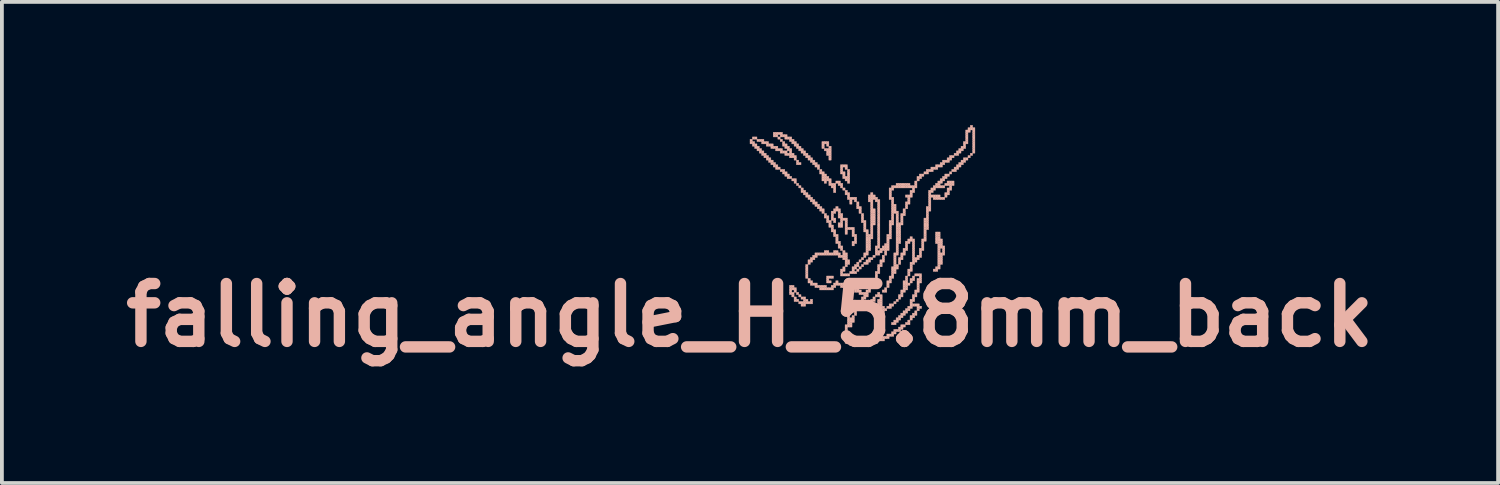
<source format=kicad_pcb>
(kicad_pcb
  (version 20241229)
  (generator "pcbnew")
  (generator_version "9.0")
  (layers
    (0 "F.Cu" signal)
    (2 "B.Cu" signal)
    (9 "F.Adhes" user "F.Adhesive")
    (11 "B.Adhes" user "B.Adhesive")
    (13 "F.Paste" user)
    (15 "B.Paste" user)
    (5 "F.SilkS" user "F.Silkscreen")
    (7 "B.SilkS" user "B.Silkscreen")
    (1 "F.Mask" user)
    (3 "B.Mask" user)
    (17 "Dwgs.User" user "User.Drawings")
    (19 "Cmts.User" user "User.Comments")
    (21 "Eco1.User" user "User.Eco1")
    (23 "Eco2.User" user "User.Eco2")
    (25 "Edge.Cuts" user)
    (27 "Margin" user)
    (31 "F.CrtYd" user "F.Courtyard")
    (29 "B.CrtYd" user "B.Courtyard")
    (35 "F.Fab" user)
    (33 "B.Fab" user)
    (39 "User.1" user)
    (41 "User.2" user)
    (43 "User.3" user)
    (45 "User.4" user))
  (footprint "falling_angle_H_5.8mm_back"
    (layer "F.Cu")
    (at 16.699 0.25)
    (property "Reference" "falling_angle_H_5.8mm_back" (at 0 5 0) (layer "B.SilkS") (effects (font (size 1.524 1.524) (thickness 0.3))))
    (attr through_hole)
    (fp_poly (pts (xy 0 0.366) (xy 0.061 0.366) (xy 0.061 0.427) (xy 0 0.427) (xy 0 0.366)) (stroke (width 0.01) (type solid)) (fill yes) (layer "B.SilkS"))
    (fp_poly (pts (xy 0 0.427) (xy 0.061 0.427) (xy 0.061 0.488) (xy 0 0.488) (xy 0 0.427)) (stroke (width 0.01) (type solid)) (fill yes) (layer "B.SilkS"))
    (fp_poly (pts (xy 0.061 0.305) (xy 0.122 0.305) (xy 0.122 0.366) (xy 0.061 0.366) (xy 0.061 0.305)) (stroke (width 0.01) (type solid)) (fill yes) (layer "B.SilkS"))
    (fp_poly (pts (xy 0.061 0.427) (xy 0.122 0.427) (xy 0.122 0.488) (xy 0.061 0.488) (xy 0.061 0.427)) (stroke (width 0.01) (type solid)) (fill yes) (layer "B.SilkS"))
    (fp_poly (pts (xy 0.061 0.488) (xy 0.122 0.488) (xy 0.122 0.549) (xy 0.061 0.549) (xy 0.061 0.488)) (stroke (width 0.01) (type solid)) (fill yes) (layer "B.SilkS"))
    (fp_poly (pts (xy 0.122 0.305) (xy 0.183 0.305) (xy 0.183 0.366) (xy 0.122 0.366) (xy 0.122 0.305)) (stroke (width 0.01) (type solid)) (fill yes) (layer "B.SilkS"))
    (fp_poly (pts (xy 0.122 0.488) (xy 0.183 0.488) (xy 0.183 0.549) (xy 0.122 0.549) (xy 0.122 0.488)) (stroke (width 0.01) (type solid)) (fill yes) (layer "B.SilkS"))
    (fp_poly (pts (xy 0.122 0.549) (xy 0.183 0.549) (xy 0.183 0.611) (xy 0.122 0.611) (xy 0.122 0.549)) (stroke (width 0.01) (type solid)) (fill yes) (layer "B.SilkS"))
    (fp_poly (pts (xy 0.183 0.366) (xy 0.244 0.366) (xy 0.244 0.427) (xy 0.183 0.427) (xy 0.183 0.366)) (stroke (width 0.01) (type solid)) (fill yes) (layer "B.SilkS"))
    (fp_poly (pts (xy 0.183 0.549) (xy 0.244 0.549) (xy 0.244 0.611) (xy 0.183 0.611) (xy 0.183 0.549)) (stroke (width 0.01) (type solid)) (fill yes) (layer "B.SilkS"))
    (fp_poly (pts (xy 0.183 0.611) (xy 0.244 0.611) (xy 0.244 0.672) (xy 0.183 0.672) (xy 0.183 0.611)) (stroke (width 0.01) (type solid)) (fill yes) (layer "B.SilkS"))
    (fp_poly (pts (xy 0.244 0.366) (xy 0.305 0.366) (xy 0.305 0.427) (xy 0.244 0.427) (xy 0.244 0.366)) (stroke (width 0.01) (type solid)) (fill yes) (layer "B.SilkS"))
    (fp_poly (pts (xy 0.244 0.611) (xy 0.305 0.611) (xy 0.305 0.672) (xy 0.244 0.672) (xy 0.244 0.611)) (stroke (width 0.01) (type solid)) (fill yes) (layer "B.SilkS"))
    (fp_poly (pts (xy 0.244 0.672) (xy 0.305 0.672) (xy 0.305 0.733) (xy 0.244 0.733) (xy 0.244 0.672)) (stroke (width 0.01) (type solid)) (fill yes) (layer "B.SilkS"))
    (fp_poly (pts (xy 0.305 0.366) (xy 0.366 0.366) (xy 0.366 0.427) (xy 0.305 0.427) (xy 0.305 0.366)) (stroke (width 0.01) (type solid)) (fill yes) (layer "B.SilkS"))
    (fp_poly (pts (xy 0.305 0.427) (xy 0.366 0.427) (xy 0.366 0.488) (xy 0.305 0.488) (xy 0.305 0.427)) (stroke (width 0.01) (type solid)) (fill yes) (layer "B.SilkS"))
    (fp_poly (pts (xy 0.305 0.672) (xy 0.366 0.672) (xy 0.366 0.733) (xy 0.305 0.733) (xy 0.305 0.672)) (stroke (width 0.01) (type solid)) (fill yes) (layer "B.SilkS"))
    (fp_poly (pts (xy 0.305 0.733) (xy 0.366 0.733) (xy 0.366 0.794) (xy 0.305 0.794) (xy 0.305 0.733)) (stroke (width 0.01) (type solid)) (fill yes) (layer "B.SilkS"))
    (fp_poly (pts (xy 0.366 0.427) (xy 0.427 0.427) (xy 0.427 0.488) (xy 0.366 0.488) (xy 0.366 0.427)) (stroke (width 0.01) (type solid)) (fill yes) (layer "B.SilkS"))
    (fp_poly (pts (xy 0.366 0.733) (xy 0.427 0.733) (xy 0.427 0.794) (xy 0.366 0.794) (xy 0.366 0.733)) (stroke (width 0.01) (type solid)) (fill yes) (layer "B.SilkS"))
    (fp_poly (pts (xy 0.366 0.794) (xy 0.427 0.794) (xy 0.427 0.855) (xy 0.366 0.855) (xy 0.366 0.794)) (stroke (width 0.01) (type solid)) (fill yes) (layer "B.SilkS"))
    (fp_poly (pts (xy 0.427 0.427) (xy 0.488 0.427) (xy 0.488 0.488) (xy 0.427 0.488) (xy 0.427 0.427)) (stroke (width 0.01) (type solid)) (fill yes) (layer "B.SilkS"))
    (fp_poly (pts (xy 0.427 0.488) (xy 0.488 0.488) (xy 0.488 0.549) (xy 0.427 0.549) (xy 0.427 0.488)) (stroke (width 0.01) (type solid)) (fill yes) (layer "B.SilkS"))
    (fp_poly (pts (xy 0.427 0.794) (xy 0.488 0.794) (xy 0.488 0.855) (xy 0.427 0.855) (xy 0.427 0.794)) (stroke (width 0.01) (type solid)) (fill yes) (layer "B.SilkS"))
    (fp_poly (pts (xy 0.427 0.855) (xy 0.488 0.855) (xy 0.488 0.916) (xy 0.427 0.916) (xy 0.427 0.855)) (stroke (width 0.01) (type solid)) (fill yes) (layer "B.SilkS"))
    (fp_poly (pts (xy 0.488 0.488) (xy 0.549 0.488) (xy 0.549 0.549) (xy 0.488 0.549) (xy 0.488 0.488)) (stroke (width 0.01) (type solid)) (fill yes) (layer "B.SilkS"))
    (fp_poly (pts (xy 0.488 0.855) (xy 0.549 0.855) (xy 0.549 0.916) (xy 0.488 0.916) (xy 0.488 0.855)) (stroke (width 0.01) (type solid)) (fill yes) (layer "B.SilkS"))
    (fp_poly (pts (xy 0.488 0.916) (xy 0.549 0.916) (xy 0.549 0.977) (xy 0.488 0.977) (xy 0.488 0.916)) (stroke (width 0.01) (type solid)) (fill yes) (layer "B.SilkS"))
    (fp_poly (pts (xy 0.549 0.488) (xy 0.611 0.488) (xy 0.611 0.549) (xy 0.549 0.549) (xy 0.549 0.488)) (stroke (width 0.01) (type solid)) (fill yes) (layer "B.SilkS"))
    (fp_poly (pts (xy 0.549 0.549) (xy 0.611 0.549) (xy 0.611 0.611) (xy 0.549 0.611) (xy 0.549 0.549)) (stroke (width 0.01) (type solid)) (fill yes) (layer "B.SilkS"))
    (fp_poly (pts (xy 0.549 0.916) (xy 0.611 0.916) (xy 0.611 0.977) (xy 0.549 0.977) (xy 0.549 0.916)) (stroke (width 0.01) (type solid)) (fill yes) (layer "B.SilkS"))
    (fp_poly (pts (xy 0.549 0.977) (xy 0.611 0.977) (xy 0.611 1.038) (xy 0.549 1.038) (xy 0.549 0.977)) (stroke (width 0.01) (type solid)) (fill yes) (layer "B.SilkS"))
    (fp_poly (pts (xy 0.611 0.183) (xy 0.672 0.183) (xy 0.672 0.244) (xy 0.611 0.244) (xy 0.611 0.183)) (stroke (width 0.01) (type solid)) (fill yes) (layer "B.SilkS"))
    (fp_poly (pts (xy 0.611 0.244) (xy 0.672 0.244) (xy 0.672 0.305) (xy 0.611 0.305) (xy 0.611 0.244)) (stroke (width 0.01) (type solid)) (fill yes) (layer "B.SilkS"))
    (fp_poly (pts (xy 0.611 0.549) (xy 0.672 0.549) (xy 0.672 0.611) (xy 0.611 0.611) (xy 0.611 0.549)) (stroke (width 0.01) (type solid)) (fill yes) (layer "B.SilkS"))
    (fp_poly (pts (xy 0.611 0.977) (xy 0.672 0.977) (xy 0.672 1.038) (xy 0.611 1.038) (xy 0.611 0.977)) (stroke (width 0.01) (type solid)) (fill yes) (layer "B.SilkS"))
    (fp_poly (pts (xy 0.611 1.038) (xy 0.672 1.038) (xy 0.672 1.099) (xy 0.611 1.099) (xy 0.611 1.038)) (stroke (width 0.01) (type solid)) (fill yes) (layer "B.SilkS"))
    (fp_poly (pts (xy 0.672 0.183) (xy 0.733 0.183) (xy 0.733 0.244) (xy 0.672 0.244) (xy 0.672 0.183)) (stroke (width 0.01) (type solid)) (fill yes) (layer "B.SilkS"))
    (fp_poly (pts (xy 0.672 0.244) (xy 0.733 0.244) (xy 0.733 0.305) (xy 0.672 0.305) (xy 0.672 0.244)) (stroke (width 0.01) (type solid)) (fill yes) (layer "B.SilkS"))
    (fp_poly (pts (xy 0.672 0.549) (xy 0.733 0.549) (xy 0.733 0.611) (xy 0.672 0.611) (xy 0.672 0.549)) (stroke (width 0.01) (type solid)) (fill yes) (layer "B.SilkS"))
    (fp_poly (pts (xy 0.672 0.611) (xy 0.733 0.611) (xy 0.733 0.672) (xy 0.672 0.672) (xy 0.672 0.611)) (stroke (width 0.01) (type solid)) (fill yes) (layer "B.SilkS"))
    (fp_poly (pts (xy 0.672 1.038) (xy 0.733 1.038) (xy 0.733 1.099) (xy 0.672 1.099) (xy 0.672 1.038)) (stroke (width 0.01) (type solid)) (fill yes) (layer "B.SilkS"))
    (fp_poly (pts (xy 0.672 1.099) (xy 0.733 1.099) (xy 0.733 1.16) (xy 0.672 1.16) (xy 0.672 1.099)) (stroke (width 0.01) (type solid)) (fill yes) (layer "B.SilkS"))
    (fp_poly (pts (xy 0.733 0.183) (xy 0.794 0.183) (xy 0.794 0.244) (xy 0.733 0.244) (xy 0.733 0.183)) (stroke (width 0.01) (type solid)) (fill yes) (layer "B.SilkS"))
    (fp_poly (pts (xy 0.733 0.305) (xy 0.794 0.305) (xy 0.794 0.366) (xy 0.733 0.366) (xy 0.733 0.305)) (stroke (width 0.01) (type solid)) (fill yes) (layer "B.SilkS"))
    (fp_poly (pts (xy 0.733 0.611) (xy 0.794 0.611) (xy 0.794 0.672) (xy 0.733 0.672) (xy 0.733 0.611)) (stroke (width 0.01) (type solid)) (fill yes) (layer "B.SilkS"))
    (fp_poly (pts (xy 0.733 1.099) (xy 0.794 1.099) (xy 0.794 1.16) (xy 0.733 1.16) (xy 0.733 1.099)) (stroke (width 0.01) (type solid)) (fill yes) (layer "B.SilkS"))
    (fp_poly (pts (xy 0.794 0.183) (xy 0.855 0.183) (xy 0.855 0.244) (xy 0.794 0.244) (xy 0.794 0.183)) (stroke (width 0.01) (type solid)) (fill yes) (layer "B.SilkS"))
    (fp_poly (pts (xy 0.794 0.244) (xy 0.855 0.244) (xy 0.855 0.305) (xy 0.794 0.305) (xy 0.794 0.244)) (stroke (width 0.01) (type solid)) (fill yes) (layer "B.SilkS"))
    (fp_poly (pts (xy 0.794 0.366) (xy 0.855 0.366) (xy 0.855 0.427) (xy 0.794 0.427) (xy 0.794 0.366)) (stroke (width 0.01) (type solid)) (fill yes) (layer "B.SilkS"))
    (fp_poly (pts (xy 0.794 0.611) (xy 0.855 0.611) (xy 0.855 0.672) (xy 0.794 0.672) (xy 0.794 0.611)) (stroke (width 0.01) (type solid)) (fill yes) (layer "B.SilkS"))
    (fp_poly (pts (xy 0.794 0.672) (xy 0.855 0.672) (xy 0.855 0.733) (xy 0.794 0.733) (xy 0.794 0.672)) (stroke (width 0.01) (type solid)) (fill yes) (layer "B.SilkS"))
    (fp_poly (pts (xy 0.794 1.16) (xy 0.855 1.16) (xy 0.855 1.221) (xy 0.794 1.221) (xy 0.794 1.16)) (stroke (width 0.01) (type solid)) (fill yes) (layer "B.SilkS"))
    (fp_poly (pts (xy 0.855 0.244) (xy 0.916 0.244) (xy 0.916 0.305) (xy 0.855 0.305) (xy 0.855 0.244)) (stroke (width 0.01) (type solid)) (fill yes) (layer "B.SilkS"))
    (fp_poly (pts (xy 0.855 0.427) (xy 0.916 0.427) (xy 0.916 0.488) (xy 0.855 0.488) (xy 0.855 0.427)) (stroke (width 0.01) (type solid)) (fill yes) (layer "B.SilkS"))
    (fp_poly (pts (xy 0.855 0.488) (xy 0.916 0.488) (xy 0.916 0.549) (xy 0.855 0.549) (xy 0.855 0.488)) (stroke (width 0.01) (type solid)) (fill yes) (layer "B.SilkS"))
    (fp_poly (pts (xy 0.855 0.672) (xy 0.916 0.672) (xy 0.916 0.733) (xy 0.855 0.733) (xy 0.855 0.672)) (stroke (width 0.01) (type solid)) (fill yes) (layer "B.SilkS"))
    (fp_poly (pts (xy 0.855 1.16) (xy 0.916 1.16) (xy 0.916 1.221) (xy 0.855 1.221) (xy 0.855 1.16)) (stroke (width 0.01) (type solid)) (fill yes) (layer "B.SilkS"))
    (fp_poly (pts (xy 0.855 1.221) (xy 0.916 1.221) (xy 0.916 1.282) (xy 0.855 1.282) (xy 0.855 1.221)) (stroke (width 0.01) (type solid)) (fill yes) (layer "B.SilkS"))
    (fp_poly (pts (xy 0.916 0.244) (xy 0.977 0.244) (xy 0.977 0.305) (xy 0.916 0.305) (xy 0.916 0.244)) (stroke (width 0.01) (type solid)) (fill yes) (layer "B.SilkS"))
    (fp_poly (pts (xy 0.916 0.305) (xy 0.977 0.305) (xy 0.977 0.366) (xy 0.916 0.366) (xy 0.916 0.305)) (stroke (width 0.01) (type solid)) (fill yes) (layer "B.SilkS"))
    (fp_poly (pts (xy 0.916 0.488) (xy 0.977 0.488) (xy 0.977 0.549) (xy 0.916 0.549) (xy 0.916 0.488)) (stroke (width 0.01) (type solid)) (fill yes) (layer "B.SilkS"))
    (fp_poly (pts (xy 0.916 0.549) (xy 0.977 0.549) (xy 0.977 0.611) (xy 0.916 0.611) (xy 0.916 0.549)) (stroke (width 0.01) (type solid)) (fill yes) (layer "B.SilkS"))
    (fp_poly (pts (xy 0.916 0.672) (xy 0.977 0.672) (xy 0.977 0.733) (xy 0.916 0.733) (xy 0.916 0.672)) (stroke (width 0.01) (type solid)) (fill yes) (layer "B.SilkS"))
    (fp_poly (pts (xy 0.916 0.733) (xy 0.977 0.733) (xy 0.977 0.794) (xy 0.916 0.794) (xy 0.916 0.733)) (stroke (width 0.01) (type solid)) (fill yes) (layer "B.SilkS"))
    (fp_poly (pts (xy 0.916 1.221) (xy 0.977 1.221) (xy 0.977 1.282) (xy 0.916 1.282) (xy 0.916 1.221)) (stroke (width 0.01) (type solid)) (fill yes) (layer "B.SilkS"))
    (fp_poly (pts (xy 0.916 1.282) (xy 0.977 1.282) (xy 0.977 1.343) (xy 0.916 1.343) (xy 0.916 1.282)) (stroke (width 0.01) (type solid)) (fill yes) (layer "B.SilkS"))
    (fp_poly (pts (xy 0.977 0.305) (xy 1.038 0.305) (xy 1.038 0.366) (xy 0.977 0.366) (xy 0.977 0.305)) (stroke (width 0.01) (type solid)) (fill yes) (layer "B.SilkS"))
    (fp_poly (pts (xy 0.977 0.549) (xy 1.038 0.549) (xy 1.038 0.611) (xy 0.977 0.611) (xy 0.977 0.549)) (stroke (width 0.01) (type solid)) (fill yes) (layer "B.SilkS"))
    (fp_poly (pts (xy 0.977 0.611) (xy 1.038 0.611) (xy 1.038 0.672) (xy 0.977 0.672) (xy 0.977 0.611)) (stroke (width 0.01) (type solid)) (fill yes) (layer "B.SilkS"))
    (fp_poly (pts (xy 0.977 0.733) (xy 1.038 0.733) (xy 1.038 0.794) (xy 0.977 0.794) (xy 0.977 0.733)) (stroke (width 0.01) (type solid)) (fill yes) (layer "B.SilkS"))
    (fp_poly (pts (xy 0.977 1.282) (xy 1.038 1.282) (xy 1.038 1.343) (xy 0.977 1.343) (xy 0.977 1.282)) (stroke (width 0.01) (type solid)) (fill yes) (layer "B.SilkS"))
    (fp_poly (pts (xy 0.977 1.343) (xy 1.038 1.343) (xy 1.038 1.404) (xy 0.977 1.404) (xy 0.977 1.343)) (stroke (width 0.01) (type solid)) (fill yes) (layer "B.SilkS"))
    (fp_poly (pts (xy 1.038 0.305) (xy 1.099 0.305) (xy 1.099 0.366) (xy 1.038 0.366) (xy 1.038 0.305)) (stroke (width 0.01) (type solid)) (fill yes) (layer "B.SilkS"))
    (fp_poly (pts (xy 1.038 0.366) (xy 1.099 0.366) (xy 1.099 0.427) (xy 1.038 0.427) (xy 1.038 0.366)) (stroke (width 0.01) (type solid)) (fill yes) (layer "B.SilkS"))
    (fp_poly (pts (xy 1.038 0.611) (xy 1.099 0.611) (xy 1.099 0.672) (xy 1.038 0.672) (xy 1.038 0.611)) (stroke (width 0.01) (type solid)) (fill yes) (layer "B.SilkS"))
    (fp_poly (pts (xy 1.038 0.672) (xy 1.099 0.672) (xy 1.099 0.733) (xy 1.038 0.733) (xy 1.038 0.672)) (stroke (width 0.01) (type solid)) (fill yes) (layer "B.SilkS"))
    (fp_poly (pts (xy 1.038 0.733) (xy 1.099 0.733) (xy 1.099 0.794) (xy 1.038 0.794) (xy 1.038 0.733)) (stroke (width 0.01) (type solid)) (fill yes) (layer "B.SilkS"))
    (fp_poly (pts (xy 1.038 0.794) (xy 1.099 0.794) (xy 1.099 0.855) (xy 1.038 0.855) (xy 1.038 0.794)) (stroke (width 0.01) (type solid)) (fill yes) (layer "B.SilkS"))
    (fp_poly (pts (xy 1.038 1.343) (xy 1.099 1.343) (xy 1.099 1.404) (xy 1.038 1.404) (xy 1.038 1.343)) (stroke (width 0.01) (type solid)) (fill yes) (layer "B.SilkS"))
    (fp_poly (pts (xy 1.038 4.213) (xy 1.099 4.213) (xy 1.099 4.274) (xy 1.038 4.274) (xy 1.038 4.213)) (stroke (width 0.01) (type solid)) (fill yes) (layer "B.SilkS"))
    (fp_poly (pts (xy 1.038 4.274) (xy 1.099 4.274) (xy 1.099 4.335) (xy 1.038 4.335) (xy 1.038 4.274)) (stroke (width 0.01) (type solid)) (fill yes) (layer "B.SilkS"))
    (fp_poly (pts (xy 1.038 4.335) (xy 1.099 4.335) (xy 1.099 4.396) (xy 1.038 4.396) (xy 1.038 4.335)) (stroke (width 0.01) (type solid)) (fill yes) (layer "B.SilkS"))
    (fp_poly (pts (xy 1.038 4.396) (xy 1.099 4.396) (xy 1.099 4.457) (xy 1.038 4.457) (xy 1.038 4.396)) (stroke (width 0.01) (type solid)) (fill yes) (layer "B.SilkS"))
    (fp_poly (pts (xy 1.099 0.366) (xy 1.16 0.366) (xy 1.16 0.427) (xy 1.099 0.427) (xy 1.099 0.366)) (stroke (width 0.01) (type solid)) (fill yes) (layer "B.SilkS"))
    (fp_poly (pts (xy 1.099 0.427) (xy 1.16 0.427) (xy 1.16 0.488) (xy 1.099 0.488) (xy 1.099 0.427)) (stroke (width 0.01) (type solid)) (fill yes) (layer "B.SilkS"))
    (fp_poly (pts (xy 1.099 0.733) (xy 1.16 0.733) (xy 1.16 0.794) (xy 1.099 0.794) (xy 1.099 0.733)) (stroke (width 0.01) (type solid)) (fill yes) (layer "B.SilkS"))
    (fp_poly (pts (xy 1.099 0.794) (xy 1.16 0.794) (xy 1.16 0.855) (xy 1.099 0.855) (xy 1.099 0.794)) (stroke (width 0.01) (type solid)) (fill yes) (layer "B.SilkS"))
    (fp_poly (pts (xy 1.099 1.404) (xy 1.16 1.404) (xy 1.16 1.465) (xy 1.099 1.465) (xy 1.099 1.404)) (stroke (width 0.01) (type solid)) (fill yes) (layer "B.SilkS"))
    (fp_poly (pts (xy 1.099 4.213) (xy 1.16 4.213) (xy 1.16 4.274) (xy 1.099 4.274) (xy 1.099 4.213)) (stroke (width 0.01) (type solid)) (fill yes) (layer "B.SilkS"))
    (fp_poly (pts (xy 1.099 4.274) (xy 1.16 4.274) (xy 1.16 4.335) (xy 1.099 4.335) (xy 1.099 4.274)) (stroke (width 0.01) (type solid)) (fill yes) (layer "B.SilkS"))
    (fp_poly (pts (xy 1.099 4.396) (xy 1.16 4.396) (xy 1.16 4.457) (xy 1.099 4.457) (xy 1.099 4.396)) (stroke (width 0.01) (type solid)) (fill yes) (layer "B.SilkS"))
    (fp_poly (pts (xy 1.099 4.457) (xy 1.16 4.457) (xy 1.16 4.518) (xy 1.099 4.518) (xy 1.099 4.457)) (stroke (width 0.01) (type solid)) (fill yes) (layer "B.SilkS"))
    (fp_poly (pts (xy 1.16 0.427) (xy 1.221 0.427) (xy 1.221 0.488) (xy 1.16 0.488) (xy 1.16 0.427)) (stroke (width 0.01) (type solid)) (fill yes) (layer "B.SilkS"))
    (fp_poly (pts (xy 1.16 0.488) (xy 1.221 0.488) (xy 1.221 0.549) (xy 1.16 0.549) (xy 1.16 0.488)) (stroke (width 0.01) (type solid)) (fill yes) (layer "B.SilkS"))
    (fp_poly (pts (xy 1.16 0.794) (xy 1.221 0.794) (xy 1.221 0.855) (xy 1.16 0.855) (xy 1.16 0.794)) (stroke (width 0.01) (type solid)) (fill yes) (layer "B.SilkS"))
    (fp_poly (pts (xy 1.16 0.855) (xy 1.221 0.855) (xy 1.221 0.916) (xy 1.16 0.916) (xy 1.16 0.855)) (stroke (width 0.01) (type solid)) (fill yes) (layer "B.SilkS"))
    (fp_poly (pts (xy 1.16 1.404) (xy 1.221 1.404) (xy 1.221 1.465) (xy 1.16 1.465) (xy 1.16 1.404)) (stroke (width 0.01) (type solid)) (fill yes) (layer "B.SilkS"))
    (fp_poly (pts (xy 1.16 1.465) (xy 1.221 1.465) (xy 1.221 1.526) (xy 1.16 1.526) (xy 1.16 1.465)) (stroke (width 0.01) (type solid)) (fill yes) (layer "B.SilkS"))
    (fp_poly (pts (xy 1.16 4.274) (xy 1.221 4.274) (xy 1.221 4.335) (xy 1.16 4.335) (xy 1.16 4.274)) (stroke (width 0.01) (type solid)) (fill yes) (layer "B.SilkS"))
    (fp_poly (pts (xy 1.16 4.335) (xy 1.221 4.335) (xy 1.221 4.396) (xy 1.16 4.396) (xy 1.16 4.335)) (stroke (width 0.01) (type solid)) (fill yes) (layer "B.SilkS"))
    (fp_poly (pts (xy 1.16 4.518) (xy 1.221 4.518) (xy 1.221 4.579) (xy 1.16 4.579) (xy 1.16 4.518)) (stroke (width 0.01) (type solid)) (fill yes) (layer "B.SilkS"))
    (fp_poly (pts (xy 1.16 4.579) (xy 1.221 4.579) (xy 1.221 4.64) (xy 1.16 4.64) (xy 1.16 4.579)) (stroke (width 0.01) (type solid)) (fill yes) (layer "B.SilkS"))
    (fp_poly (pts (xy 1.221 0.488) (xy 1.282 0.488) (xy 1.282 0.549) (xy 1.221 0.549) (xy 1.221 0.488)) (stroke (width 0.01) (type solid)) (fill yes) (layer "B.SilkS"))
    (fp_poly (pts (xy 1.221 0.549) (xy 1.282 0.549) (xy 1.282 0.611) (xy 1.221 0.611) (xy 1.221 0.549)) (stroke (width 0.01) (type solid)) (fill yes) (layer "B.SilkS"))
    (fp_poly (pts (xy 1.221 0.916) (xy 1.282 0.916) (xy 1.282 0.977) (xy 1.221 0.977) (xy 1.221 0.916)) (stroke (width 0.01) (type solid)) (fill yes) (layer "B.SilkS"))
    (fp_poly (pts (xy 1.221 0.977) (xy 1.282 0.977) (xy 1.282 1.038) (xy 1.221 1.038) (xy 1.221 0.977)) (stroke (width 0.01) (type solid)) (fill yes) (layer "B.SilkS"))
    (fp_poly (pts (xy 1.221 1.526) (xy 1.282 1.526) (xy 1.282 1.587) (xy 1.221 1.587) (xy 1.221 1.526)) (stroke (width 0.01) (type solid)) (fill yes) (layer "B.SilkS"))
    (fp_poly (pts (xy 1.221 4.396) (xy 1.282 4.396) (xy 1.282 4.457) (xy 1.221 4.457) (xy 1.221 4.396)) (stroke (width 0.01) (type solid)) (fill yes) (layer "B.SilkS"))
    (fp_poly (pts (xy 1.221 4.579) (xy 1.282 4.579) (xy 1.282 4.64) (xy 1.221 4.64) (xy 1.221 4.579)) (stroke (width 0.01) (type solid)) (fill yes) (layer "B.SilkS"))
    (fp_poly (pts (xy 1.282 0.549) (xy 1.343 0.549) (xy 1.343 0.611) (xy 1.282 0.611) (xy 1.282 0.549)) (stroke (width 0.01) (type solid)) (fill yes) (layer "B.SilkS"))
    (fp_poly (pts (xy 1.282 0.611) (xy 1.343 0.611) (xy 1.343 0.672) (xy 1.282 0.672) (xy 1.282 0.611)) (stroke (width 0.01) (type solid)) (fill yes) (layer "B.SilkS"))
    (fp_poly (pts (xy 1.282 0.977) (xy 1.343 0.977) (xy 1.343 1.038) (xy 1.282 1.038) (xy 1.282 0.977)) (stroke (width 0.01) (type solid)) (fill yes) (layer "B.SilkS"))
    (fp_poly (pts (xy 1.282 1.587) (xy 1.343 1.587) (xy 1.343 1.648) (xy 1.282 1.648) (xy 1.282 1.587)) (stroke (width 0.01) (type solid)) (fill yes) (layer "B.SilkS"))
    (fp_poly (pts (xy 1.282 4.457) (xy 1.343 4.457) (xy 1.343 4.518) (xy 1.282 4.518) (xy 1.282 4.457)) (stroke (width 0.01) (type solid)) (fill yes) (layer "B.SilkS"))
    (fp_poly (pts (xy 1.282 4.64) (xy 1.343 4.64) (xy 1.343 4.701) (xy 1.282 4.701) (xy 1.282 4.64)) (stroke (width 0.01) (type solid)) (fill yes) (layer "B.SilkS"))
    (fp_poly (pts (xy 1.343 0.611) (xy 1.404 0.611) (xy 1.404 0.672) (xy 1.343 0.672) (xy 1.343 0.611)) (stroke (width 0.01) (type solid)) (fill yes) (layer "B.SilkS"))
    (fp_poly (pts (xy 1.343 0.672) (xy 1.404 0.672) (xy 1.404 0.733) (xy 1.343 0.733) (xy 1.343 0.672)) (stroke (width 0.01) (type solid)) (fill yes) (layer "B.SilkS"))
    (fp_poly (pts (xy 1.343 1.648) (xy 1.404 1.648) (xy 1.404 1.709) (xy 1.343 1.709) (xy 1.343 1.648)) (stroke (width 0.01) (type solid)) (fill yes) (layer "B.SilkS"))
    (fp_poly (pts (xy 1.343 1.709) (xy 1.404 1.709) (xy 1.404 1.771) (xy 1.343 1.771) (xy 1.343 1.709)) (stroke (width 0.01) (type solid)) (fill yes) (layer "B.SilkS"))
    (fp_poly (pts (xy 1.343 4.518) (xy 1.404 4.518) (xy 1.404 4.579) (xy 1.343 4.579) (xy 1.343 4.518)) (stroke (width 0.01) (type solid)) (fill yes) (layer "B.SilkS"))
    (fp_poly (pts (xy 1.343 4.64) (xy 1.404 4.64) (xy 1.404 4.701) (xy 1.343 4.701) (xy 1.343 4.64)) (stroke (width 0.01) (type solid)) (fill yes) (layer "B.SilkS"))
    (fp_poly (pts (xy 1.343 4.701) (xy 1.404 4.701) (xy 1.404 4.762) (xy 1.343 4.762) (xy 1.343 4.701)) (stroke (width 0.01) (type solid)) (fill yes) (layer "B.SilkS"))
    (fp_poly (pts (xy 1.404 0.672) (xy 1.465 0.672) (xy 1.465 0.733) (xy 1.404 0.733) (xy 1.404 0.672)) (stroke (width 0.01) (type solid)) (fill yes) (layer "B.SilkS"))
    (fp_poly (pts (xy 1.404 0.733) (xy 1.465 0.733) (xy 1.465 0.794) (xy 1.404 0.794) (xy 1.404 0.733)) (stroke (width 0.01) (type solid)) (fill yes) (layer "B.SilkS"))
    (fp_poly (pts (xy 1.404 1.709) (xy 1.465 1.709) (xy 1.465 1.771) (xy 1.404 1.771) (xy 1.404 1.709)) (stroke (width 0.01) (type solid)) (fill yes) (layer "B.SilkS"))
    (fp_poly (pts (xy 1.404 1.771) (xy 1.465 1.771) (xy 1.465 1.832) (xy 1.404 1.832) (xy 1.404 1.771)) (stroke (width 0.01) (type solid)) (fill yes) (layer "B.SilkS"))
    (fp_poly (pts (xy 1.404 4.518) (xy 1.465 4.518) (xy 1.465 4.579) (xy 1.404 4.579) (xy 1.404 4.518)) (stroke (width 0.01) (type solid)) (fill yes) (layer "B.SilkS"))
    (fp_poly (pts (xy 1.404 4.579) (xy 1.465 4.579) (xy 1.465 4.64) (xy 1.404 4.64) (xy 1.404 4.579)) (stroke (width 0.01) (type solid)) (fill yes) (layer "B.SilkS"))
    (fp_poly (pts (xy 1.404 4.64) (xy 1.465 4.64) (xy 1.465 4.701) (xy 1.404 4.701) (xy 1.404 4.64)) (stroke (width 0.01) (type solid)) (fill yes) (layer "B.SilkS"))
    (fp_poly (pts (xy 1.404 4.701) (xy 1.465 4.701) (xy 1.465 4.762) (xy 1.404 4.762) (xy 1.404 4.701)) (stroke (width 0.01) (type solid)) (fill yes) (layer "B.SilkS"))
    (fp_poly (pts (xy 1.465 0.733) (xy 1.526 0.733) (xy 1.526 0.794) (xy 1.465 0.794) (xy 1.465 0.733)) (stroke (width 0.01) (type solid)) (fill yes) (layer "B.SilkS"))
    (fp_poly (pts (xy 1.465 0.794) (xy 1.526 0.794) (xy 1.526 0.855) (xy 1.465 0.855) (xy 1.465 0.794)) (stroke (width 0.01) (type solid)) (fill yes) (layer "B.SilkS"))
    (fp_poly (pts (xy 1.465 1.771) (xy 1.526 1.771) (xy 1.526 1.832) (xy 1.465 1.832) (xy 1.465 1.771)) (stroke (width 0.01) (type solid)) (fill yes) (layer "B.SilkS"))
    (fp_poly (pts (xy 1.465 1.832) (xy 1.526 1.832) (xy 1.526 1.893) (xy 1.465 1.893) (xy 1.465 1.832)) (stroke (width 0.01) (type solid)) (fill yes) (layer "B.SilkS"))
    (fp_poly (pts (xy 1.465 3.663) (xy 1.526 3.663) (xy 1.526 3.724) (xy 1.465 3.724) (xy 1.465 3.663)) (stroke (width 0.01) (type solid)) (fill yes) (layer "B.SilkS"))
    (fp_poly (pts (xy 1.465 3.724) (xy 1.526 3.724) (xy 1.526 3.785) (xy 1.465 3.785) (xy 1.465 3.724)) (stroke (width 0.01) (type solid)) (fill yes) (layer "B.SilkS"))
    (fp_poly (pts (xy 1.465 3.785) (xy 1.526 3.785) (xy 1.526 3.846) (xy 1.465 3.846) (xy 1.465 3.785)) (stroke (width 0.01) (type solid)) (fill yes) (layer "B.SilkS"))
    (fp_poly (pts (xy 1.465 3.846) (xy 1.526 3.846) (xy 1.526 3.907) (xy 1.465 3.907) (xy 1.465 3.846)) (stroke (width 0.01) (type solid)) (fill yes) (layer "B.SilkS"))
    (fp_poly (pts (xy 1.465 3.907) (xy 1.526 3.907) (xy 1.526 3.968) (xy 1.465 3.968) (xy 1.465 3.907)) (stroke (width 0.01) (type solid)) (fill yes) (layer "B.SilkS"))
    (fp_poly (pts (xy 1.465 3.968) (xy 1.526 3.968) (xy 1.526 4.029) (xy 1.465 4.029) (xy 1.465 3.968)) (stroke (width 0.01) (type solid)) (fill yes) (layer "B.SilkS"))
    (fp_poly (pts (xy 1.465 4.579) (xy 1.526 4.579) (xy 1.526 4.64) (xy 1.465 4.64) (xy 1.465 4.579)) (stroke (width 0.01) (type solid)) (fill yes) (layer "B.SilkS"))
    (fp_poly (pts (xy 1.465 4.64) (xy 1.526 4.64) (xy 1.526 4.701) (xy 1.465 4.701) (xy 1.465 4.64)) (stroke (width 0.01) (type solid)) (fill yes) (layer "B.SilkS"))
    (fp_poly (pts (xy 1.526 0.794) (xy 1.587 0.794) (xy 1.587 0.855) (xy 1.526 0.855) (xy 1.526 0.794)) (stroke (width 0.01) (type solid)) (fill yes) (layer "B.SilkS"))
    (fp_poly (pts (xy 1.526 0.855) (xy 1.587 0.855) (xy 1.587 0.916) (xy 1.526 0.916) (xy 1.526 0.855)) (stroke (width 0.01) (type solid)) (fill yes) (layer "B.SilkS"))
    (fp_poly (pts (xy 1.526 1.832) (xy 1.587 1.832) (xy 1.587 1.893) (xy 1.526 1.893) (xy 1.526 1.832)) (stroke (width 0.01) (type solid)) (fill yes) (layer "B.SilkS"))
    (fp_poly (pts (xy 1.526 1.893) (xy 1.587 1.893) (xy 1.587 1.954) (xy 1.526 1.954) (xy 1.526 1.893)) (stroke (width 0.01) (type solid)) (fill yes) (layer "B.SilkS"))
    (fp_poly (pts (xy 1.526 3.541) (xy 1.587 3.541) (xy 1.587 3.602) (xy 1.526 3.602) (xy 1.526 3.541)) (stroke (width 0.01) (type solid)) (fill yes) (layer "B.SilkS"))
    (fp_poly (pts (xy 1.526 3.602) (xy 1.587 3.602) (xy 1.587 3.663) (xy 1.526 3.663) (xy 1.526 3.602)) (stroke (width 0.01) (type solid)) (fill yes) (layer "B.SilkS"))
    (fp_poly (pts (xy 1.526 4.029) (xy 1.587 4.029) (xy 1.587 4.091) (xy 1.526 4.091) (xy 1.526 4.029)) (stroke (width 0.01) (type solid)) (fill yes) (layer "B.SilkS"))
    (fp_poly (pts (xy 1.526 4.091) (xy 1.587 4.091) (xy 1.587 4.152) (xy 1.526 4.152) (xy 1.526 4.091)) (stroke (width 0.01) (type solid)) (fill yes) (layer "B.SilkS"))
    (fp_poly (pts (xy 1.526 4.64) (xy 1.587 4.64) (xy 1.587 4.701) (xy 1.526 4.701) (xy 1.526 4.64)) (stroke (width 0.01) (type solid)) (fill yes) (layer "B.SilkS"))
    (fp_poly (pts (xy 1.587 0.855) (xy 1.648 0.855) (xy 1.648 0.916) (xy 1.587 0.916) (xy 1.587 0.855)) (stroke (width 0.01) (type solid)) (fill yes) (layer "B.SilkS"))
    (fp_poly (pts (xy 1.587 0.916) (xy 1.648 0.916) (xy 1.648 0.977) (xy 1.587 0.977) (xy 1.587 0.916)) (stroke (width 0.01) (type solid)) (fill yes) (layer "B.SilkS"))
    (fp_poly (pts (xy 1.587 1.893) (xy 1.648 1.893) (xy 1.648 1.954) (xy 1.587 1.954) (xy 1.587 1.893)) (stroke (width 0.01) (type solid)) (fill yes) (layer "B.SilkS"))
    (fp_poly (pts (xy 1.587 1.954) (xy 1.648 1.954) (xy 1.648 2.015) (xy 1.587 2.015) (xy 1.587 1.954)) (stroke (width 0.01) (type solid)) (fill yes) (layer "B.SilkS"))
    (fp_poly (pts (xy 1.587 3.48) (xy 1.648 3.48) (xy 1.648 3.541) (xy 1.587 3.541) (xy 1.587 3.48)) (stroke (width 0.01) (type solid)) (fill yes) (layer "B.SilkS"))
    (fp_poly (pts (xy 1.587 3.541) (xy 1.648 3.541) (xy 1.648 3.602) (xy 1.587 3.602) (xy 1.587 3.541)) (stroke (width 0.01) (type solid)) (fill yes) (layer "B.SilkS"))
    (fp_poly (pts (xy 1.587 4.091) (xy 1.648 4.091) (xy 1.648 4.152) (xy 1.587 4.152) (xy 1.587 4.091)) (stroke (width 0.01) (type solid)) (fill yes) (layer "B.SilkS"))
    (fp_poly (pts (xy 1.587 4.152) (xy 1.648 4.152) (xy 1.648 4.213) (xy 1.587 4.213) (xy 1.587 4.152)) (stroke (width 0.01) (type solid)) (fill yes) (layer "B.SilkS"))
    (fp_poly (pts (xy 1.587 4.579) (xy 1.648 4.579) (xy 1.648 4.64) (xy 1.587 4.64) (xy 1.587 4.579)) (stroke (width 0.01) (type solid)) (fill yes) (layer "B.SilkS"))
    (fp_poly (pts (xy 1.587 4.64) (xy 1.648 4.64) (xy 1.648 4.701) (xy 1.587 4.701) (xy 1.587 4.64)) (stroke (width 0.01) (type solid)) (fill yes) (layer "B.SilkS"))
    (fp_poly (pts (xy 1.648 0.916) (xy 1.709 0.916) (xy 1.709 0.977) (xy 1.648 0.977) (xy 1.648 0.916)) (stroke (width 0.01) (type solid)) (fill yes) (layer "B.SilkS"))
    (fp_poly (pts (xy 1.648 0.977) (xy 1.709 0.977) (xy 1.709 1.038) (xy 1.648 1.038) (xy 1.648 0.977)) (stroke (width 0.01) (type solid)) (fill yes) (layer "B.SilkS"))
    (fp_poly (pts (xy 1.648 1.954) (xy 1.709 1.954) (xy 1.709 2.015) (xy 1.648 2.015) (xy 1.648 1.954)) (stroke (width 0.01) (type solid)) (fill yes) (layer "B.SilkS"))
    (fp_poly (pts (xy 1.648 2.015) (xy 1.709 2.015) (xy 1.709 2.076) (xy 1.648 2.076) (xy 1.648 2.015)) (stroke (width 0.01) (type solid)) (fill yes) (layer "B.SilkS"))
    (fp_poly (pts (xy 1.648 3.419) (xy 1.709 3.419) (xy 1.709 3.48) (xy 1.648 3.48) (xy 1.648 3.419)) (stroke (width 0.01) (type solid)) (fill yes) (layer "B.SilkS"))
    (fp_poly (pts (xy 1.648 3.48) (xy 1.709 3.48) (xy 1.709 3.541) (xy 1.648 3.541) (xy 1.648 3.48)) (stroke (width 0.01) (type solid)) (fill yes) (layer "B.SilkS"))
    (fp_poly (pts (xy 1.648 4.152) (xy 1.709 4.152) (xy 1.709 4.213) (xy 1.648 4.213) (xy 1.648 4.152)) (stroke (width 0.01) (type solid)) (fill yes) (layer "B.SilkS"))
    (fp_poly (pts (xy 1.709 0.977) (xy 1.771 0.977) (xy 1.771 1.038) (xy 1.709 1.038) (xy 1.709 0.977)) (stroke (width 0.01) (type solid)) (fill yes) (layer "B.SilkS"))
    (fp_poly (pts (xy 1.709 1.038) (xy 1.771 1.038) (xy 1.771 1.099) (xy 1.709 1.099) (xy 1.709 1.038)) (stroke (width 0.01) (type solid)) (fill yes) (layer "B.SilkS"))
    (fp_poly (pts (xy 1.709 2.015) (xy 1.771 2.015) (xy 1.771 2.076) (xy 1.709 2.076) (xy 1.709 2.015)) (stroke (width 0.01) (type solid)) (fill yes) (layer "B.SilkS"))
    (fp_poly (pts (xy 1.709 2.076) (xy 1.771 2.076) (xy 1.771 2.137) (xy 1.709 2.137) (xy 1.709 2.076)) (stroke (width 0.01) (type solid)) (fill yes) (layer "B.SilkS"))
    (fp_poly (pts (xy 1.709 3.358) (xy 1.771 3.358) (xy 1.771 3.419) (xy 1.709 3.419) (xy 1.709 3.358)) (stroke (width 0.01) (type solid)) (fill yes) (layer "B.SilkS"))
    (fp_poly (pts (xy 1.709 3.419) (xy 1.771 3.419) (xy 1.771 3.48) (xy 1.709 3.48) (xy 1.709 3.419)) (stroke (width 0.01) (type solid)) (fill yes) (layer "B.SilkS"))
    (fp_poly (pts (xy 1.709 4.152) (xy 1.771 4.152) (xy 1.771 4.213) (xy 1.709 4.213) (xy 1.709 4.152)) (stroke (width 0.01) (type solid)) (fill yes) (layer "B.SilkS"))
    (fp_poly (pts (xy 1.709 4.213) (xy 1.771 4.213) (xy 1.771 4.274) (xy 1.709 4.274) (xy 1.709 4.213)) (stroke (width 0.01) (type solid)) (fill yes) (layer "B.SilkS"))
    (fp_poly (pts (xy 1.771 1.038) (xy 1.832 1.038) (xy 1.832 1.099) (xy 1.771 1.099) (xy 1.771 1.038)) (stroke (width 0.01) (type solid)) (fill yes) (layer "B.SilkS"))
    (fp_poly (pts (xy 1.771 1.099) (xy 1.832 1.099) (xy 1.832 1.16) (xy 1.771 1.16) (xy 1.771 1.099)) (stroke (width 0.01) (type solid)) (fill yes) (layer "B.SilkS"))
    (fp_poly (pts (xy 1.771 2.076) (xy 1.832 2.076) (xy 1.832 2.137) (xy 1.771 2.137) (xy 1.771 2.076)) (stroke (width 0.01) (type solid)) (fill yes) (layer "B.SilkS"))
    (fp_poly (pts (xy 1.771 2.137) (xy 1.832 2.137) (xy 1.832 2.198) (xy 1.771 2.198) (xy 1.771 2.137)) (stroke (width 0.01) (type solid)) (fill yes) (layer "B.SilkS"))
    (fp_poly (pts (xy 1.771 3.358) (xy 1.832 3.358) (xy 1.832 3.419) (xy 1.771 3.419) (xy 1.771 3.358)) (stroke (width 0.01) (type solid)) (fill yes) (layer "B.SilkS"))
    (fp_poly (pts (xy 1.771 4.213) (xy 1.832 4.213) (xy 1.832 4.274) (xy 1.771 4.274) (xy 1.771 4.213)) (stroke (width 0.01) (type solid)) (fill yes) (layer "B.SilkS"))
    (fp_poly (pts (xy 1.832 1.16) (xy 1.893 1.16) (xy 1.893 1.221) (xy 1.832 1.221) (xy 1.832 1.16)) (stroke (width 0.01) (type solid)) (fill yes) (layer "B.SilkS"))
    (fp_poly (pts (xy 1.832 1.221) (xy 1.893 1.221) (xy 1.893 1.282) (xy 1.832 1.282) (xy 1.832 1.221)) (stroke (width 0.01) (type solid)) (fill yes) (layer "B.SilkS"))
    (fp_poly (pts (xy 1.832 2.137) (xy 1.893 2.137) (xy 1.893 2.198) (xy 1.832 2.198) (xy 1.832 2.137)) (stroke (width 0.01) (type solid)) (fill yes) (layer "B.SilkS"))
    (fp_poly (pts (xy 1.832 2.198) (xy 1.893 2.198) (xy 1.893 2.259) (xy 1.832 2.259) (xy 1.832 2.198)) (stroke (width 0.01) (type solid)) (fill yes) (layer "B.SilkS"))
    (fp_poly (pts (xy 1.832 3.358) (xy 1.893 3.358) (xy 1.893 3.419) (xy 1.832 3.419) (xy 1.832 3.358)) (stroke (width 0.01) (type solid)) (fill yes) (layer "B.SilkS"))
    (fp_poly (pts (xy 1.832 4.213) (xy 1.893 4.213) (xy 1.893 4.274) (xy 1.832 4.274) (xy 1.832 4.213)) (stroke (width 0.01) (type solid)) (fill yes) (layer "B.SilkS"))
    (fp_poly (pts (xy 1.832 4.274) (xy 1.893 4.274) (xy 1.893 4.335) (xy 1.832 4.335) (xy 1.832 4.274)) (stroke (width 0.01) (type solid)) (fill yes) (layer "B.SilkS"))
    (fp_poly (pts (xy 1.893 0.427) (xy 1.954 0.427) (xy 1.954 0.488) (xy 1.893 0.488) (xy 1.893 0.427)) (stroke (width 0.01) (type solid)) (fill yes) (layer "B.SilkS"))
    (fp_poly (pts (xy 1.893 0.488) (xy 1.954 0.488) (xy 1.954 0.549) (xy 1.893 0.549) (xy 1.893 0.488)) (stroke (width 0.01) (type solid)) (fill yes) (layer "B.SilkS"))
    (fp_poly (pts (xy 1.893 0.549) (xy 1.954 0.549) (xy 1.954 0.611) (xy 1.893 0.611) (xy 1.893 0.549)) (stroke (width 0.01) (type solid)) (fill yes) (layer "B.SilkS"))
    (fp_poly (pts (xy 1.893 1.221) (xy 1.954 1.221) (xy 1.954 1.282) (xy 1.893 1.282) (xy 1.893 1.221)) (stroke (width 0.01) (type solid)) (fill yes) (layer "B.SilkS"))
    (fp_poly (pts (xy 1.893 1.282) (xy 1.954 1.282) (xy 1.954 1.343) (xy 1.893 1.343) (xy 1.893 1.282)) (stroke (width 0.01) (type solid)) (fill yes) (layer "B.SilkS"))
    (fp_poly (pts (xy 1.893 1.343) (xy 1.954 1.343) (xy 1.954 1.404) (xy 1.893 1.404) (xy 1.893 1.343)) (stroke (width 0.01) (type solid)) (fill yes) (layer "B.SilkS"))
    (fp_poly (pts (xy 1.893 1.404) (xy 1.954 1.404) (xy 1.954 1.465) (xy 1.893 1.465) (xy 1.893 1.404)) (stroke (width 0.01) (type solid)) (fill yes) (layer "B.SilkS"))
    (fp_poly (pts (xy 1.893 2.198) (xy 1.954 2.198) (xy 1.954 2.259) (xy 1.893 2.259) (xy 1.893 2.198)) (stroke (width 0.01) (type solid)) (fill yes) (layer "B.SilkS"))
    (fp_poly (pts (xy 1.893 2.259) (xy 1.954 2.259) (xy 1.954 2.32) (xy 1.893 2.32) (xy 1.893 2.259)) (stroke (width 0.01) (type solid)) (fill yes) (layer "B.SilkS"))
    (fp_poly (pts (xy 1.893 3.358) (xy 1.954 3.358) (xy 1.954 3.419) (xy 1.893 3.419) (xy 1.893 3.358)) (stroke (width 0.01) (type solid)) (fill yes) (layer "B.SilkS"))
    (fp_poly (pts (xy 1.893 4.213) (xy 1.954 4.213) (xy 1.954 4.274) (xy 1.893 4.274) (xy 1.893 4.213)) (stroke (width 0.01) (type solid)) (fill yes) (layer "B.SilkS"))
    (fp_poly (pts (xy 1.893 4.274) (xy 1.954 4.274) (xy 1.954 4.335) (xy 1.893 4.335) (xy 1.893 4.274)) (stroke (width 0.01) (type solid)) (fill yes) (layer "B.SilkS"))
    (fp_poly (pts (xy 1.954 0.427) (xy 2.015 0.427) (xy 2.015 0.488) (xy 1.954 0.488) (xy 1.954 0.427)) (stroke (width 0.01) (type solid)) (fill yes) (layer "B.SilkS"))
    (fp_poly (pts (xy 1.954 0.611) (xy 2.015 0.611) (xy 2.015 0.672) (xy 1.954 0.672) (xy 1.954 0.611)) (stroke (width 0.01) (type solid)) (fill yes) (layer "B.SilkS"))
    (fp_poly (pts (xy 1.954 1.282) (xy 2.015 1.282) (xy 2.015 1.343) (xy 1.954 1.343) (xy 1.954 1.282)) (stroke (width 0.01) (type solid)) (fill yes) (layer "B.SilkS"))
    (fp_poly (pts (xy 1.954 1.343) (xy 2.015 1.343) (xy 2.015 1.404) (xy 1.954 1.404) (xy 1.954 1.343)) (stroke (width 0.01) (type solid)) (fill yes) (layer "B.SilkS"))
    (fp_poly (pts (xy 1.954 1.404) (xy 2.015 1.404) (xy 2.015 1.465) (xy 1.954 1.465) (xy 1.954 1.404)) (stroke (width 0.01) (type solid)) (fill yes) (layer "B.SilkS"))
    (fp_poly (pts (xy 1.954 1.465) (xy 2.015 1.465) (xy 2.015 1.526) (xy 1.954 1.526) (xy 1.954 1.465)) (stroke (width 0.01) (type solid)) (fill yes) (layer "B.SilkS"))
    (fp_poly (pts (xy 1.954 2.32) (xy 2.015 2.32) (xy 2.015 2.381) (xy 1.954 2.381) (xy 1.954 2.32)) (stroke (width 0.01) (type solid)) (fill yes) (layer "B.SilkS"))
    (fp_poly (pts (xy 1.954 2.381) (xy 2.015 2.381) (xy 2.015 2.442) (xy 1.954 2.442) (xy 1.954 2.381)) (stroke (width 0.01) (type solid)) (fill yes) (layer "B.SilkS"))
    (fp_poly (pts (xy 1.954 3.297) (xy 2.015 3.297) (xy 2.015 3.358) (xy 1.954 3.358) (xy 1.954 3.297)) (stroke (width 0.01) (type solid)) (fill yes) (layer "B.SilkS"))
    (fp_poly (pts (xy 1.954 3.358) (xy 2.015 3.358) (xy 2.015 3.419) (xy 1.954 3.419) (xy 1.954 3.358)) (stroke (width 0.01) (type solid)) (fill yes) (layer "B.SilkS"))
    (fp_poly (pts (xy 1.954 4.213) (xy 2.015 4.213) (xy 2.015 4.274) (xy 1.954 4.274) (xy 1.954 4.213)) (stroke (width 0.01) (type solid)) (fill yes) (layer "B.SilkS"))
    (fp_poly (pts (xy 1.954 4.274) (xy 2.015 4.274) (xy 2.015 4.335) (xy 1.954 4.335) (xy 1.954 4.274)) (stroke (width 0.01) (type solid)) (fill yes) (layer "B.SilkS"))
    (fp_poly (pts (xy 2.015 0.427) (xy 2.076 0.427) (xy 2.076 0.488) (xy 2.015 0.488) (xy 2.015 0.427)) (stroke (width 0.01) (type solid)) (fill yes) (layer "B.SilkS"))
    (fp_poly (pts (xy 2.015 0.488) (xy 2.076 0.488) (xy 2.076 0.549) (xy 2.015 0.549) (xy 2.015 0.488)) (stroke (width 0.01) (type solid)) (fill yes) (layer "B.SilkS"))
    (fp_poly (pts (xy 2.015 0.611) (xy 2.076 0.611) (xy 2.076 0.672) (xy 2.015 0.672) (xy 2.015 0.611)) (stroke (width 0.01) (type solid)) (fill yes) (layer "B.SilkS"))
    (fp_poly (pts (xy 2.015 0.672) (xy 2.076 0.672) (xy 2.076 0.733) (xy 2.015 0.733) (xy 2.015 0.672)) (stroke (width 0.01) (type solid)) (fill yes) (layer "B.SilkS"))
    (fp_poly (pts (xy 2.015 0.733) (xy 2.076 0.733) (xy 2.076 0.794) (xy 2.015 0.794) (xy 2.015 0.733)) (stroke (width 0.01) (type solid)) (fill yes) (layer "B.SilkS"))
    (fp_poly (pts (xy 2.015 1.343) (xy 2.076 1.343) (xy 2.076 1.404) (xy 2.015 1.404) (xy 2.015 1.343)) (stroke (width 0.01) (type solid)) (fill yes) (layer "B.SilkS"))
    (fp_poly (pts (xy 2.015 1.404) (xy 2.076 1.404) (xy 2.076 1.465) (xy 2.015 1.465) (xy 2.015 1.404)) (stroke (width 0.01) (type solid)) (fill yes) (layer "B.SilkS"))
    (fp_poly (pts (xy 2.015 2.381) (xy 2.076 2.381) (xy 2.076 2.442) (xy 2.015 2.442) (xy 2.015 2.381)) (stroke (width 0.01) (type solid)) (fill yes) (layer "B.SilkS"))
    (fp_poly (pts (xy 2.015 2.442) (xy 2.076 2.442) (xy 2.076 2.503) (xy 2.015 2.503) (xy 2.015 2.442)) (stroke (width 0.01) (type solid)) (fill yes) (layer "B.SilkS"))
    (fp_poly (pts (xy 2.015 2.503) (xy 2.076 2.503) (xy 2.076 2.564) (xy 2.015 2.564) (xy 2.015 2.503)) (stroke (width 0.01) (type solid)) (fill yes) (layer "B.SilkS"))
    (fp_poly (pts (xy 2.015 3.297) (xy 2.076 3.297) (xy 2.076 3.358) (xy 2.015 3.358) (xy 2.015 3.297)) (stroke (width 0.01) (type solid)) (fill yes) (layer "B.SilkS"))
    (fp_poly (pts (xy 2.015 3.358) (xy 2.076 3.358) (xy 2.076 3.419) (xy 2.015 3.419) (xy 2.015 3.358)) (stroke (width 0.01) (type solid)) (fill yes) (layer "B.SilkS"))
    (fp_poly (pts (xy 2.015 3.968) (xy 2.076 3.968) (xy 2.076 4.029) (xy 2.015 4.029) (xy 2.015 3.968)) (stroke (width 0.01) (type solid)) (fill yes) (layer "B.SilkS"))
    (fp_poly (pts (xy 2.015 4.029) (xy 2.076 4.029) (xy 2.076 4.091) (xy 2.015 4.091) (xy 2.015 4.029)) (stroke (width 0.01) (type solid)) (fill yes) (layer "B.SilkS"))
    (fp_poly (pts (xy 2.015 4.091) (xy 2.076 4.091) (xy 2.076 4.152) (xy 2.015 4.152) (xy 2.015 4.091)) (stroke (width 0.01) (type solid)) (fill yes) (layer "B.SilkS"))
    (fp_poly (pts (xy 2.015 4.274) (xy 2.076 4.274) (xy 2.076 4.335) (xy 2.015 4.335) (xy 2.015 4.274)) (stroke (width 0.01) (type solid)) (fill yes) (layer "B.SilkS"))
    (fp_poly (pts (xy 2.076 0.549) (xy 2.137 0.549) (xy 2.137 0.611) (xy 2.076 0.611) (xy 2.076 0.549)) (stroke (width 0.01) (type solid)) (fill yes) (layer "B.SilkS"))
    (fp_poly (pts (xy 2.076 0.611) (xy 2.137 0.611) (xy 2.137 0.672) (xy 2.076 0.672) (xy 2.076 0.611)) (stroke (width 0.01) (type solid)) (fill yes) (layer "B.SilkS"))
    (fp_poly (pts (xy 2.076 0.672) (xy 2.137 0.672) (xy 2.137 0.733) (xy 2.076 0.733) (xy 2.076 0.672)) (stroke (width 0.01) (type solid)) (fill yes) (layer "B.SilkS"))
    (fp_poly (pts (xy 2.076 0.733) (xy 2.137 0.733) (xy 2.137 0.794) (xy 2.076 0.794) (xy 2.076 0.733)) (stroke (width 0.01) (type solid)) (fill yes) (layer "B.SilkS"))
    (fp_poly (pts (xy 2.076 0.794) (xy 2.137 0.794) (xy 2.137 0.855) (xy 2.076 0.855) (xy 2.076 0.794)) (stroke (width 0.01) (type solid)) (fill yes) (layer "B.SilkS"))
    (fp_poly (pts (xy 2.076 0.855) (xy 2.137 0.855) (xy 2.137 0.916) (xy 2.076 0.916) (xy 2.076 0.855)) (stroke (width 0.01) (type solid)) (fill yes) (layer "B.SilkS"))
    (fp_poly (pts (xy 2.076 1.404) (xy 2.137 1.404) (xy 2.137 1.465) (xy 2.076 1.465) (xy 2.076 1.404)) (stroke (width 0.01) (type solid)) (fill yes) (layer "B.SilkS"))
    (fp_poly (pts (xy 2.076 1.465) (xy 2.137 1.465) (xy 2.137 1.526) (xy 2.076 1.526) (xy 2.076 1.465)) (stroke (width 0.01) (type solid)) (fill yes) (layer "B.SilkS"))
    (fp_poly (pts (xy 2.076 1.526) (xy 2.137 1.526) (xy 2.137 1.587) (xy 2.076 1.587) (xy 2.076 1.526)) (stroke (width 0.01) (type solid)) (fill yes) (layer "B.SilkS"))
    (fp_poly (pts (xy 2.076 2.503) (xy 2.137 2.503) (xy 2.137 2.564) (xy 2.076 2.564) (xy 2.076 2.503)) (stroke (width 0.01) (type solid)) (fill yes) (layer "B.SilkS"))
    (fp_poly (pts (xy 2.076 2.564) (xy 2.137 2.564) (xy 2.137 2.625) (xy 2.076 2.625) (xy 2.076 2.564)) (stroke (width 0.01) (type solid)) (fill yes) (layer "B.SilkS"))
    (fp_poly (pts (xy 2.076 2.625) (xy 2.137 2.625) (xy 2.137 2.686) (xy 2.076 2.686) (xy 2.076 2.625)) (stroke (width 0.01) (type solid)) (fill yes) (layer "B.SilkS"))
    (fp_poly (pts (xy 2.076 3.358) (xy 2.137 3.358) (xy 2.137 3.419) (xy 2.076 3.419) (xy 2.076 3.358)) (stroke (width 0.01) (type solid)) (fill yes) (layer "B.SilkS"))
    (fp_poly (pts (xy 2.076 3.968) (xy 2.137 3.968) (xy 2.137 4.029) (xy 2.076 4.029) (xy 2.076 3.968)) (stroke (width 0.01) (type solid)) (fill yes) (layer "B.SilkS"))
    (fp_poly (pts (xy 2.076 4.091) (xy 2.137 4.091) (xy 2.137 4.152) (xy 2.076 4.152) (xy 2.076 4.091)) (stroke (width 0.01) (type solid)) (fill yes) (layer "B.SilkS"))
    (fp_poly (pts (xy 2.076 4.274) (xy 2.137 4.274) (xy 2.137 4.335) (xy 2.076 4.335) (xy 2.076 4.274)) (stroke (width 0.01) (type solid)) (fill yes) (layer "B.SilkS"))
    (fp_poly (pts (xy 2.137 1.526) (xy 2.198 1.526) (xy 2.198 1.587) (xy 2.137 1.587) (xy 2.137 1.526)) (stroke (width 0.01) (type solid)) (fill yes) (layer "B.SilkS"))
    (fp_poly (pts (xy 2.137 1.587) (xy 2.198 1.587) (xy 2.198 1.648) (xy 2.137 1.648) (xy 2.137 1.587)) (stroke (width 0.01) (type solid)) (fill yes) (layer "B.SilkS"))
    (fp_poly (pts (xy 2.137 2.259) (xy 2.198 2.259) (xy 2.198 2.32) (xy 2.137 2.32) (xy 2.137 2.259)) (stroke (width 0.01) (type solid)) (fill yes) (layer "B.SilkS"))
    (fp_poly (pts (xy 2.137 2.32) (xy 2.198 2.32) (xy 2.198 2.381) (xy 2.137 2.381) (xy 2.137 2.32)) (stroke (width 0.01) (type solid)) (fill yes) (layer "B.SilkS"))
    (fp_poly (pts (xy 2.137 2.381) (xy 2.198 2.381) (xy 2.198 2.442) (xy 2.137 2.442) (xy 2.137 2.381)) (stroke (width 0.01) (type solid)) (fill yes) (layer "B.SilkS"))
    (fp_poly (pts (xy 2.137 2.442) (xy 2.198 2.442) (xy 2.198 2.503) (xy 2.137 2.503) (xy 2.137 2.442)) (stroke (width 0.01) (type solid)) (fill yes) (layer "B.SilkS"))
    (fp_poly (pts (xy 2.137 2.625) (xy 2.198 2.625) (xy 2.198 2.686) (xy 2.137 2.686) (xy 2.137 2.625)) (stroke (width 0.01) (type solid)) (fill yes) (layer "B.SilkS"))
    (fp_poly (pts (xy 2.137 2.686) (xy 2.198 2.686) (xy 2.198 2.747) (xy 2.137 2.747) (xy 2.137 2.686)) (stroke (width 0.01) (type solid)) (fill yes) (layer "B.SilkS"))
    (fp_poly (pts (xy 2.137 2.747) (xy 2.198 2.747) (xy 2.198 2.808) (xy 2.137 2.808) (xy 2.137 2.747)) (stroke (width 0.01) (type solid)) (fill yes) (layer "B.SilkS"))
    (fp_poly (pts (xy 2.137 3.358) (xy 2.198 3.358) (xy 2.198 3.419) (xy 2.137 3.419) (xy 2.137 3.358)) (stroke (width 0.01) (type solid)) (fill yes) (layer "B.SilkS"))
    (fp_poly (pts (xy 2.137 3.968) (xy 2.198 3.968) (xy 2.198 4.029) (xy 2.137 4.029) (xy 2.137 3.968)) (stroke (width 0.01) (type solid)) (fill yes) (layer "B.SilkS"))
    (fp_poly (pts (xy 2.137 4.213) (xy 2.198 4.213) (xy 2.198 4.274) (xy 2.137 4.274) (xy 2.137 4.213)) (stroke (width 0.01) (type solid)) (fill yes) (layer "B.SilkS"))
    (fp_poly (pts (xy 2.137 4.274) (xy 2.198 4.274) (xy 2.198 4.335) (xy 2.137 4.335) (xy 2.137 4.274)) (stroke (width 0.01) (type solid)) (fill yes) (layer "B.SilkS"))
    (fp_poly (pts (xy 2.198 1.526) (xy 2.259 1.526) (xy 2.259 1.587) (xy 2.198 1.587) (xy 2.198 1.526)) (stroke (width 0.01) (type solid)) (fill yes) (layer "B.SilkS"))
    (fp_poly (pts (xy 2.198 1.587) (xy 2.259 1.587) (xy 2.259 1.648) (xy 2.198 1.648) (xy 2.198 1.587)) (stroke (width 0.01) (type solid)) (fill yes) (layer "B.SilkS"))
    (fp_poly (pts (xy 2.198 1.648) (xy 2.259 1.648) (xy 2.259 1.709) (xy 2.198 1.709) (xy 2.198 1.648)) (stroke (width 0.01) (type solid)) (fill yes) (layer "B.SilkS"))
    (fp_poly (pts (xy 2.198 1.709) (xy 2.259 1.709) (xy 2.259 1.771) (xy 2.198 1.771) (xy 2.198 1.709)) (stroke (width 0.01) (type solid)) (fill yes) (layer "B.SilkS"))
    (fp_poly (pts (xy 2.198 2.198) (xy 2.259 2.198) (xy 2.259 2.259) (xy 2.198 2.259) (xy 2.198 2.198)) (stroke (width 0.01) (type solid)) (fill yes) (layer "B.SilkS"))
    (fp_poly (pts (xy 2.198 2.259) (xy 2.259 2.259) (xy 2.259 2.32) (xy 2.198 2.32) (xy 2.198 2.259)) (stroke (width 0.01) (type solid)) (fill yes) (layer "B.SilkS"))
    (fp_poly (pts (xy 2.198 2.442) (xy 2.259 2.442) (xy 2.259 2.503) (xy 2.198 2.503) (xy 2.198 2.442)) (stroke (width 0.01) (type solid)) (fill yes) (layer "B.SilkS"))
    (fp_poly (pts (xy 2.198 2.503) (xy 2.259 2.503) (xy 2.259 2.564) (xy 2.198 2.564) (xy 2.198 2.503)) (stroke (width 0.01) (type solid)) (fill yes) (layer "B.SilkS"))
    (fp_poly (pts (xy 2.198 2.747) (xy 2.259 2.747) (xy 2.259 2.808) (xy 2.198 2.808) (xy 2.198 2.747)) (stroke (width 0.01) (type solid)) (fill yes) (layer "B.SilkS"))
    (fp_poly (pts (xy 2.198 2.808) (xy 2.259 2.808) (xy 2.259 2.869) (xy 2.198 2.869) (xy 2.198 2.808)) (stroke (width 0.01) (type solid)) (fill yes) (layer "B.SilkS"))
    (fp_poly (pts (xy 2.198 2.869) (xy 2.259 2.869) (xy 2.259 2.931) (xy 2.198 2.931) (xy 2.198 2.869)) (stroke (width 0.01) (type solid)) (fill yes) (layer "B.SilkS"))
    (fp_poly (pts (xy 2.198 3.297) (xy 2.259 3.297) (xy 2.259 3.358) (xy 2.198 3.358) (xy 2.198 3.297)) (stroke (width 0.01) (type solid)) (fill yes) (layer "B.SilkS"))
    (fp_poly (pts (xy 2.198 3.358) (xy 2.259 3.358) (xy 2.259 3.419) (xy 2.198 3.419) (xy 2.198 3.358)) (stroke (width 0.01) (type solid)) (fill yes) (layer "B.SilkS"))
    (fp_poly (pts (xy 2.198 4.152) (xy 2.259 4.152) (xy 2.259 4.213) (xy 2.198 4.213) (xy 2.198 4.152)) (stroke (width 0.01) (type solid)) (fill yes) (layer "B.SilkS"))
    (fp_poly (pts (xy 2.198 4.213) (xy 2.259 4.213) (xy 2.259 4.274) (xy 2.198 4.274) (xy 2.198 4.213)) (stroke (width 0.01) (type solid)) (fill yes) (layer "B.SilkS"))
    (fp_poly (pts (xy 2.259 1.465) (xy 2.32 1.465) (xy 2.32 1.526) (xy 2.259 1.526) (xy 2.259 1.465)) (stroke (width 0.01) (type solid)) (fill yes) (layer "B.SilkS"))
    (fp_poly (pts (xy 2.259 2.137) (xy 2.32 2.137) (xy 2.32 2.198) (xy 2.259 2.198) (xy 2.259 2.137)) (stroke (width 0.01) (type solid)) (fill yes) (layer "B.SilkS"))
    (fp_poly (pts (xy 2.259 2.198) (xy 2.32 2.198) (xy 2.32 2.259) (xy 2.259 2.259) (xy 2.259 2.198)) (stroke (width 0.01) (type solid)) (fill yes) (layer "B.SilkS"))
    (fp_poly (pts (xy 2.259 2.869) (xy 2.32 2.869) (xy 2.32 2.931) (xy 2.259 2.931) (xy 2.259 2.869)) (stroke (width 0.01) (type solid)) (fill yes) (layer "B.SilkS"))
    (fp_poly (pts (xy 2.259 2.931) (xy 2.32 2.931) (xy 2.32 2.992) (xy 2.259 2.992) (xy 2.259 2.931)) (stroke (width 0.01) (type solid)) (fill yes) (layer "B.SilkS"))
    (fp_poly (pts (xy 2.259 2.992) (xy 2.32 2.992) (xy 2.32 3.053) (xy 2.259 3.053) (xy 2.259 2.992)) (stroke (width 0.01) (type solid)) (fill yes) (layer "B.SilkS"))
    (fp_poly (pts (xy 2.259 3.053) (xy 2.32 3.053) (xy 2.32 3.114) (xy 2.259 3.114) (xy 2.259 3.053)) (stroke (width 0.01) (type solid)) (fill yes) (layer "B.SilkS"))
    (fp_poly (pts (xy 2.259 3.297) (xy 2.32 3.297) (xy 2.32 3.358) (xy 2.259 3.358) (xy 2.259 3.297)) (stroke (width 0.01) (type solid)) (fill yes) (layer "B.SilkS"))
    (fp_poly (pts (xy 2.259 3.358) (xy 2.32 3.358) (xy 2.32 3.419) (xy 2.259 3.419) (xy 2.259 3.358)) (stroke (width 0.01) (type solid)) (fill yes) (layer "B.SilkS"))
    (fp_poly (pts (xy 2.259 4.091) (xy 2.32 4.091) (xy 2.32 4.152) (xy 2.259 4.152) (xy 2.259 4.091)) (stroke (width 0.01) (type solid)) (fill yes) (layer "B.SilkS"))
    (fp_poly (pts (xy 2.259 4.152) (xy 2.32 4.152) (xy 2.32 4.213) (xy 2.259 4.213) (xy 2.259 4.152)) (stroke (width 0.01) (type solid)) (fill yes) (layer "B.SilkS"))
    (fp_poly (pts (xy 2.32 1.465) (xy 2.381 1.465) (xy 2.381 1.526) (xy 2.32 1.526) (xy 2.32 1.465)) (stroke (width 0.01) (type solid)) (fill yes) (layer "B.SilkS"))
    (fp_poly (pts (xy 2.32 1.526) (xy 2.381 1.526) (xy 2.381 1.587) (xy 2.32 1.587) (xy 2.32 1.526)) (stroke (width 0.01) (type solid)) (fill yes) (layer "B.SilkS"))
    (fp_poly (pts (xy 2.32 2.198) (xy 2.381 2.198) (xy 2.381 2.259) (xy 2.32 2.259) (xy 2.32 2.198)) (stroke (width 0.01) (type solid)) (fill yes) (layer "B.SilkS"))
    (fp_poly (pts (xy 2.32 2.259) (xy 2.381 2.259) (xy 2.381 2.32) (xy 2.32 2.32) (xy 2.32 2.259)) (stroke (width 0.01) (type solid)) (fill yes) (layer "B.SilkS"))
    (fp_poly (pts (xy 2.32 2.32) (xy 2.381 2.32) (xy 2.381 2.381) (xy 2.32 2.381) (xy 2.32 2.32)) (stroke (width 0.01) (type solid)) (fill yes) (layer "B.SilkS"))
    (fp_poly (pts (xy 2.32 2.381) (xy 2.381 2.381) (xy 2.381 2.442) (xy 2.32 2.442) (xy 2.32 2.381)) (stroke (width 0.01) (type solid)) (fill yes) (layer "B.SilkS"))
    (fp_poly (pts (xy 2.32 2.564) (xy 2.381 2.564) (xy 2.381 2.625) (xy 2.32 2.625) (xy 2.32 2.564)) (stroke (width 0.01) (type solid)) (fill yes) (layer "B.SilkS"))
    (fp_poly (pts (xy 2.32 2.625) (xy 2.381 2.625) (xy 2.381 2.686) (xy 2.32 2.686) (xy 2.32 2.625)) (stroke (width 0.01) (type solid)) (fill yes) (layer "B.SilkS"))
    (fp_poly (pts (xy 2.32 3.053) (xy 2.381 3.053) (xy 2.381 3.114) (xy 2.32 3.114) (xy 2.32 3.053)) (stroke (width 0.01) (type solid)) (fill yes) (layer "B.SilkS"))
    (fp_poly (pts (xy 2.32 3.114) (xy 2.381 3.114) (xy 2.381 3.175) (xy 2.32 3.175) (xy 2.32 3.114)) (stroke (width 0.01) (type solid)) (fill yes) (layer "B.SilkS"))
    (fp_poly (pts (xy 2.32 3.175) (xy 2.381 3.175) (xy 2.381 3.236) (xy 2.32 3.236) (xy 2.32 3.175)) (stroke (width 0.01) (type solid)) (fill yes) (layer "B.SilkS"))
    (fp_poly (pts (xy 2.32 3.358) (xy 2.381 3.358) (xy 2.381 3.419) (xy 2.32 3.419) (xy 2.32 3.358)) (stroke (width 0.01) (type solid)) (fill yes) (layer "B.SilkS"))
    (fp_poly (pts (xy 2.32 3.419) (xy 2.381 3.419) (xy 2.381 3.48) (xy 2.32 3.48) (xy 2.32 3.419)) (stroke (width 0.01) (type solid)) (fill yes) (layer "B.SilkS"))
    (fp_poly (pts (xy 2.32 4.152) (xy 2.381 4.152) (xy 2.381 4.213) (xy 2.32 4.213) (xy 2.32 4.152)) (stroke (width 0.01) (type solid)) (fill yes) (layer "B.SilkS"))
    (fp_poly (pts (xy 2.381 1.038) (xy 2.442 1.038) (xy 2.442 1.099) (xy 2.381 1.099) (xy 2.381 1.038)) (stroke (width 0.01) (type solid)) (fill yes) (layer "B.SilkS"))
    (fp_poly (pts (xy 2.381 1.099) (xy 2.442 1.099) (xy 2.442 1.16) (xy 2.381 1.16) (xy 2.381 1.099)) (stroke (width 0.01) (type solid)) (fill yes) (layer "B.SilkS"))
    (fp_poly (pts (xy 2.381 1.16) (xy 2.442 1.16) (xy 2.442 1.221) (xy 2.381 1.221) (xy 2.381 1.16)) (stroke (width 0.01) (type solid)) (fill yes) (layer "B.SilkS"))
    (fp_poly (pts (xy 2.381 1.221) (xy 2.442 1.221) (xy 2.442 1.282) (xy 2.381 1.282) (xy 2.381 1.221)) (stroke (width 0.01) (type solid)) (fill yes) (layer "B.SilkS"))
    (fp_poly (pts (xy 2.381 1.526) (xy 2.442 1.526) (xy 2.442 1.587) (xy 2.381 1.587) (xy 2.381 1.526)) (stroke (width 0.01) (type solid)) (fill yes) (layer "B.SilkS"))
    (fp_poly (pts (xy 2.381 1.587) (xy 2.442 1.587) (xy 2.442 1.648) (xy 2.381 1.648) (xy 2.381 1.587)) (stroke (width 0.01) (type solid)) (fill yes) (layer "B.SilkS"))
    (fp_poly (pts (xy 2.381 2.32) (xy 2.442 2.32) (xy 2.442 2.381) (xy 2.381 2.381) (xy 2.381 2.32)) (stroke (width 0.01) (type solid)) (fill yes) (layer "B.SilkS"))
    (fp_poly (pts (xy 2.381 2.381) (xy 2.442 2.381) (xy 2.442 2.442) (xy 2.381 2.442) (xy 2.381 2.381)) (stroke (width 0.01) (type solid)) (fill yes) (layer "B.SilkS"))
    (fp_poly (pts (xy 2.381 2.442) (xy 2.442 2.442) (xy 2.442 2.503) (xy 2.381 2.503) (xy 2.381 2.442)) (stroke (width 0.01) (type solid)) (fill yes) (layer "B.SilkS"))
    (fp_poly (pts (xy 2.381 2.503) (xy 2.442 2.503) (xy 2.442 2.564) (xy 2.381 2.564) (xy 2.381 2.503)) (stroke (width 0.01) (type solid)) (fill yes) (layer "B.SilkS"))
    (fp_poly (pts (xy 2.381 2.564) (xy 2.442 2.564) (xy 2.442 2.625) (xy 2.381 2.625) (xy 2.381 2.564)) (stroke (width 0.01) (type solid)) (fill yes) (layer "B.SilkS"))
    (fp_poly (pts (xy 2.381 2.625) (xy 2.442 2.625) (xy 2.442 2.686) (xy 2.381 2.686) (xy 2.381 2.625)) (stroke (width 0.01) (type solid)) (fill yes) (layer "B.SilkS"))
    (fp_poly (pts (xy 2.381 3.175) (xy 2.442 3.175) (xy 2.442 3.236) (xy 2.381 3.236) (xy 2.381 3.175)) (stroke (width 0.01) (type solid)) (fill yes) (layer "B.SilkS"))
    (fp_poly (pts (xy 2.381 3.236) (xy 2.442 3.236) (xy 2.442 3.297) (xy 2.381 3.297) (xy 2.381 3.236)) (stroke (width 0.01) (type solid)) (fill yes) (layer "B.SilkS"))
    (fp_poly (pts (xy 2.381 3.419) (xy 2.442 3.419) (xy 2.442 3.48) (xy 2.381 3.48) (xy 2.381 3.419)) (stroke (width 0.01) (type solid)) (fill yes) (layer "B.SilkS"))
    (fp_poly (pts (xy 2.381 3.785) (xy 2.442 3.785) (xy 2.442 3.846) (xy 2.381 3.846) (xy 2.381 3.785)) (stroke (width 0.01) (type solid)) (fill yes) (layer "B.SilkS"))
    (fp_poly (pts (xy 2.381 3.846) (xy 2.442 3.846) (xy 2.442 3.907) (xy 2.381 3.907) (xy 2.381 3.846)) (stroke (width 0.01) (type solid)) (fill yes) (layer "B.SilkS"))
    (fp_poly (pts (xy 2.381 3.907) (xy 2.442 3.907) (xy 2.442 3.968) (xy 2.381 3.968) (xy 2.381 3.907)) (stroke (width 0.01) (type solid)) (fill yes) (layer "B.SilkS"))
    (fp_poly (pts (xy 2.381 4.152) (xy 2.442 4.152) (xy 2.442 4.213) (xy 2.381 4.213) (xy 2.381 4.152)) (stroke (width 0.01) (type solid)) (fill yes) (layer "B.SilkS"))
    (fp_poly (pts (xy 2.381 4.213) (xy 2.442 4.213) (xy 2.442 4.274) (xy 2.381 4.274) (xy 2.381 4.213)) (stroke (width 0.01) (type solid)) (fill yes) (layer "B.SilkS"))
    (fp_poly (pts (xy 2.442 1.038) (xy 2.503 1.038) (xy 2.503 1.099) (xy 2.442 1.099) (xy 2.442 1.038)) (stroke (width 0.01) (type solid)) (fill yes) (layer "B.SilkS"))
    (fp_poly (pts (xy 2.442 1.221) (xy 2.503 1.221) (xy 2.503 1.282) (xy 2.442 1.282) (xy 2.442 1.221)) (stroke (width 0.01) (type solid)) (fill yes) (layer "B.SilkS"))
    (fp_poly (pts (xy 2.442 1.282) (xy 2.503 1.282) (xy 2.503 1.343) (xy 2.442 1.343) (xy 2.442 1.282)) (stroke (width 0.01) (type solid)) (fill yes) (layer "B.SilkS"))
    (fp_poly (pts (xy 2.442 1.343) (xy 2.503 1.343) (xy 2.503 1.404) (xy 2.442 1.404) (xy 2.442 1.343)) (stroke (width 0.01) (type solid)) (fill yes) (layer "B.SilkS"))
    (fp_poly (pts (xy 2.442 1.648) (xy 2.503 1.648) (xy 2.503 1.709) (xy 2.442 1.709) (xy 2.442 1.648)) (stroke (width 0.01) (type solid)) (fill yes) (layer "B.SilkS"))
    (fp_poly (pts (xy 2.442 2.442) (xy 2.503 2.442) (xy 2.503 2.503) (xy 2.442 2.503) (xy 2.442 2.442)) (stroke (width 0.01) (type solid)) (fill yes) (layer "B.SilkS"))
    (fp_poly (pts (xy 2.442 3.297) (xy 2.503 3.297) (xy 2.503 3.358) (xy 2.442 3.358) (xy 2.442 3.297)) (stroke (width 0.01) (type solid)) (fill yes) (layer "B.SilkS"))
    (fp_poly (pts (xy 2.442 3.358) (xy 2.503 3.358) (xy 2.503 3.419) (xy 2.442 3.419) (xy 2.442 3.358)) (stroke (width 0.01) (type solid)) (fill yes) (layer "B.SilkS"))
    (fp_poly (pts (xy 2.442 3.419) (xy 2.503 3.419) (xy 2.503 3.48) (xy 2.442 3.48) (xy 2.442 3.419)) (stroke (width 0.01) (type solid)) (fill yes) (layer "B.SilkS"))
    (fp_poly (pts (xy 2.442 3.48) (xy 2.503 3.48) (xy 2.503 3.541) (xy 2.442 3.541) (xy 2.442 3.48)) (stroke (width 0.01) (type solid)) (fill yes) (layer "B.SilkS"))
    (fp_poly (pts (xy 2.442 3.724) (xy 2.503 3.724) (xy 2.503 3.785) (xy 2.442 3.785) (xy 2.442 3.724)) (stroke (width 0.01) (type solid)) (fill yes) (layer "B.SilkS"))
    (fp_poly (pts (xy 2.442 3.785) (xy 2.503 3.785) (xy 2.503 3.846) (xy 2.442 3.846) (xy 2.442 3.785)) (stroke (width 0.01) (type solid)) (fill yes) (layer "B.SilkS"))
    (fp_poly (pts (xy 2.442 3.907) (xy 2.503 3.907) (xy 2.503 3.968) (xy 2.442 3.968) (xy 2.442 3.907)) (stroke (width 0.01) (type solid)) (fill yes) (layer "B.SilkS"))
    (fp_poly (pts (xy 2.442 4.152) (xy 2.503 4.152) (xy 2.503 4.213) (xy 2.442 4.213) (xy 2.442 4.152)) (stroke (width 0.01) (type solid)) (fill yes) (layer "B.SilkS"))
    (fp_poly (pts (xy 2.442 4.213) (xy 2.503 4.213) (xy 2.503 4.274) (xy 2.442 4.274) (xy 2.442 4.213)) (stroke (width 0.01) (type solid)) (fill yes) (layer "B.SilkS"))
    (fp_poly (pts (xy 2.503 1.038) (xy 2.564 1.038) (xy 2.564 1.099) (xy 2.503 1.099) (xy 2.503 1.038)) (stroke (width 0.01) (type solid)) (fill yes) (layer "B.SilkS"))
    (fp_poly (pts (xy 2.503 1.099) (xy 2.564 1.099) (xy 2.564 1.16) (xy 2.503 1.16) (xy 2.503 1.099)) (stroke (width 0.01) (type solid)) (fill yes) (layer "B.SilkS"))
    (fp_poly (pts (xy 2.503 1.343) (xy 2.564 1.343) (xy 2.564 1.404) (xy 2.503 1.404) (xy 2.503 1.343)) (stroke (width 0.01) (type solid)) (fill yes) (layer "B.SilkS"))
    (fp_poly (pts (xy 2.503 1.404) (xy 2.564 1.404) (xy 2.564 1.465) (xy 2.503 1.465) (xy 2.503 1.404)) (stroke (width 0.01) (type solid)) (fill yes) (layer "B.SilkS"))
    (fp_poly (pts (xy 2.503 1.709) (xy 2.564 1.709) (xy 2.564 1.771) (xy 2.503 1.771) (xy 2.503 1.709)) (stroke (width 0.01) (type solid)) (fill yes) (layer "B.SilkS"))
    (fp_poly (pts (xy 2.503 1.771) (xy 2.564 1.771) (xy 2.564 1.832) (xy 2.503 1.832) (xy 2.503 1.771)) (stroke (width 0.01) (type solid)) (fill yes) (layer "B.SilkS"))
    (fp_poly (pts (xy 2.503 2.442) (xy 2.564 2.442) (xy 2.564 2.503) (xy 2.503 2.503) (xy 2.503 2.442)) (stroke (width 0.01) (type solid)) (fill yes) (layer "B.SilkS"))
    (fp_poly (pts (xy 2.503 2.503) (xy 2.564 2.503) (xy 2.564 2.564) (xy 2.503 2.564) (xy 2.503 2.503)) (stroke (width 0.01) (type solid)) (fill yes) (layer "B.SilkS"))
    (fp_poly (pts (xy 2.503 2.564) (xy 2.564 2.564) (xy 2.564 2.625) (xy 2.503 2.625) (xy 2.503 2.564)) (stroke (width 0.01) (type solid)) (fill yes) (layer "B.SilkS"))
    (fp_poly (pts (xy 2.503 2.625) (xy 2.564 2.625) (xy 2.564 2.686) (xy 2.503 2.686) (xy 2.503 2.625)) (stroke (width 0.01) (type solid)) (fill yes) (layer "B.SilkS"))
    (fp_poly (pts (xy 2.503 2.686) (xy 2.564 2.686) (xy 2.564 2.747) (xy 2.503 2.747) (xy 2.503 2.686)) (stroke (width 0.01) (type solid)) (fill yes) (layer "B.SilkS"))
    (fp_poly (pts (xy 2.503 2.747) (xy 2.564 2.747) (xy 2.564 2.808) (xy 2.503 2.808) (xy 2.503 2.747)) (stroke (width 0.01) (type solid)) (fill yes) (layer "B.SilkS"))
    (fp_poly (pts (xy 2.503 2.808) (xy 2.564 2.808) (xy 2.564 2.869) (xy 2.503 2.869) (xy 2.503 2.808)) (stroke (width 0.01) (type solid)) (fill yes) (layer "B.SilkS"))
    (fp_poly (pts (xy 2.503 3.358) (xy 2.564 3.358) (xy 2.564 3.419) (xy 2.503 3.419) (xy 2.503 3.358)) (stroke (width 0.01) (type solid)) (fill yes) (layer "B.SilkS"))
    (fp_poly (pts (xy 2.503 3.419) (xy 2.564 3.419) (xy 2.564 3.48) (xy 2.503 3.48) (xy 2.503 3.419)) (stroke (width 0.01) (type solid)) (fill yes) (layer "B.SilkS"))
    (fp_poly (pts (xy 2.503 3.48) (xy 2.564 3.48) (xy 2.564 3.541) (xy 2.503 3.541) (xy 2.503 3.48)) (stroke (width 0.01) (type solid)) (fill yes) (layer "B.SilkS"))
    (fp_poly (pts (xy 2.503 3.541) (xy 2.564 3.541) (xy 2.564 3.602) (xy 2.503 3.602) (xy 2.503 3.541)) (stroke (width 0.01) (type solid)) (fill yes) (layer "B.SilkS"))
    (fp_poly (pts (xy 2.503 3.602) (xy 2.564 3.602) (xy 2.564 3.663) (xy 2.503 3.663) (xy 2.503 3.602)) (stroke (width 0.01) (type solid)) (fill yes) (layer "B.SilkS"))
    (fp_poly (pts (xy 2.503 3.663) (xy 2.564 3.663) (xy 2.564 3.724) (xy 2.503 3.724) (xy 2.503 3.663)) (stroke (width 0.01) (type solid)) (fill yes) (layer "B.SilkS"))
    (fp_poly (pts (xy 2.503 3.907) (xy 2.564 3.907) (xy 2.564 3.968) (xy 2.503 3.968) (xy 2.503 3.907)) (stroke (width 0.01) (type solid)) (fill yes) (layer "B.SilkS"))
    (fp_poly (pts (xy 2.503 4.213) (xy 2.564 4.213) (xy 2.564 4.274) (xy 2.503 4.274) (xy 2.503 4.213)) (stroke (width 0.01) (type solid)) (fill yes) (layer "B.SilkS"))
    (fp_poly (pts (xy 2.503 5.251) (xy 2.564 5.251) (xy 2.564 5.312) (xy 2.503 5.312) (xy 2.503 5.251)) (stroke (width 0.01) (type solid)) (fill yes) (layer "B.SilkS"))
    (fp_poly (pts (xy 2.503 5.312) (xy 2.564 5.312) (xy 2.564 5.373) (xy 2.503 5.373) (xy 2.503 5.312)) (stroke (width 0.01) (type solid)) (fill yes) (layer "B.SilkS"))
    (fp_poly (pts (xy 2.503 5.373) (xy 2.564 5.373) (xy 2.564 5.434) (xy 2.503 5.434) (xy 2.503 5.373)) (stroke (width 0.01) (type solid)) (fill yes) (layer "B.SilkS"))
    (fp_poly (pts (xy 2.503 5.434) (xy 2.564 5.434) (xy 2.564 5.495) (xy 2.503 5.495) (xy 2.503 5.434)) (stroke (width 0.01) (type solid)) (fill yes) (layer "B.SilkS"))
    (fp_poly (pts (xy 2.503 5.495) (xy 2.564 5.495) (xy 2.564 5.556) (xy 2.503 5.556) (xy 2.503 5.495)) (stroke (width 0.01) (type solid)) (fill yes) (layer "B.SilkS"))
    (fp_poly (pts (xy 2.503 5.556) (xy 2.564 5.556) (xy 2.564 5.617) (xy 2.503 5.617) (xy 2.503 5.556)) (stroke (width 0.01) (type solid)) (fill yes) (layer "B.SilkS"))
    (fp_poly (pts (xy 2.503 5.617) (xy 2.564 5.617) (xy 2.564 5.678) (xy 2.503 5.678) (xy 2.503 5.617)) (stroke (width 0.01) (type solid)) (fill yes) (layer "B.SilkS"))
    (fp_poly (pts (xy 2.503 5.678) (xy 2.564 5.678) (xy 2.564 5.739) (xy 2.503 5.739) (xy 2.503 5.678)) (stroke (width 0.01) (type solid)) (fill yes) (layer "B.SilkS"))
    (fp_poly (pts (xy 2.564 1.16) (xy 2.625 1.16) (xy 2.625 1.221) (xy 2.564 1.221) (xy 2.564 1.16)) (stroke (width 0.01) (type solid)) (fill yes) (layer "B.SilkS"))
    (fp_poly (pts (xy 2.564 1.221) (xy 2.625 1.221) (xy 2.625 1.282) (xy 2.564 1.282) (xy 2.564 1.221)) (stroke (width 0.01) (type solid)) (fill yes) (layer "B.SilkS"))
    (fp_poly (pts (xy 2.564 1.282) (xy 2.625 1.282) (xy 2.625 1.343) (xy 2.564 1.343) (xy 2.564 1.282)) (stroke (width 0.01) (type solid)) (fill yes) (layer "B.SilkS"))
    (fp_poly (pts (xy 2.564 1.343) (xy 2.625 1.343) (xy 2.625 1.404) (xy 2.564 1.404) (xy 2.564 1.343)) (stroke (width 0.01) (type solid)) (fill yes) (layer "B.SilkS"))
    (fp_poly (pts (xy 2.564 1.404) (xy 2.625 1.404) (xy 2.625 1.465) (xy 2.564 1.465) (xy 2.564 1.404)) (stroke (width 0.01) (type solid)) (fill yes) (layer "B.SilkS"))
    (fp_poly (pts (xy 2.564 1.465) (xy 2.625 1.465) (xy 2.625 1.526) (xy 2.564 1.526) (xy 2.564 1.465)) (stroke (width 0.01) (type solid)) (fill yes) (layer "B.SilkS"))
    (fp_poly (pts (xy 2.564 1.771) (xy 2.625 1.771) (xy 2.625 1.832) (xy 2.564 1.832) (xy 2.564 1.771)) (stroke (width 0.01) (type solid)) (fill yes) (layer "B.SilkS"))
    (fp_poly (pts (xy 2.564 1.832) (xy 2.625 1.832) (xy 2.625 1.893) (xy 2.564 1.893) (xy 2.564 1.832)) (stroke (width 0.01) (type solid)) (fill yes) (layer "B.SilkS"))
    (fp_poly (pts (xy 2.564 1.893) (xy 2.625 1.893) (xy 2.625 1.954) (xy 2.564 1.954) (xy 2.564 1.893)) (stroke (width 0.01) (type solid)) (fill yes) (layer "B.SilkS"))
    (fp_poly (pts (xy 2.564 2.686) (xy 2.625 2.686) (xy 2.625 2.747) (xy 2.564 2.747) (xy 2.564 2.686)) (stroke (width 0.01) (type solid)) (fill yes) (layer "B.SilkS"))
    (fp_poly (pts (xy 2.564 3.541) (xy 2.625 3.541) (xy 2.625 3.602) (xy 2.564 3.602) (xy 2.564 3.541)) (stroke (width 0.01) (type solid)) (fill yes) (layer "B.SilkS"))
    (fp_poly (pts (xy 2.564 3.602) (xy 2.625 3.602) (xy 2.625 3.663) (xy 2.564 3.663) (xy 2.564 3.602)) (stroke (width 0.01) (type solid)) (fill yes) (layer "B.SilkS"))
    (fp_poly (pts (xy 2.564 3.907) (xy 2.625 3.907) (xy 2.625 3.968) (xy 2.564 3.968) (xy 2.564 3.907)) (stroke (width 0.01) (type solid)) (fill yes) (layer "B.SilkS"))
    (fp_poly (pts (xy 2.564 4.213) (xy 2.625 4.213) (xy 2.625 4.274) (xy 2.564 4.274) (xy 2.564 4.213)) (stroke (width 0.01) (type solid)) (fill yes) (layer "B.SilkS"))
    (fp_poly (pts (xy 2.564 4.945) (xy 2.625 4.945) (xy 2.625 5.006) (xy 2.564 5.006) (xy 2.564 4.945)) (stroke (width 0.01) (type solid)) (fill yes) (layer "B.SilkS"))
    (fp_poly (pts (xy 2.564 5.006) (xy 2.625 5.006) (xy 2.625 5.067) (xy 2.564 5.067) (xy 2.564 5.006)) (stroke (width 0.01) (type solid)) (fill yes) (layer "B.SilkS"))
    (fp_poly (pts (xy 2.564 5.067) (xy 2.625 5.067) (xy 2.625 5.128) (xy 2.564 5.128) (xy 2.564 5.067)) (stroke (width 0.01) (type solid)) (fill yes) (layer "B.SilkS"))
    (fp_poly (pts (xy 2.564 5.128) (xy 2.625 5.128) (xy 2.625 5.189) (xy 2.564 5.189) (xy 2.564 5.128)) (stroke (width 0.01) (type solid)) (fill yes) (layer "B.SilkS"))
    (fp_poly (pts (xy 2.564 5.189) (xy 2.625 5.189) (xy 2.625 5.251) (xy 2.564 5.251) (xy 2.564 5.189)) (stroke (width 0.01) (type solid)) (fill yes) (layer "B.SilkS"))
    (fp_poly (pts (xy 2.564 5.251) (xy 2.625 5.251) (xy 2.625 5.312) (xy 2.564 5.312) (xy 2.564 5.251)) (stroke (width 0.01) (type solid)) (fill yes) (layer "B.SilkS"))
    (fp_poly (pts (xy 2.564 5.678) (xy 2.625 5.678) (xy 2.625 5.739) (xy 2.564 5.739) (xy 2.564 5.678)) (stroke (width 0.01) (type solid)) (fill yes) (layer "B.SilkS"))
    (fp_poly (pts (xy 2.625 1.893) (xy 2.686 1.893) (xy 2.686 1.954) (xy 2.625 1.954) (xy 2.625 1.893)) (stroke (width 0.01) (type solid)) (fill yes) (layer "B.SilkS"))
    (fp_poly (pts (xy 2.625 1.954) (xy 2.686 1.954) (xy 2.686 2.015) (xy 2.625 2.015) (xy 2.625 1.954)) (stroke (width 0.01) (type solid)) (fill yes) (layer "B.SilkS"))
    (fp_poly (pts (xy 2.625 2.015) (xy 2.686 2.015) (xy 2.686 2.076) (xy 2.625 2.076) (xy 2.625 2.015)) (stroke (width 0.01) (type solid)) (fill yes) (layer "B.SilkS"))
    (fp_poly (pts (xy 2.625 2.686) (xy 2.686 2.686) (xy 2.686 2.747) (xy 2.625 2.747) (xy 2.625 2.686)) (stroke (width 0.01) (type solid)) (fill yes) (layer "B.SilkS"))
    (fp_poly (pts (xy 2.625 3.846) (xy 2.686 3.846) (xy 2.686 3.907) (xy 2.625 3.907) (xy 2.625 3.846)) (stroke (width 0.01) (type solid)) (fill yes) (layer "B.SilkS"))
    (fp_poly (pts (xy 2.625 4.274) (xy 2.686 4.274) (xy 2.686 4.335) (xy 2.625 4.335) (xy 2.625 4.274)) (stroke (width 0.01) (type solid)) (fill yes) (layer "B.SilkS"))
    (fp_poly (pts (xy 2.625 4.335) (xy 2.686 4.335) (xy 2.686 4.396) (xy 2.625 4.396) (xy 2.625 4.335)) (stroke (width 0.01) (type solid)) (fill yes) (layer "B.SilkS"))
    (fp_poly (pts (xy 2.625 4.396) (xy 2.686 4.396) (xy 2.686 4.457) (xy 2.625 4.457) (xy 2.625 4.396)) (stroke (width 0.01) (type solid)) (fill yes) (layer "B.SilkS"))
    (fp_poly (pts (xy 2.625 4.457) (xy 2.686 4.457) (xy 2.686 4.518) (xy 2.625 4.518) (xy 2.625 4.457)) (stroke (width 0.01) (type solid)) (fill yes) (layer "B.SilkS"))
    (fp_poly (pts (xy 2.625 4.518) (xy 2.686 4.518) (xy 2.686 4.579) (xy 2.625 4.579) (xy 2.625 4.518)) (stroke (width 0.01) (type solid)) (fill yes) (layer "B.SilkS"))
    (fp_poly (pts (xy 2.625 4.579) (xy 2.686 4.579) (xy 2.686 4.64) (xy 2.625 4.64) (xy 2.625 4.579)) (stroke (width 0.01) (type solid)) (fill yes) (layer "B.SilkS"))
    (fp_poly (pts (xy 2.625 4.64) (xy 2.686 4.64) (xy 2.686 4.701) (xy 2.625 4.701) (xy 2.625 4.64)) (stroke (width 0.01) (type solid)) (fill yes) (layer "B.SilkS"))
    (fp_poly (pts (xy 2.625 4.701) (xy 2.686 4.701) (xy 2.686 4.762) (xy 2.625 4.762) (xy 2.625 4.701)) (stroke (width 0.01) (type solid)) (fill yes) (layer "B.SilkS"))
    (fp_poly (pts (xy 2.625 4.762) (xy 2.686 4.762) (xy 2.686 4.823) (xy 2.625 4.823) (xy 2.625 4.762)) (stroke (width 0.01) (type solid)) (fill yes) (layer "B.SilkS"))
    (fp_poly (pts (xy 2.625 4.823) (xy 2.686 4.823) (xy 2.686 4.884) (xy 2.625 4.884) (xy 2.625 4.823)) (stroke (width 0.01) (type solid)) (fill yes) (layer "B.SilkS"))
    (fp_poly (pts (xy 2.625 4.884) (xy 2.686 4.884) (xy 2.686 4.945) (xy 2.625 4.945) (xy 2.625 4.884)) (stroke (width 0.01) (type solid)) (fill yes) (layer "B.SilkS"))
    (fp_poly (pts (xy 2.625 5.067) (xy 2.686 5.067) (xy 2.686 5.128) (xy 2.625 5.128) (xy 2.625 5.067)) (stroke (width 0.01) (type solid)) (fill yes) (layer "B.SilkS"))
    (fp_poly (pts (xy 2.625 5.128) (xy 2.686 5.128) (xy 2.686 5.189) (xy 2.625 5.189) (xy 2.625 5.128)) (stroke (width 0.01) (type solid)) (fill yes) (layer "B.SilkS"))
    (fp_poly (pts (xy 2.625 5.189) (xy 2.686 5.189) (xy 2.686 5.251) (xy 2.625 5.251) (xy 2.625 5.189)) (stroke (width 0.01) (type solid)) (fill yes) (layer "B.SilkS"))
    (fp_poly (pts (xy 2.625 5.251) (xy 2.686 5.251) (xy 2.686 5.312) (xy 2.625 5.312) (xy 2.625 5.251)) (stroke (width 0.01) (type solid)) (fill yes) (layer "B.SilkS"))
    (fp_poly (pts (xy 2.625 5.739) (xy 2.686 5.739) (xy 2.686 5.8) (xy 2.625 5.8) (xy 2.625 5.739)) (stroke (width 0.01) (type solid)) (fill yes) (layer "B.SilkS"))
    (fp_poly (pts (xy 2.686 1.893) (xy 2.747 1.893) (xy 2.747 1.954) (xy 2.686 1.954) (xy 2.686 1.893)) (stroke (width 0.01) (type solid)) (fill yes) (layer "B.SilkS"))
    (fp_poly (pts (xy 2.686 2.686) (xy 2.747 2.686) (xy 2.747 2.747) (xy 2.686 2.747) (xy 2.686 2.686)) (stroke (width 0.01) (type solid)) (fill yes) (layer "B.SilkS"))
    (fp_poly (pts (xy 2.686 2.747) (xy 2.747 2.747) (xy 2.747 2.808) (xy 2.686 2.808) (xy 2.686 2.747)) (stroke (width 0.01) (type solid)) (fill yes) (layer "B.SilkS"))
    (fp_poly (pts (xy 2.686 2.808) (xy 2.747 2.808) (xy 2.747 2.869) (xy 2.686 2.869) (xy 2.686 2.808)) (stroke (width 0.01) (type solid)) (fill yes) (layer "B.SilkS"))
    (fp_poly (pts (xy 2.686 2.869) (xy 2.747 2.869) (xy 2.747 2.931) (xy 2.686 2.931) (xy 2.686 2.869)) (stroke (width 0.01) (type solid)) (fill yes) (layer "B.SilkS"))
    (fp_poly (pts (xy 2.686 3.053) (xy 2.747 3.053) (xy 2.747 3.114) (xy 2.686 3.114) (xy 2.686 3.053)) (stroke (width 0.01) (type solid)) (fill yes) (layer "B.SilkS"))
    (fp_poly (pts (xy 2.686 3.114) (xy 2.747 3.114) (xy 2.747 3.175) (xy 2.686 3.175) (xy 2.686 3.114)) (stroke (width 0.01) (type solid)) (fill yes) (layer "B.SilkS"))
    (fp_poly (pts (xy 2.686 3.724) (xy 2.747 3.724) (xy 2.747 3.785) (xy 2.686 3.785) (xy 2.686 3.724)) (stroke (width 0.01) (type solid)) (fill yes) (layer "B.SilkS"))
    (fp_poly (pts (xy 2.686 3.785) (xy 2.747 3.785) (xy 2.747 3.846) (xy 2.686 3.846) (xy 2.686 3.785)) (stroke (width 0.01) (type solid)) (fill yes) (layer "B.SilkS"))
    (fp_poly (pts (xy 2.686 3.846) (xy 2.747 3.846) (xy 2.747 3.907) (xy 2.686 3.907) (xy 2.686 3.846)) (stroke (width 0.01) (type solid)) (fill yes) (layer "B.SilkS"))
    (fp_poly (pts (xy 2.686 4.152) (xy 2.747 4.152) (xy 2.747 4.213) (xy 2.686 4.213) (xy 2.686 4.152)) (stroke (width 0.01) (type solid)) (fill yes) (layer "B.SilkS"))
    (fp_poly (pts (xy 2.686 4.213) (xy 2.747 4.213) (xy 2.747 4.274) (xy 2.686 4.274) (xy 2.686 4.213)) (stroke (width 0.01) (type solid)) (fill yes) (layer "B.SilkS"))
    (fp_poly (pts (xy 2.686 4.274) (xy 2.747 4.274) (xy 2.747 4.335) (xy 2.686 4.335) (xy 2.686 4.274)) (stroke (width 0.01) (type solid)) (fill yes) (layer "B.SilkS"))
    (fp_poly (pts (xy 2.686 5.006) (xy 2.747 5.006) (xy 2.747 5.067) (xy 2.686 5.067) (xy 2.686 5.006)) (stroke (width 0.01) (type solid)) (fill yes) (layer "B.SilkS"))
    (fp_poly (pts (xy 2.686 5.067) (xy 2.747 5.067) (xy 2.747 5.128) (xy 2.686 5.128) (xy 2.686 5.067)) (stroke (width 0.01) (type solid)) (fill yes) (layer "B.SilkS"))
    (fp_poly (pts (xy 2.686 5.128) (xy 2.747 5.128) (xy 2.747 5.189) (xy 2.686 5.189) (xy 2.686 5.128)) (stroke (width 0.01) (type solid)) (fill yes) (layer "B.SilkS"))
    (fp_poly (pts (xy 2.686 5.739) (xy 2.747 5.739) (xy 2.747 5.8) (xy 2.686 5.8) (xy 2.686 5.739)) (stroke (width 0.01) (type solid)) (fill yes) (layer "B.SilkS"))
    (fp_poly (pts (xy 2.747 1.893) (xy 2.808 1.893) (xy 2.808 1.954) (xy 2.747 1.954) (xy 2.747 1.893)) (stroke (width 0.01) (type solid)) (fill yes) (layer "B.SilkS"))
    (fp_poly (pts (xy 2.747 1.954) (xy 2.808 1.954) (xy 2.808 2.015) (xy 2.747 2.015) (xy 2.747 1.954)) (stroke (width 0.01) (type solid)) (fill yes) (layer "B.SilkS"))
    (fp_poly (pts (xy 2.747 2.869) (xy 2.808 2.869) (xy 2.808 2.931) (xy 2.747 2.931) (xy 2.747 2.869)) (stroke (width 0.01) (type solid)) (fill yes) (layer "B.SilkS"))
    (fp_poly (pts (xy 2.747 2.931) (xy 2.808 2.931) (xy 2.808 2.992) (xy 2.747 2.992) (xy 2.747 2.931)) (stroke (width 0.01) (type solid)) (fill yes) (layer "B.SilkS"))
    (fp_poly (pts (xy 2.747 2.992) (xy 2.808 2.992) (xy 2.808 3.053) (xy 2.747 3.053) (xy 2.747 2.992)) (stroke (width 0.01) (type solid)) (fill yes) (layer "B.SilkS"))
    (fp_poly (pts (xy 2.747 3.053) (xy 2.808 3.053) (xy 2.808 3.114) (xy 2.747 3.114) (xy 2.747 3.053)) (stroke (width 0.01) (type solid)) (fill yes) (layer "B.SilkS"))
    (fp_poly (pts (xy 2.747 3.663) (xy 2.808 3.663) (xy 2.808 3.724) (xy 2.747 3.724) (xy 2.747 3.663)) (stroke (width 0.01) (type solid)) (fill yes) (layer "B.SilkS"))
    (fp_poly (pts (xy 2.747 3.724) (xy 2.808 3.724) (xy 2.808 3.785) (xy 2.747 3.785) (xy 2.747 3.724)) (stroke (width 0.01) (type solid)) (fill yes) (layer "B.SilkS"))
    (fp_poly (pts (xy 2.747 3.846) (xy 2.808 3.846) (xy 2.808 3.907) (xy 2.747 3.907) (xy 2.747 3.846)) (stroke (width 0.01) (type solid)) (fill yes) (layer "B.SilkS"))
    (fp_poly (pts (xy 2.747 4.213) (xy 2.808 4.213) (xy 2.808 4.274) (xy 2.747 4.274) (xy 2.747 4.213)) (stroke (width 0.01) (type solid)) (fill yes) (layer "B.SilkS"))
    (fp_poly (pts (xy 2.747 4.274) (xy 2.808 4.274) (xy 2.808 4.335) (xy 2.747 4.335) (xy 2.747 4.274)) (stroke (width 0.01) (type solid)) (fill yes) (layer "B.SilkS"))
    (fp_poly (pts (xy 2.747 4.335) (xy 2.808 4.335) (xy 2.808 4.396) (xy 2.747 4.396) (xy 2.747 4.335)) (stroke (width 0.01) (type solid)) (fill yes) (layer "B.SilkS"))
    (fp_poly (pts (xy 2.747 4.823) (xy 2.808 4.823) (xy 2.808 4.884) (xy 2.747 4.884) (xy 2.747 4.823)) (stroke (width 0.01) (type solid)) (fill yes) (layer "B.SilkS"))
    (fp_poly (pts (xy 2.747 4.884) (xy 2.808 4.884) (xy 2.808 4.945) (xy 2.747 4.945) (xy 2.747 4.884)) (stroke (width 0.01) (type solid)) (fill yes) (layer "B.SilkS"))
    (fp_poly (pts (xy 2.747 4.945) (xy 2.808 4.945) (xy 2.808 5.006) (xy 2.747 5.006) (xy 2.747 4.945)) (stroke (width 0.01) (type solid)) (fill yes) (layer "B.SilkS"))
    (fp_poly (pts (xy 2.747 5.739) (xy 2.808 5.739) (xy 2.808 5.8) (xy 2.747 5.8) (xy 2.747 5.739)) (stroke (width 0.01) (type solid)) (fill yes) (layer "B.SilkS"))
    (fp_poly (pts (xy 2.808 2.015) (xy 2.869 2.015) (xy 2.869 2.076) (xy 2.808 2.076) (xy 2.808 2.015)) (stroke (width 0.01) (type solid)) (fill yes) (layer "B.SilkS"))
    (fp_poly (pts (xy 2.808 2.076) (xy 2.869 2.076) (xy 2.869 2.137) (xy 2.808 2.137) (xy 2.808 2.076)) (stroke (width 0.01) (type solid)) (fill yes) (layer "B.SilkS"))
    (fp_poly (pts (xy 2.808 2.137) (xy 2.869 2.137) (xy 2.869 2.198) (xy 2.808 2.198) (xy 2.808 2.137)) (stroke (width 0.01) (type solid)) (fill yes) (layer "B.SilkS"))
    (fp_poly (pts (xy 2.808 3.602) (xy 2.869 3.602) (xy 2.869 3.663) (xy 2.808 3.663) (xy 2.808 3.602)) (stroke (width 0.01) (type solid)) (fill yes) (layer "B.SilkS"))
    (fp_poly (pts (xy 2.808 3.663) (xy 2.869 3.663) (xy 2.869 3.724) (xy 2.808 3.724) (xy 2.808 3.663)) (stroke (width 0.01) (type solid)) (fill yes) (layer "B.SilkS"))
    (fp_poly (pts (xy 2.808 3.785) (xy 2.869 3.785) (xy 2.869 3.846) (xy 2.808 3.846) (xy 2.808 3.785)) (stroke (width 0.01) (type solid)) (fill yes) (layer "B.SilkS"))
    (fp_poly (pts (xy 2.808 4.274) (xy 2.869 4.274) (xy 2.869 4.335) (xy 2.808 4.335) (xy 2.808 4.274)) (stroke (width 0.01) (type solid)) (fill yes) (layer "B.SilkS"))
    (fp_poly (pts (xy 2.808 4.335) (xy 2.869 4.335) (xy 2.869 4.396) (xy 2.808 4.396) (xy 2.808 4.335)) (stroke (width 0.01) (type solid)) (fill yes) (layer "B.SilkS"))
    (fp_poly (pts (xy 2.808 4.701) (xy 2.869 4.701) (xy 2.869 4.762) (xy 2.808 4.762) (xy 2.808 4.701)) (stroke (width 0.01) (type solid)) (fill yes) (layer "B.SilkS"))
    (fp_poly (pts (xy 2.808 4.762) (xy 2.869 4.762) (xy 2.869 4.823) (xy 2.808 4.823) (xy 2.808 4.762)) (stroke (width 0.01) (type solid)) (fill yes) (layer "B.SilkS"))
    (fp_poly (pts (xy 2.808 4.823) (xy 2.869 4.823) (xy 2.869 4.884) (xy 2.808 4.884) (xy 2.808 4.823)) (stroke (width 0.01) (type solid)) (fill yes) (layer "B.SilkS"))
    (fp_poly (pts (xy 2.808 5.739) (xy 2.869 5.739) (xy 2.869 5.8) (xy 2.808 5.8) (xy 2.808 5.739)) (stroke (width 0.01) (type solid)) (fill yes) (layer "B.SilkS"))
    (fp_poly (pts (xy 2.869 2.137) (xy 2.931 2.137) (xy 2.931 2.198) (xy 2.869 2.198) (xy 2.869 2.137)) (stroke (width 0.01) (type solid)) (fill yes) (layer "B.SilkS"))
    (fp_poly (pts (xy 2.869 2.198) (xy 2.931 2.198) (xy 2.931 2.259) (xy 2.869 2.259) (xy 2.869 2.198)) (stroke (width 0.01) (type solid)) (fill yes) (layer "B.SilkS"))
    (fp_poly (pts (xy 2.869 2.259) (xy 2.931 2.259) (xy 2.931 2.32) (xy 2.869 2.32) (xy 2.869 2.259)) (stroke (width 0.01) (type solid)) (fill yes) (layer "B.SilkS"))
    (fp_poly (pts (xy 2.869 3.541) (xy 2.931 3.541) (xy 2.931 3.602) (xy 2.869 3.602) (xy 2.869 3.541)) (stroke (width 0.01) (type solid)) (fill yes) (layer "B.SilkS"))
    (fp_poly (pts (xy 2.869 3.724) (xy 2.931 3.724) (xy 2.931 3.785) (xy 2.869 3.785) (xy 2.869 3.724)) (stroke (width 0.01) (type solid)) (fill yes) (layer "B.SilkS"))
    (fp_poly (pts (xy 2.869 4.091) (xy 2.931 4.091) (xy 2.931 4.152) (xy 2.869 4.152) (xy 2.869 4.091)) (stroke (width 0.01) (type solid)) (fill yes) (layer "B.SilkS"))
    (fp_poly (pts (xy 2.869 4.335) (xy 2.931 4.335) (xy 2.931 4.396) (xy 2.869 4.396) (xy 2.869 4.335)) (stroke (width 0.01) (type solid)) (fill yes) (layer "B.SilkS"))
    (fp_poly (pts (xy 2.869 4.396) (xy 2.931 4.396) (xy 2.931 4.457) (xy 2.869 4.457) (xy 2.869 4.396)) (stroke (width 0.01) (type solid)) (fill yes) (layer "B.SilkS"))
    (fp_poly (pts (xy 2.869 4.64) (xy 2.931 4.64) (xy 2.931 4.701) (xy 2.869 4.701) (xy 2.869 4.64)) (stroke (width 0.01) (type solid)) (fill yes) (layer "B.SilkS"))
    (fp_poly (pts (xy 2.869 4.701) (xy 2.931 4.701) (xy 2.931 4.762) (xy 2.869 4.762) (xy 2.869 4.701)) (stroke (width 0.01) (type solid)) (fill yes) (layer "B.SilkS"))
    (fp_poly (pts (xy 2.869 5.739) (xy 2.931 5.739) (xy 2.931 5.8) (xy 2.869 5.8) (xy 2.869 5.739)) (stroke (width 0.01) (type solid)) (fill yes) (layer "B.SilkS"))
    (fp_poly (pts (xy 2.931 2.32) (xy 2.992 2.32) (xy 2.992 2.381) (xy 2.931 2.381) (xy 2.931 2.32)) (stroke (width 0.01) (type solid)) (fill yes) (layer "B.SilkS"))
    (fp_poly (pts (xy 2.931 2.381) (xy 2.992 2.381) (xy 2.992 2.442) (xy 2.931 2.442) (xy 2.931 2.381)) (stroke (width 0.01) (type solid)) (fill yes) (layer "B.SilkS"))
    (fp_poly (pts (xy 2.931 2.442) (xy 2.992 2.442) (xy 2.992 2.503) (xy 2.931 2.503) (xy 2.931 2.442)) (stroke (width 0.01) (type solid)) (fill yes) (layer "B.SilkS"))
    (fp_poly (pts (xy 2.931 2.503) (xy 2.992 2.503) (xy 2.992 2.564) (xy 2.931 2.564) (xy 2.931 2.503)) (stroke (width 0.01) (type solid)) (fill yes) (layer "B.SilkS"))
    (fp_poly (pts (xy 2.931 3.48) (xy 2.992 3.48) (xy 2.992 3.541) (xy 2.931 3.541) (xy 2.931 3.48)) (stroke (width 0.01) (type solid)) (fill yes) (layer "B.SilkS"))
    (fp_poly (pts (xy 2.931 3.663) (xy 2.992 3.663) (xy 2.992 3.724) (xy 2.931 3.724) (xy 2.931 3.663)) (stroke (width 0.01) (type solid)) (fill yes) (layer "B.SilkS"))
    (fp_poly (pts (xy 2.931 4.091) (xy 2.992 4.091) (xy 2.992 4.152) (xy 2.931 4.152) (xy 2.931 4.091)) (stroke (width 0.01) (type solid)) (fill yes) (layer "B.SilkS"))
    (fp_poly (pts (xy 2.931 4.396) (xy 2.992 4.396) (xy 2.992 4.457) (xy 2.931 4.457) (xy 2.931 4.396)) (stroke (width 0.01) (type solid)) (fill yes) (layer "B.SilkS"))
    (fp_poly (pts (xy 2.931 4.518) (xy 2.992 4.518) (xy 2.992 4.579) (xy 2.931 4.579) (xy 2.931 4.518)) (stroke (width 0.01) (type solid)) (fill yes) (layer "B.SilkS"))
    (fp_poly (pts (xy 2.931 4.579) (xy 2.992 4.579) (xy 2.992 4.64) (xy 2.931 4.64) (xy 2.931 4.579)) (stroke (width 0.01) (type solid)) (fill yes) (layer "B.SilkS"))
    (fp_poly (pts (xy 2.931 4.64) (xy 2.992 4.64) (xy 2.992 4.701) (xy 2.931 4.701) (xy 2.931 4.64)) (stroke (width 0.01) (type solid)) (fill yes) (layer "B.SilkS"))
    (fp_poly (pts (xy 2.931 5.739) (xy 2.992 5.739) (xy 2.992 5.8) (xy 2.931 5.8) (xy 2.931 5.739)) (stroke (width 0.01) (type solid)) (fill yes) (layer "B.SilkS"))
    (fp_poly (pts (xy 2.992 2.503) (xy 3.053 2.503) (xy 3.053 2.564) (xy 2.992 2.564) (xy 2.992 2.503)) (stroke (width 0.01) (type solid)) (fill yes) (layer "B.SilkS"))
    (fp_poly (pts (xy 2.992 2.564) (xy 3.053 2.564) (xy 3.053 2.625) (xy 2.992 2.625) (xy 2.992 2.564)) (stroke (width 0.01) (type solid)) (fill yes) (layer "B.SilkS"))
    (fp_poly (pts (xy 2.992 2.625) (xy 3.053 2.625) (xy 3.053 2.686) (xy 2.992 2.686) (xy 2.992 2.625)) (stroke (width 0.01) (type solid)) (fill yes) (layer "B.SilkS"))
    (fp_poly (pts (xy 2.992 2.686) (xy 3.053 2.686) (xy 3.053 2.747) (xy 2.992 2.747) (xy 2.992 2.686)) (stroke (width 0.01) (type solid)) (fill yes) (layer "B.SilkS"))
    (fp_poly (pts (xy 2.992 2.747) (xy 3.053 2.747) (xy 3.053 2.808) (xy 2.992 2.808) (xy 2.992 2.747)) (stroke (width 0.01) (type solid)) (fill yes) (layer "B.SilkS"))
    (fp_poly (pts (xy 2.992 3.358) (xy 3.053 3.358) (xy 3.053 3.419) (xy 2.992 3.419) (xy 2.992 3.358)) (stroke (width 0.01) (type solid)) (fill yes) (layer "B.SilkS"))
    (fp_poly (pts (xy 2.992 3.419) (xy 3.053 3.419) (xy 3.053 3.48) (xy 2.992 3.48) (xy 2.992 3.419)) (stroke (width 0.01) (type solid)) (fill yes) (layer "B.SilkS"))
    (fp_poly (pts (xy 2.992 3.602) (xy 3.053 3.602) (xy 3.053 3.663) (xy 2.992 3.663) (xy 2.992 3.602)) (stroke (width 0.01) (type solid)) (fill yes) (layer "B.SilkS"))
    (fp_poly (pts (xy 2.992 4.029) (xy 3.053 4.029) (xy 3.053 4.091) (xy 2.992 4.091) (xy 2.992 4.029)) (stroke (width 0.01) (type solid)) (fill yes) (layer "B.SilkS"))
    (fp_poly (pts (xy 2.992 4.091) (xy 3.053 4.091) (xy 3.053 4.152) (xy 2.992 4.152) (xy 2.992 4.091)) (stroke (width 0.01) (type solid)) (fill yes) (layer "B.SilkS"))
    (fp_poly (pts (xy 2.992 4.396) (xy 3.053 4.396) (xy 3.053 4.457) (xy 2.992 4.457) (xy 2.992 4.396)) (stroke (width 0.01) (type solid)) (fill yes) (layer "B.SilkS"))
    (fp_poly (pts (xy 2.992 4.457) (xy 3.053 4.457) (xy 3.053 4.518) (xy 2.992 4.518) (xy 2.992 4.457)) (stroke (width 0.01) (type solid)) (fill yes) (layer "B.SilkS"))
    (fp_poly (pts (xy 2.992 4.518) (xy 3.053 4.518) (xy 3.053 4.579) (xy 2.992 4.579) (xy 2.992 4.518)) (stroke (width 0.01) (type solid)) (fill yes) (layer "B.SilkS"))
    (fp_poly (pts (xy 2.992 5.739) (xy 3.053 5.739) (xy 3.053 5.8) (xy 2.992 5.8) (xy 2.992 5.739)) (stroke (width 0.01) (type solid)) (fill yes) (layer "B.SilkS"))
    (fp_poly (pts (xy 3.053 2.747) (xy 3.114 2.747) (xy 3.114 2.808) (xy 3.053 2.808) (xy 3.053 2.747)) (stroke (width 0.01) (type solid)) (fill yes) (layer "B.SilkS"))
    (fp_poly (pts (xy 3.053 2.808) (xy 3.114 2.808) (xy 3.114 2.869) (xy 3.053 2.869) (xy 3.053 2.808)) (stroke (width 0.01) (type solid)) (fill yes) (layer "B.SilkS"))
    (fp_poly (pts (xy 3.053 2.869) (xy 3.114 2.869) (xy 3.114 2.931) (xy 3.053 2.931) (xy 3.053 2.869)) (stroke (width 0.01) (type solid)) (fill yes) (layer "B.SilkS"))
    (fp_poly (pts (xy 3.053 2.931) (xy 3.114 2.931) (xy 3.114 2.992) (xy 3.053 2.992) (xy 3.053 2.931)) (stroke (width 0.01) (type solid)) (fill yes) (layer "B.SilkS"))
    (fp_poly (pts (xy 3.053 2.992) (xy 3.114 2.992) (xy 3.114 3.053) (xy 3.053 3.053) (xy 3.053 2.992)) (stroke (width 0.01) (type solid)) (fill yes) (layer "B.SilkS"))
    (fp_poly (pts (xy 3.053 3.053) (xy 3.114 3.053) (xy 3.114 3.114) (xy 3.053 3.114) (xy 3.053 3.053)) (stroke (width 0.01) (type solid)) (fill yes) (layer "B.SilkS"))
    (fp_poly (pts (xy 3.053 3.114) (xy 3.114 3.114) (xy 3.114 3.175) (xy 3.053 3.175) (xy 3.053 3.114)) (stroke (width 0.01) (type solid)) (fill yes) (layer "B.SilkS"))
    (fp_poly (pts (xy 3.053 3.175) (xy 3.114 3.175) (xy 3.114 3.236) (xy 3.053 3.236) (xy 3.053 3.175)) (stroke (width 0.01) (type solid)) (fill yes) (layer "B.SilkS"))
    (fp_poly (pts (xy 3.053 3.236) (xy 3.114 3.236) (xy 3.114 3.297) (xy 3.053 3.297) (xy 3.053 3.236)) (stroke (width 0.01) (type solid)) (fill yes) (layer "B.SilkS"))
    (fp_poly (pts (xy 3.053 3.297) (xy 3.114 3.297) (xy 3.114 3.358) (xy 3.053 3.358) (xy 3.053 3.297)) (stroke (width 0.01) (type solid)) (fill yes) (layer "B.SilkS"))
    (fp_poly (pts (xy 3.053 3.358) (xy 3.114 3.358) (xy 3.114 3.419) (xy 3.053 3.419) (xy 3.053 3.358)) (stroke (width 0.01) (type solid)) (fill yes) (layer "B.SilkS"))
    (fp_poly (pts (xy 3.053 3.541) (xy 3.114 3.541) (xy 3.114 3.602) (xy 3.053 3.602) (xy 3.053 3.541)) (stroke (width 0.01) (type solid)) (fill yes) (layer "B.SilkS"))
    (fp_poly (pts (xy 3.053 3.602) (xy 3.114 3.602) (xy 3.114 3.663) (xy 3.053 3.663) (xy 3.053 3.602)) (stroke (width 0.01) (type solid)) (fill yes) (layer "B.SilkS"))
    (fp_poly (pts (xy 3.053 4.029) (xy 3.114 4.029) (xy 3.114 4.091) (xy 3.053 4.091) (xy 3.053 4.029)) (stroke (width 0.01) (type solid)) (fill yes) (layer "B.SilkS"))
    (fp_poly (pts (xy 3.053 4.091) (xy 3.114 4.091) (xy 3.114 4.152) (xy 3.053 4.152) (xy 3.053 4.091)) (stroke (width 0.01) (type solid)) (fill yes) (layer "B.SilkS"))
    (fp_poly (pts (xy 3.053 4.335) (xy 3.114 4.335) (xy 3.114 4.396) (xy 3.053 4.396) (xy 3.053 4.335)) (stroke (width 0.01) (type solid)) (fill yes) (layer "B.SilkS"))
    (fp_poly (pts (xy 3.053 4.396) (xy 3.114 4.396) (xy 3.114 4.457) (xy 3.053 4.457) (xy 3.053 4.396)) (stroke (width 0.01) (type solid)) (fill yes) (layer "B.SilkS"))
    (fp_poly (pts (xy 3.053 4.457) (xy 3.114 4.457) (xy 3.114 4.518) (xy 3.053 4.518) (xy 3.053 4.457)) (stroke (width 0.01) (type solid)) (fill yes) (layer "B.SilkS"))
    (fp_poly (pts (xy 3.053 5.617) (xy 3.114 5.617) (xy 3.114 5.678) (xy 3.053 5.678) (xy 3.053 5.617)) (stroke (width 0.01) (type solid)) (fill yes) (layer "B.SilkS"))
    (fp_poly (pts (xy 3.053 5.678) (xy 3.114 5.678) (xy 3.114 5.739) (xy 3.053 5.739) (xy 3.053 5.678)) (stroke (width 0.01) (type solid)) (fill yes) (layer "B.SilkS"))
    (fp_poly (pts (xy 3.053 5.739) (xy 3.114 5.739) (xy 3.114 5.8) (xy 3.053 5.8) (xy 3.053 5.739)) (stroke (width 0.01) (type solid)) (fill yes) (layer "B.SilkS"))
    (fp_poly (pts (xy 3.114 1.832) (xy 3.175 1.832) (xy 3.175 1.893) (xy 3.114 1.893) (xy 3.114 1.832)) (stroke (width 0.01) (type solid)) (fill yes) (layer "B.SilkS"))
    (fp_poly (pts (xy 3.114 1.893) (xy 3.175 1.893) (xy 3.175 1.954) (xy 3.114 1.954) (xy 3.114 1.893)) (stroke (width 0.01) (type solid)) (fill yes) (layer "B.SilkS"))
    (fp_poly (pts (xy 3.114 1.954) (xy 3.175 1.954) (xy 3.175 2.015) (xy 3.114 2.015) (xy 3.114 1.954)) (stroke (width 0.01) (type solid)) (fill yes) (layer "B.SilkS"))
    (fp_poly (pts (xy 3.114 2.869) (xy 3.175 2.869) (xy 3.175 2.931) (xy 3.114 2.931) (xy 3.114 2.869)) (stroke (width 0.01) (type solid)) (fill yes) (layer "B.SilkS"))
    (fp_poly (pts (xy 3.114 2.931) (xy 3.175 2.931) (xy 3.175 2.992) (xy 3.114 2.992) (xy 3.114 2.931)) (stroke (width 0.01) (type solid)) (fill yes) (layer "B.SilkS"))
    (fp_poly (pts (xy 3.114 2.992) (xy 3.175 2.992) (xy 3.175 3.053) (xy 3.114 3.053) (xy 3.114 2.992)) (stroke (width 0.01) (type solid)) (fill yes) (layer "B.SilkS"))
    (fp_poly (pts (xy 3.114 3.053) (xy 3.175 3.053) (xy 3.175 3.114) (xy 3.114 3.114) (xy 3.114 3.053)) (stroke (width 0.01) (type solid)) (fill yes) (layer "B.SilkS"))
    (fp_poly (pts (xy 3.114 3.114) (xy 3.175 3.114) (xy 3.175 3.175) (xy 3.114 3.175) (xy 3.114 3.114)) (stroke (width 0.01) (type solid)) (fill yes) (layer "B.SilkS"))
    (fp_poly (pts (xy 3.114 3.175) (xy 3.175 3.175) (xy 3.175 3.236) (xy 3.114 3.236) (xy 3.114 3.175)) (stroke (width 0.01) (type solid)) (fill yes) (layer "B.SilkS"))
    (fp_poly (pts (xy 3.114 3.236) (xy 3.175 3.236) (xy 3.175 3.297) (xy 3.114 3.297) (xy 3.114 3.236)) (stroke (width 0.01) (type solid)) (fill yes) (layer "B.SilkS"))
    (fp_poly (pts (xy 3.114 3.48) (xy 3.175 3.48) (xy 3.175 3.541) (xy 3.114 3.541) (xy 3.114 3.48)) (stroke (width 0.01) (type solid)) (fill yes) (layer "B.SilkS"))
    (fp_poly (pts (xy 3.114 3.541) (xy 3.175 3.541) (xy 3.175 3.602) (xy 3.114 3.602) (xy 3.114 3.541)) (stroke (width 0.01) (type solid)) (fill yes) (layer "B.SilkS"))
    (fp_poly (pts (xy 3.114 4.029) (xy 3.175 4.029) (xy 3.175 4.091) (xy 3.114 4.091) (xy 3.114 4.029)) (stroke (width 0.01) (type solid)) (fill yes) (layer "B.SilkS"))
    (fp_poly (pts (xy 3.114 4.274) (xy 3.175 4.274) (xy 3.175 4.335) (xy 3.114 4.335) (xy 3.114 4.274)) (stroke (width 0.01) (type solid)) (fill yes) (layer "B.SilkS"))
    (fp_poly (pts (xy 3.114 4.335) (xy 3.175 4.335) (xy 3.175 4.396) (xy 3.114 4.396) (xy 3.114 4.335)) (stroke (width 0.01) (type solid)) (fill yes) (layer "B.SilkS"))
    (fp_poly (pts (xy 3.114 5.556) (xy 3.175 5.556) (xy 3.175 5.617) (xy 3.114 5.617) (xy 3.114 5.556)) (stroke (width 0.01) (type solid)) (fill yes) (layer "B.SilkS"))
    (fp_poly (pts (xy 3.114 5.739) (xy 3.175 5.739) (xy 3.175 5.8) (xy 3.114 5.8) (xy 3.114 5.739)) (stroke (width 0.01) (type solid)) (fill yes) (layer "B.SilkS"))
    (fp_poly (pts (xy 3.175 1.771) (xy 3.236 1.771) (xy 3.236 1.832) (xy 3.175 1.832) (xy 3.175 1.771)) (stroke (width 0.01) (type solid)) (fill yes) (layer "B.SilkS"))
    (fp_poly (pts (xy 3.175 1.832) (xy 3.236 1.832) (xy 3.236 1.893) (xy 3.175 1.893) (xy 3.175 1.832)) (stroke (width 0.01) (type solid)) (fill yes) (layer "B.SilkS"))
    (fp_poly (pts (xy 3.175 1.893) (xy 3.236 1.893) (xy 3.236 1.954) (xy 3.175 1.954) (xy 3.175 1.893)) (stroke (width 0.01) (type solid)) (fill yes) (layer "B.SilkS"))
    (fp_poly (pts (xy 3.175 1.954) (xy 3.236 1.954) (xy 3.236 2.015) (xy 3.175 2.015) (xy 3.175 1.954)) (stroke (width 0.01) (type solid)) (fill yes) (layer "B.SilkS"))
    (fp_poly (pts (xy 3.175 2.015) (xy 3.236 2.015) (xy 3.236 2.076) (xy 3.175 2.076) (xy 3.175 2.015)) (stroke (width 0.01) (type solid)) (fill yes) (layer "B.SilkS"))
    (fp_poly (pts (xy 3.175 2.076) (xy 3.236 2.076) (xy 3.236 2.137) (xy 3.175 2.137) (xy 3.175 2.076)) (stroke (width 0.01) (type solid)) (fill yes) (layer "B.SilkS"))
    (fp_poly (pts (xy 3.175 2.137) (xy 3.236 2.137) (xy 3.236 2.198) (xy 3.175 2.198) (xy 3.175 2.137)) (stroke (width 0.01) (type solid)) (fill yes) (layer "B.SilkS"))
    (fp_poly (pts (xy 3.175 2.198) (xy 3.236 2.198) (xy 3.236 2.259) (xy 3.175 2.259) (xy 3.175 2.198)) (stroke (width 0.01) (type solid)) (fill yes) (layer "B.SilkS"))
    (fp_poly (pts (xy 3.175 2.259) (xy 3.236 2.259) (xy 3.236 2.32) (xy 3.175 2.32) (xy 3.175 2.259)) (stroke (width 0.01) (type solid)) (fill yes) (layer "B.SilkS"))
    (fp_poly (pts (xy 3.175 2.32) (xy 3.236 2.32) (xy 3.236 2.381) (xy 3.175 2.381) (xy 3.175 2.32)) (stroke (width 0.01) (type solid)) (fill yes) (layer "B.SilkS"))
    (fp_poly (pts (xy 3.175 2.381) (xy 3.236 2.381) (xy 3.236 2.442) (xy 3.175 2.442) (xy 3.175 2.381)) (stroke (width 0.01) (type solid)) (fill yes) (layer "B.SilkS"))
    (fp_poly (pts (xy 3.175 2.442) (xy 3.236 2.442) (xy 3.236 2.503) (xy 3.175 2.503) (xy 3.175 2.442)) (stroke (width 0.01) (type solid)) (fill yes) (layer "B.SilkS"))
    (fp_poly (pts (xy 3.175 2.503) (xy 3.236 2.503) (xy 3.236 2.564) (xy 3.175 2.564) (xy 3.175 2.503)) (stroke (width 0.01) (type solid)) (fill yes) (layer "B.SilkS"))
    (fp_poly (pts (xy 3.175 2.564) (xy 3.236 2.564) (xy 3.236 2.625) (xy 3.175 2.625) (xy 3.175 2.564)) (stroke (width 0.01) (type solid)) (fill yes) (layer "B.SilkS"))
    (fp_poly (pts (xy 3.175 2.625) (xy 3.236 2.625) (xy 3.236 2.686) (xy 3.175 2.686) (xy 3.175 2.625)) (stroke (width 0.01) (type solid)) (fill yes) (layer "B.SilkS"))
    (fp_poly (pts (xy 3.175 2.686) (xy 3.236 2.686) (xy 3.236 2.747) (xy 3.175 2.747) (xy 3.175 2.686)) (stroke (width 0.01) (type solid)) (fill yes) (layer "B.SilkS"))
    (fp_poly (pts (xy 3.175 2.747) (xy 3.236 2.747) (xy 3.236 2.808) (xy 3.175 2.808) (xy 3.175 2.747)) (stroke (width 0.01) (type solid)) (fill yes) (layer "B.SilkS"))
    (fp_poly (pts (xy 3.175 2.808) (xy 3.236 2.808) (xy 3.236 2.869) (xy 3.175 2.869) (xy 3.175 2.808)) (stroke (width 0.01) (type solid)) (fill yes) (layer "B.SilkS"))
    (fp_poly (pts (xy 3.175 2.869) (xy 3.236 2.869) (xy 3.236 2.931) (xy 3.175 2.931) (xy 3.175 2.869)) (stroke (width 0.01) (type solid)) (fill yes) (layer "B.SilkS"))
    (fp_poly (pts (xy 3.175 2.931) (xy 3.236 2.931) (xy 3.236 2.992) (xy 3.175 2.992) (xy 3.175 2.931)) (stroke (width 0.01) (type solid)) (fill yes) (layer "B.SilkS"))
    (fp_poly (pts (xy 3.175 3.48) (xy 3.236 3.48) (xy 3.236 3.541) (xy 3.175 3.541) (xy 3.175 3.48)) (stroke (width 0.01) (type solid)) (fill yes) (layer "B.SilkS"))
    (fp_poly (pts (xy 3.175 4.091) (xy 3.236 4.091) (xy 3.236 4.152) (xy 3.175 4.152) (xy 3.175 4.091)) (stroke (width 0.01) (type solid)) (fill yes) (layer "B.SilkS"))
    (fp_poly (pts (xy 3.175 4.152) (xy 3.236 4.152) (xy 3.236 4.213) (xy 3.175 4.213) (xy 3.175 4.152)) (stroke (width 0.01) (type solid)) (fill yes) (layer "B.SilkS"))
    (fp_poly (pts (xy 3.175 4.213) (xy 3.236 4.213) (xy 3.236 4.274) (xy 3.175 4.274) (xy 3.175 4.213)) (stroke (width 0.01) (type solid)) (fill yes) (layer "B.SilkS"))
    (fp_poly (pts (xy 3.175 4.579) (xy 3.236 4.579) (xy 3.236 4.64) (xy 3.175 4.64) (xy 3.175 4.579)) (stroke (width 0.01) (type solid)) (fill yes) (layer "B.SilkS"))
    (fp_poly (pts (xy 3.175 4.64) (xy 3.236 4.64) (xy 3.236 4.701) (xy 3.175 4.701) (xy 3.175 4.64)) (stroke (width 0.01) (type solid)) (fill yes) (layer "B.SilkS"))
    (fp_poly (pts (xy 3.175 5.495) (xy 3.236 5.495) (xy 3.236 5.556) (xy 3.175 5.556) (xy 3.175 5.495)) (stroke (width 0.01) (type solid)) (fill yes) (layer "B.SilkS"))
    (fp_poly (pts (xy 3.175 5.556) (xy 3.236 5.556) (xy 3.236 5.617) (xy 3.175 5.617) (xy 3.175 5.556)) (stroke (width 0.01) (type solid)) (fill yes) (layer "B.SilkS"))
    (fp_poly (pts (xy 3.175 5.678) (xy 3.236 5.678) (xy 3.236 5.739) (xy 3.175 5.739) (xy 3.175 5.678)) (stroke (width 0.01) (type solid)) (fill yes) (layer "B.SilkS"))
    (fp_poly (pts (xy 3.236 1.832) (xy 3.297 1.832) (xy 3.297 1.893) (xy 3.236 1.893) (xy 3.236 1.832)) (stroke (width 0.01) (type solid)) (fill yes) (layer "B.SilkS"))
    (fp_poly (pts (xy 3.236 1.893) (xy 3.297 1.893) (xy 3.297 1.954) (xy 3.236 1.954) (xy 3.236 1.893)) (stroke (width 0.01) (type solid)) (fill yes) (layer "B.SilkS"))
    (fp_poly (pts (xy 3.236 2.198) (xy 3.297 2.198) (xy 3.297 2.259) (xy 3.236 2.259) (xy 3.236 2.198)) (stroke (width 0.01) (type solid)) (fill yes) (layer "B.SilkS"))
    (fp_poly (pts (xy 3.236 2.259) (xy 3.297 2.259) (xy 3.297 2.32) (xy 3.236 2.32) (xy 3.236 2.259)) (stroke (width 0.01) (type solid)) (fill yes) (layer "B.SilkS"))
    (fp_poly (pts (xy 3.236 2.32) (xy 3.297 2.32) (xy 3.297 2.381) (xy 3.236 2.381) (xy 3.236 2.32)) (stroke (width 0.01) (type solid)) (fill yes) (layer "B.SilkS"))
    (fp_poly (pts (xy 3.236 2.381) (xy 3.297 2.381) (xy 3.297 2.442) (xy 3.236 2.442) (xy 3.236 2.381)) (stroke (width 0.01) (type solid)) (fill yes) (layer "B.SilkS"))
    (fp_poly (pts (xy 3.236 2.442) (xy 3.297 2.442) (xy 3.297 2.503) (xy 3.236 2.503) (xy 3.236 2.442)) (stroke (width 0.01) (type solid)) (fill yes) (layer "B.SilkS"))
    (fp_poly (pts (xy 3.236 2.503) (xy 3.297 2.503) (xy 3.297 2.564) (xy 3.236 2.564) (xy 3.236 2.503)) (stroke (width 0.01) (type solid)) (fill yes) (layer "B.SilkS"))
    (fp_poly (pts (xy 3.236 2.564) (xy 3.297 2.564) (xy 3.297 2.625) (xy 3.236 2.625) (xy 3.236 2.564)) (stroke (width 0.01) (type solid)) (fill yes) (layer "B.SilkS"))
    (fp_poly (pts (xy 3.236 3.419) (xy 3.297 3.419) (xy 3.297 3.48) (xy 3.236 3.48) (xy 3.236 3.419)) (stroke (width 0.01) (type solid)) (fill yes) (layer "B.SilkS"))
    (fp_poly (pts (xy 3.236 4.029) (xy 3.297 4.029) (xy 3.297 4.091) (xy 3.236 4.091) (xy 3.236 4.029)) (stroke (width 0.01) (type solid)) (fill yes) (layer "B.SilkS"))
    (fp_poly (pts (xy 3.236 4.091) (xy 3.297 4.091) (xy 3.297 4.152) (xy 3.236 4.152) (xy 3.236 4.091)) (stroke (width 0.01) (type solid)) (fill yes) (layer "B.SilkS"))
    (fp_poly (pts (xy 3.236 4.152) (xy 3.297 4.152) (xy 3.297 4.213) (xy 3.236 4.213) (xy 3.236 4.152)) (stroke (width 0.01) (type solid)) (fill yes) (layer "B.SilkS"))
    (fp_poly (pts (xy 3.236 4.518) (xy 3.297 4.518) (xy 3.297 4.579) (xy 3.236 4.579) (xy 3.236 4.518)) (stroke (width 0.01) (type solid)) (fill yes) (layer "B.SilkS"))
    (fp_poly (pts (xy 3.236 4.579) (xy 3.297 4.579) (xy 3.297 4.64) (xy 3.236 4.64) (xy 3.236 4.579)) (stroke (width 0.01) (type solid)) (fill yes) (layer "B.SilkS"))
    (fp_poly (pts (xy 3.236 5.434) (xy 3.297 5.434) (xy 3.297 5.495) (xy 3.236 5.495) (xy 3.236 5.434)) (stroke (width 0.01) (type solid)) (fill yes) (layer "B.SilkS"))
    (fp_poly (pts (xy 3.236 5.495) (xy 3.297 5.495) (xy 3.297 5.556) (xy 3.236 5.556) (xy 3.236 5.495)) (stroke (width 0.01) (type solid)) (fill yes) (layer "B.SilkS"))
    (fp_poly (pts (xy 3.236 5.678) (xy 3.297 5.678) (xy 3.297 5.739) (xy 3.236 5.739) (xy 3.236 5.678)) (stroke (width 0.01) (type solid)) (fill yes) (layer "B.SilkS"))
    (fp_poly (pts (xy 3.297 1.893) (xy 3.358 1.893) (xy 3.358 1.954) (xy 3.297 1.954) (xy 3.297 1.893)) (stroke (width 0.01) (type solid)) (fill yes) (layer "B.SilkS"))
    (fp_poly (pts (xy 3.297 1.954) (xy 3.358 1.954) (xy 3.358 2.015) (xy 3.297 2.015) (xy 3.297 1.954)) (stroke (width 0.01) (type solid)) (fill yes) (layer "B.SilkS"))
    (fp_poly (pts (xy 3.297 3.175) (xy 3.358 3.175) (xy 3.358 3.236) (xy 3.297 3.236) (xy 3.297 3.175)) (stroke (width 0.01) (type solid)) (fill yes) (layer "B.SilkS"))
    (fp_poly (pts (xy 3.297 3.236) (xy 3.358 3.236) (xy 3.358 3.297) (xy 3.297 3.297) (xy 3.297 3.236)) (stroke (width 0.01) (type solid)) (fill yes) (layer "B.SilkS"))
    (fp_poly (pts (xy 3.297 3.297) (xy 3.358 3.297) (xy 3.358 3.358) (xy 3.297 3.358) (xy 3.297 3.297)) (stroke (width 0.01) (type solid)) (fill yes) (layer "B.SilkS"))
    (fp_poly (pts (xy 3.297 3.358) (xy 3.358 3.358) (xy 3.358 3.419) (xy 3.297 3.419) (xy 3.297 3.358)) (stroke (width 0.01) (type solid)) (fill yes) (layer "B.SilkS"))
    (fp_poly (pts (xy 3.297 3.846) (xy 3.358 3.846) (xy 3.358 3.907) (xy 3.297 3.907) (xy 3.297 3.846)) (stroke (width 0.01) (type solid)) (fill yes) (layer "B.SilkS"))
    (fp_poly (pts (xy 3.297 3.907) (xy 3.358 3.907) (xy 3.358 3.968) (xy 3.297 3.968) (xy 3.297 3.907)) (stroke (width 0.01) (type solid)) (fill yes) (layer "B.SilkS"))
    (fp_poly (pts (xy 3.297 3.968) (xy 3.358 3.968) (xy 3.358 4.029) (xy 3.297 4.029) (xy 3.297 3.968)) (stroke (width 0.01) (type solid)) (fill yes) (layer "B.SilkS"))
    (fp_poly (pts (xy 3.297 4.029) (xy 3.358 4.029) (xy 3.358 4.091) (xy 3.297 4.091) (xy 3.297 4.029)) (stroke (width 0.01) (type solid)) (fill yes) (layer "B.SilkS"))
    (fp_poly (pts (xy 3.297 4.457) (xy 3.358 4.457) (xy 3.358 4.518) (xy 3.297 4.518) (xy 3.297 4.457)) (stroke (width 0.01) (type solid)) (fill yes) (layer "B.SilkS"))
    (fp_poly (pts (xy 3.297 4.884) (xy 3.358 4.884) (xy 3.358 4.945) (xy 3.297 4.945) (xy 3.297 4.884)) (stroke (width 0.01) (type solid)) (fill yes) (layer "B.SilkS"))
    (fp_poly (pts (xy 3.297 4.945) (xy 3.358 4.945) (xy 3.358 5.006) (xy 3.297 5.006) (xy 3.297 4.945)) (stroke (width 0.01) (type solid)) (fill yes) (layer "B.SilkS"))
    (fp_poly (pts (xy 3.297 5.189) (xy 3.358 5.189) (xy 3.358 5.251) (xy 3.297 5.251) (xy 3.297 5.189)) (stroke (width 0.01) (type solid)) (fill yes) (layer "B.SilkS"))
    (fp_poly (pts (xy 3.297 5.251) (xy 3.358 5.251) (xy 3.358 5.312) (xy 3.297 5.312) (xy 3.297 5.251)) (stroke (width 0.01) (type solid)) (fill yes) (layer "B.SilkS"))
    (fp_poly (pts (xy 3.297 5.434) (xy 3.358 5.434) (xy 3.358 5.495) (xy 3.297 5.495) (xy 3.297 5.434)) (stroke (width 0.01) (type solid)) (fill yes) (layer "B.SilkS"))
    (fp_poly (pts (xy 3.297 5.617) (xy 3.358 5.617) (xy 3.358 5.678) (xy 3.297 5.678) (xy 3.297 5.617)) (stroke (width 0.01) (type solid)) (fill yes) (layer "B.SilkS"))
    (fp_poly (pts (xy 3.297 5.678) (xy 3.358 5.678) (xy 3.358 5.739) (xy 3.297 5.739) (xy 3.297 5.678)) (stroke (width 0.01) (type solid)) (fill yes) (layer "B.SilkS"))
    (fp_poly (pts (xy 3.358 1.954) (xy 3.419 1.954) (xy 3.419 2.015) (xy 3.358 2.015) (xy 3.358 1.954)) (stroke (width 0.01) (type solid)) (fill yes) (layer "B.SilkS"))
    (fp_poly (pts (xy 3.358 2.015) (xy 3.419 2.015) (xy 3.419 2.076) (xy 3.358 2.076) (xy 3.358 2.015)) (stroke (width 0.01) (type solid)) (fill yes) (layer "B.SilkS"))
    (fp_poly (pts (xy 3.358 2.076) (xy 3.419 2.076) (xy 3.419 2.137) (xy 3.358 2.137) (xy 3.358 2.076)) (stroke (width 0.01) (type solid)) (fill yes) (layer "B.SilkS"))
    (fp_poly (pts (xy 3.358 2.137) (xy 3.419 2.137) (xy 3.419 2.198) (xy 3.358 2.198) (xy 3.358 2.137)) (stroke (width 0.01) (type solid)) (fill yes) (layer "B.SilkS"))
    (fp_poly (pts (xy 3.358 2.198) (xy 3.419 2.198) (xy 3.419 2.259) (xy 3.358 2.259) (xy 3.358 2.198)) (stroke (width 0.01) (type solid)) (fill yes) (layer "B.SilkS"))
    (fp_poly (pts (xy 3.358 2.259) (xy 3.419 2.259) (xy 3.419 2.32) (xy 3.358 2.32) (xy 3.358 2.259)) (stroke (width 0.01) (type solid)) (fill yes) (layer "B.SilkS"))
    (fp_poly (pts (xy 3.358 2.32) (xy 3.419 2.32) (xy 3.419 2.381) (xy 3.358 2.381) (xy 3.358 2.32)) (stroke (width 0.01) (type solid)) (fill yes) (layer "B.SilkS"))
    (fp_poly (pts (xy 3.358 2.381) (xy 3.419 2.381) (xy 3.419 2.442) (xy 3.358 2.442) (xy 3.358 2.381)) (stroke (width 0.01) (type solid)) (fill yes) (layer "B.SilkS"))
    (fp_poly (pts (xy 3.358 2.442) (xy 3.419 2.442) (xy 3.419 2.503) (xy 3.358 2.503) (xy 3.358 2.442)) (stroke (width 0.01) (type solid)) (fill yes) (layer "B.SilkS"))
    (fp_poly (pts (xy 3.358 2.503) (xy 3.419 2.503) (xy 3.419 2.564) (xy 3.358 2.564) (xy 3.358 2.503)) (stroke (width 0.01) (type solid)) (fill yes) (layer "B.SilkS"))
    (fp_poly (pts (xy 3.358 2.564) (xy 3.419 2.564) (xy 3.419 2.625) (xy 3.358 2.625) (xy 3.358 2.564)) (stroke (width 0.01) (type solid)) (fill yes) (layer "B.SilkS"))
    (fp_poly (pts (xy 3.358 2.625) (xy 3.419 2.625) (xy 3.419 2.686) (xy 3.358 2.686) (xy 3.358 2.625)) (stroke (width 0.01) (type solid)) (fill yes) (layer "B.SilkS"))
    (fp_poly (pts (xy 3.358 2.686) (xy 3.419 2.686) (xy 3.419 2.747) (xy 3.358 2.747) (xy 3.358 2.686)) (stroke (width 0.01) (type solid)) (fill yes) (layer "B.SilkS"))
    (fp_poly (pts (xy 3.358 2.747) (xy 3.419 2.747) (xy 3.419 2.808) (xy 3.358 2.808) (xy 3.358 2.747)) (stroke (width 0.01) (type solid)) (fill yes) (layer "B.SilkS"))
    (fp_poly (pts (xy 3.358 2.808) (xy 3.419 2.808) (xy 3.419 2.869) (xy 3.358 2.869) (xy 3.358 2.808)) (stroke (width 0.01) (type solid)) (fill yes) (layer "B.SilkS"))
    (fp_poly (pts (xy 3.358 2.869) (xy 3.419 2.869) (xy 3.419 2.931) (xy 3.358 2.931) (xy 3.358 2.869)) (stroke (width 0.01) (type solid)) (fill yes) (layer "B.SilkS"))
    (fp_poly (pts (xy 3.358 2.931) (xy 3.419 2.931) (xy 3.419 2.992) (xy 3.358 2.992) (xy 3.358 2.931)) (stroke (width 0.01) (type solid)) (fill yes) (layer "B.SilkS"))
    (fp_poly (pts (xy 3.358 2.992) (xy 3.419 2.992) (xy 3.419 3.053) (xy 3.358 3.053) (xy 3.358 2.992)) (stroke (width 0.01) (type solid)) (fill yes) (layer "B.SilkS"))
    (fp_poly (pts (xy 3.358 3.053) (xy 3.419 3.053) (xy 3.419 3.114) (xy 3.358 3.114) (xy 3.358 3.053)) (stroke (width 0.01) (type solid)) (fill yes) (layer "B.SilkS"))
    (fp_poly (pts (xy 3.358 3.114) (xy 3.419 3.114) (xy 3.419 3.175) (xy 3.358 3.175) (xy 3.358 3.114)) (stroke (width 0.01) (type solid)) (fill yes) (layer "B.SilkS"))
    (fp_poly (pts (xy 3.358 3.175) (xy 3.419 3.175) (xy 3.419 3.236) (xy 3.358 3.236) (xy 3.358 3.175)) (stroke (width 0.01) (type solid)) (fill yes) (layer "B.SilkS"))
    (fp_poly (pts (xy 3.358 3.297) (xy 3.419 3.297) (xy 3.419 3.358) (xy 3.358 3.358) (xy 3.358 3.297)) (stroke (width 0.01) (type solid)) (fill yes) (layer "B.SilkS"))
    (fp_poly (pts (xy 3.358 3.358) (xy 3.419 3.358) (xy 3.419 3.419) (xy 3.358 3.419) (xy 3.358 3.358)) (stroke (width 0.01) (type solid)) (fill yes) (layer "B.SilkS"))
    (fp_poly (pts (xy 3.358 3.663) (xy 3.419 3.663) (xy 3.419 3.724) (xy 3.358 3.724) (xy 3.358 3.663)) (stroke (width 0.01) (type solid)) (fill yes) (layer "B.SilkS"))
    (fp_poly (pts (xy 3.358 3.724) (xy 3.419 3.724) (xy 3.419 3.785) (xy 3.358 3.785) (xy 3.358 3.724)) (stroke (width 0.01) (type solid)) (fill yes) (layer "B.SilkS"))
    (fp_poly (pts (xy 3.358 3.785) (xy 3.419 3.785) (xy 3.419 3.846) (xy 3.358 3.846) (xy 3.358 3.785)) (stroke (width 0.01) (type solid)) (fill yes) (layer "B.SilkS"))
    (fp_poly (pts (xy 3.358 3.846) (xy 3.419 3.846) (xy 3.419 3.907) (xy 3.358 3.907) (xy 3.358 3.846)) (stroke (width 0.01) (type solid)) (fill yes) (layer "B.SilkS"))
    (fp_poly (pts (xy 3.358 4.396) (xy 3.419 4.396) (xy 3.419 4.457) (xy 3.358 4.457) (xy 3.358 4.396)) (stroke (width 0.01) (type solid)) (fill yes) (layer "B.SilkS"))
    (fp_poly (pts (xy 3.358 4.457) (xy 3.419 4.457) (xy 3.419 4.518) (xy 3.358 4.518) (xy 3.358 4.457)) (stroke (width 0.01) (type solid)) (fill yes) (layer "B.SilkS"))
    (fp_poly (pts (xy 3.358 4.579) (xy 3.419 4.579) (xy 3.419 4.64) (xy 3.358 4.64) (xy 3.358 4.579)) (stroke (width 0.01) (type solid)) (fill yes) (layer "B.SilkS"))
    (fp_poly (pts (xy 3.358 4.64) (xy 3.419 4.64) (xy 3.419 4.701) (xy 3.358 4.701) (xy 3.358 4.64)) (stroke (width 0.01) (type solid)) (fill yes) (layer "B.SilkS"))
    (fp_poly (pts (xy 3.358 4.701) (xy 3.419 4.701) (xy 3.419 4.762) (xy 3.358 4.762) (xy 3.358 4.701)) (stroke (width 0.01) (type solid)) (fill yes) (layer "B.SilkS"))
    (fp_poly (pts (xy 3.358 4.762) (xy 3.419 4.762) (xy 3.419 4.823) (xy 3.358 4.823) (xy 3.358 4.762)) (stroke (width 0.01) (type solid)) (fill yes) (layer "B.SilkS"))
    (fp_poly (pts (xy 3.358 4.823) (xy 3.419 4.823) (xy 3.419 4.884) (xy 3.358 4.884) (xy 3.358 4.823)) (stroke (width 0.01) (type solid)) (fill yes) (layer "B.SilkS"))
    (fp_poly (pts (xy 3.358 4.884) (xy 3.419 4.884) (xy 3.419 4.945) (xy 3.358 4.945) (xy 3.358 4.884)) (stroke (width 0.01) (type solid)) (fill yes) (layer "B.SilkS"))
    (fp_poly (pts (xy 3.358 5.067) (xy 3.419 5.067) (xy 3.419 5.128) (xy 3.358 5.128) (xy 3.358 5.067)) (stroke (width 0.01) (type solid)) (fill yes) (layer "B.SilkS"))
    (fp_poly (pts (xy 3.358 5.128) (xy 3.419 5.128) (xy 3.419 5.189) (xy 3.358 5.189) (xy 3.358 5.128)) (stroke (width 0.01) (type solid)) (fill yes) (layer "B.SilkS"))
    (fp_poly (pts (xy 3.358 5.189) (xy 3.419 5.189) (xy 3.419 5.251) (xy 3.358 5.251) (xy 3.358 5.189)) (stroke (width 0.01) (type solid)) (fill yes) (layer "B.SilkS"))
    (fp_poly (pts (xy 3.358 5.373) (xy 3.419 5.373) (xy 3.419 5.434) (xy 3.358 5.434) (xy 3.358 5.373)) (stroke (width 0.01) (type solid)) (fill yes) (layer "B.SilkS"))
    (fp_poly (pts (xy 3.358 5.434) (xy 3.419 5.434) (xy 3.419 5.495) (xy 3.358 5.495) (xy 3.358 5.434)) (stroke (width 0.01) (type solid)) (fill yes) (layer "B.SilkS"))
    (fp_poly (pts (xy 3.358 5.617) (xy 3.419 5.617) (xy 3.419 5.678) (xy 3.358 5.678) (xy 3.358 5.617)) (stroke (width 0.01) (type solid)) (fill yes) (layer "B.SilkS"))
    (fp_poly (pts (xy 3.419 3.236) (xy 3.48 3.236) (xy 3.48 3.297) (xy 3.419 3.297) (xy 3.419 3.236)) (stroke (width 0.01) (type solid)) (fill yes) (layer "B.SilkS"))
    (fp_poly (pts (xy 3.419 3.297) (xy 3.48 3.297) (xy 3.48 3.358) (xy 3.419 3.358) (xy 3.419 3.297)) (stroke (width 0.01) (type solid)) (fill yes) (layer "B.SilkS"))
    (fp_poly (pts (xy 3.419 3.541) (xy 3.48 3.541) (xy 3.48 3.602) (xy 3.419 3.602) (xy 3.419 3.541)) (stroke (width 0.01) (type solid)) (fill yes) (layer "B.SilkS"))
    (fp_poly (pts (xy 3.419 3.602) (xy 3.48 3.602) (xy 3.48 3.663) (xy 3.419 3.663) (xy 3.419 3.602)) (stroke (width 0.01) (type solid)) (fill yes) (layer "B.SilkS"))
    (fp_poly (pts (xy 3.419 3.663) (xy 3.48 3.663) (xy 3.48 3.724) (xy 3.419 3.724) (xy 3.419 3.663)) (stroke (width 0.01) (type solid)) (fill yes) (layer "B.SilkS"))
    (fp_poly (pts (xy 3.419 4.457) (xy 3.48 4.457) (xy 3.48 4.518) (xy 3.419 4.518) (xy 3.419 4.457)) (stroke (width 0.01) (type solid)) (fill yes) (layer "B.SilkS"))
    (fp_poly (pts (xy 3.419 4.518) (xy 3.48 4.518) (xy 3.48 4.579) (xy 3.419 4.579) (xy 3.419 4.518)) (stroke (width 0.01) (type solid)) (fill yes) (layer "B.SilkS"))
    (fp_poly (pts (xy 3.419 4.579) (xy 3.48 4.579) (xy 3.48 4.64) (xy 3.419 4.64) (xy 3.419 4.579)) (stroke (width 0.01) (type solid)) (fill yes) (layer "B.SilkS"))
    (fp_poly (pts (xy 3.419 4.64) (xy 3.48 4.64) (xy 3.48 4.701) (xy 3.419 4.701) (xy 3.419 4.64)) (stroke (width 0.01) (type solid)) (fill yes) (layer "B.SilkS"))
    (fp_poly (pts (xy 3.419 4.701) (xy 3.48 4.701) (xy 3.48 4.762) (xy 3.419 4.762) (xy 3.419 4.701)) (stroke (width 0.01) (type solid)) (fill yes) (layer "B.SilkS"))
    (fp_poly (pts (xy 3.419 4.762) (xy 3.48 4.762) (xy 3.48 4.823) (xy 3.419 4.823) (xy 3.419 4.762)) (stroke (width 0.01) (type solid)) (fill yes) (layer "B.SilkS"))
    (fp_poly (pts (xy 3.419 4.945) (xy 3.48 4.945) (xy 3.48 5.006) (xy 3.419 5.006) (xy 3.419 4.945)) (stroke (width 0.01) (type solid)) (fill yes) (layer "B.SilkS"))
    (fp_poly (pts (xy 3.419 5.006) (xy 3.48 5.006) (xy 3.48 5.067) (xy 3.419 5.067) (xy 3.419 5.006)) (stroke (width 0.01) (type solid)) (fill yes) (layer "B.SilkS"))
    (fp_poly (pts (xy 3.419 5.067) (xy 3.48 5.067) (xy 3.48 5.128) (xy 3.419 5.128) (xy 3.419 5.067)) (stroke (width 0.01) (type solid)) (fill yes) (layer "B.SilkS"))
    (fp_poly (pts (xy 3.419 5.189) (xy 3.48 5.189) (xy 3.48 5.251) (xy 3.419 5.251) (xy 3.419 5.189)) (stroke (width 0.01) (type solid)) (fill yes) (layer "B.SilkS"))
    (fp_poly (pts (xy 3.419 5.312) (xy 3.48 5.312) (xy 3.48 5.373) (xy 3.419 5.373) (xy 3.419 5.312)) (stroke (width 0.01) (type solid)) (fill yes) (layer "B.SilkS"))
    (fp_poly (pts (xy 3.419 5.373) (xy 3.48 5.373) (xy 3.48 5.434) (xy 3.419 5.434) (xy 3.419 5.373)) (stroke (width 0.01) (type solid)) (fill yes) (layer "B.SilkS"))
    (fp_poly (pts (xy 3.419 5.617) (xy 3.48 5.617) (xy 3.48 5.678) (xy 3.419 5.678) (xy 3.419 5.617)) (stroke (width 0.01) (type solid)) (fill yes) (layer "B.SilkS"))
    (fp_poly (pts (xy 3.48 3.175) (xy 3.541 3.175) (xy 3.541 3.236) (xy 3.48 3.236) (xy 3.48 3.175)) (stroke (width 0.01) (type solid)) (fill yes) (layer "B.SilkS"))
    (fp_poly (pts (xy 3.48 3.236) (xy 3.541 3.236) (xy 3.541 3.297) (xy 3.48 3.297) (xy 3.48 3.236)) (stroke (width 0.01) (type solid)) (fill yes) (layer "B.SilkS"))
    (fp_poly (pts (xy 3.48 3.419) (xy 3.541 3.419) (xy 3.541 3.48) (xy 3.48 3.48) (xy 3.48 3.419)) (stroke (width 0.01) (type solid)) (fill yes) (layer "B.SilkS"))
    (fp_poly (pts (xy 3.48 3.48) (xy 3.541 3.48) (xy 3.541 3.541) (xy 3.48 3.541) (xy 3.48 3.48)) (stroke (width 0.01) (type solid)) (fill yes) (layer "B.SilkS"))
    (fp_poly (pts (xy 3.48 3.541) (xy 3.541 3.541) (xy 3.541 3.602) (xy 3.48 3.602) (xy 3.48 3.541)) (stroke (width 0.01) (type solid)) (fill yes) (layer "B.SilkS"))
    (fp_poly (pts (xy 3.48 4.335) (xy 3.541 4.335) (xy 3.541 4.396) (xy 3.48 4.396) (xy 3.48 4.335)) (stroke (width 0.01) (type solid)) (fill yes) (layer "B.SilkS"))
    (fp_poly (pts (xy 3.48 4.762) (xy 3.541 4.762) (xy 3.541 4.823) (xy 3.48 4.823) (xy 3.48 4.762)) (stroke (width 0.01) (type solid)) (fill yes) (layer "B.SilkS"))
    (fp_poly (pts (xy 3.48 4.823) (xy 3.541 4.823) (xy 3.541 4.884) (xy 3.48 4.884) (xy 3.48 4.823)) (stroke (width 0.01) (type solid)) (fill yes) (layer "B.SilkS"))
    (fp_poly (pts (xy 3.48 4.884) (xy 3.541 4.884) (xy 3.541 4.945) (xy 3.48 4.945) (xy 3.48 4.884)) (stroke (width 0.01) (type solid)) (fill yes) (layer "B.SilkS"))
    (fp_poly (pts (xy 3.48 4.945) (xy 3.541 4.945) (xy 3.541 5.006) (xy 3.48 5.006) (xy 3.48 4.945)) (stroke (width 0.01) (type solid)) (fill yes) (layer "B.SilkS"))
    (fp_poly (pts (xy 3.48 5.189) (xy 3.541 5.189) (xy 3.541 5.251) (xy 3.48 5.251) (xy 3.48 5.189)) (stroke (width 0.01) (type solid)) (fill yes) (layer "B.SilkS"))
    (fp_poly (pts (xy 3.48 5.251) (xy 3.541 5.251) (xy 3.541 5.312) (xy 3.48 5.312) (xy 3.48 5.251)) (stroke (width 0.01) (type solid)) (fill yes) (layer "B.SilkS"))
    (fp_poly (pts (xy 3.48 5.312) (xy 3.541 5.312) (xy 3.541 5.373) (xy 3.48 5.373) (xy 3.48 5.312)) (stroke (width 0.01) (type solid)) (fill yes) (layer "B.SilkS"))
    (fp_poly (pts (xy 3.48 5.556) (xy 3.541 5.556) (xy 3.541 5.617) (xy 3.48 5.617) (xy 3.48 5.556)) (stroke (width 0.01) (type solid)) (fill yes) (layer "B.SilkS"))
    (fp_poly (pts (xy 3.48 5.617) (xy 3.541 5.617) (xy 3.541 5.678) (xy 3.48 5.678) (xy 3.48 5.617)) (stroke (width 0.01) (type solid)) (fill yes) (layer "B.SilkS"))
    (fp_poly (pts (xy 3.541 3.114) (xy 3.602 3.114) (xy 3.602 3.175) (xy 3.541 3.175) (xy 3.541 3.114)) (stroke (width 0.01) (type solid)) (fill yes) (layer "B.SilkS"))
    (fp_poly (pts (xy 3.541 3.175) (xy 3.602 3.175) (xy 3.602 3.236) (xy 3.541 3.236) (xy 3.541 3.175)) (stroke (width 0.01) (type solid)) (fill yes) (layer "B.SilkS"))
    (fp_poly (pts (xy 3.541 3.236) (xy 3.602 3.236) (xy 3.602 3.297) (xy 3.541 3.297) (xy 3.541 3.236)) (stroke (width 0.01) (type solid)) (fill yes) (layer "B.SilkS"))
    (fp_poly (pts (xy 3.541 3.297) (xy 3.602 3.297) (xy 3.602 3.358) (xy 3.541 3.358) (xy 3.541 3.297)) (stroke (width 0.01) (type solid)) (fill yes) (layer "B.SilkS"))
    (fp_poly (pts (xy 3.541 3.358) (xy 3.602 3.358) (xy 3.602 3.419) (xy 3.541 3.419) (xy 3.541 3.358)) (stroke (width 0.01) (type solid)) (fill yes) (layer "B.SilkS"))
    (fp_poly (pts (xy 3.541 4.274) (xy 3.602 4.274) (xy 3.602 4.335) (xy 3.541 4.335) (xy 3.541 4.274)) (stroke (width 0.01) (type solid)) (fill yes) (layer "B.SilkS"))
    (fp_poly (pts (xy 3.541 4.335) (xy 3.602 4.335) (xy 3.602 4.396) (xy 3.541 4.396) (xy 3.541 4.335)) (stroke (width 0.01) (type solid)) (fill yes) (layer "B.SilkS"))
    (fp_poly (pts (xy 3.541 4.823) (xy 3.602 4.823) (xy 3.602 4.884) (xy 3.541 4.884) (xy 3.541 4.823)) (stroke (width 0.01) (type solid)) (fill yes) (layer "B.SilkS"))
    (fp_poly (pts (xy 3.541 5.556) (xy 3.602 5.556) (xy 3.602 5.617) (xy 3.541 5.617) (xy 3.541 5.556)) (stroke (width 0.01) (type solid)) (fill yes) (layer "B.SilkS"))
    (fp_poly (pts (xy 3.602 2.869) (xy 3.663 2.869) (xy 3.663 2.931) (xy 3.602 2.931) (xy 3.602 2.869)) (stroke (width 0.01) (type solid)) (fill yes) (layer "B.SilkS"))
    (fp_poly (pts (xy 3.602 2.931) (xy 3.663 2.931) (xy 3.663 2.992) (xy 3.602 2.992) (xy 3.602 2.931)) (stroke (width 0.01) (type solid)) (fill yes) (layer "B.SilkS"))
    (fp_poly (pts (xy 3.602 2.992) (xy 3.663 2.992) (xy 3.663 3.053) (xy 3.602 3.053) (xy 3.602 2.992)) (stroke (width 0.01) (type solid)) (fill yes) (layer "B.SilkS"))
    (fp_poly (pts (xy 3.602 3.053) (xy 3.663 3.053) (xy 3.663 3.114) (xy 3.602 3.114) (xy 3.602 3.053)) (stroke (width 0.01) (type solid)) (fill yes) (layer "B.SilkS"))
    (fp_poly (pts (xy 3.602 3.114) (xy 3.663 3.114) (xy 3.663 3.175) (xy 3.602 3.175) (xy 3.602 3.114)) (stroke (width 0.01) (type solid)) (fill yes) (layer "B.SilkS"))
    (fp_poly (pts (xy 3.602 3.175) (xy 3.663 3.175) (xy 3.663 3.236) (xy 3.602 3.236) (xy 3.602 3.175)) (stroke (width 0.01) (type solid)) (fill yes) (layer "B.SilkS"))
    (fp_poly (pts (xy 3.602 3.236) (xy 3.663 3.236) (xy 3.663 3.297) (xy 3.602 3.297) (xy 3.602 3.236)) (stroke (width 0.01) (type solid)) (fill yes) (layer "B.SilkS"))
    (fp_poly (pts (xy 3.602 4.091) (xy 3.663 4.091) (xy 3.663 4.152) (xy 3.602 4.152) (xy 3.602 4.091)) (stroke (width 0.01) (type solid)) (fill yes) (layer "B.SilkS"))
    (fp_poly (pts (xy 3.602 4.152) (xy 3.663 4.152) (xy 3.663 4.213) (xy 3.602 4.213) (xy 3.602 4.152)) (stroke (width 0.01) (type solid)) (fill yes) (layer "B.SilkS"))
    (fp_poly (pts (xy 3.602 4.213) (xy 3.663 4.213) (xy 3.663 4.274) (xy 3.602 4.274) (xy 3.602 4.213)) (stroke (width 0.01) (type solid)) (fill yes) (layer "B.SilkS"))
    (fp_poly (pts (xy 3.602 4.762) (xy 3.663 4.762) (xy 3.663 4.823) (xy 3.602 4.823) (xy 3.602 4.762)) (stroke (width 0.01) (type solid)) (fill yes) (layer "B.SilkS"))
    (fp_poly (pts (xy 3.602 5.495) (xy 3.663 5.495) (xy 3.663 5.556) (xy 3.602 5.556) (xy 3.602 5.495)) (stroke (width 0.01) (type solid)) (fill yes) (layer "B.SilkS"))
    (fp_poly (pts (xy 3.602 5.556) (xy 3.663 5.556) (xy 3.663 5.617) (xy 3.602 5.617) (xy 3.602 5.556)) (stroke (width 0.01) (type solid)) (fill yes) (layer "B.SilkS"))
    (fp_poly (pts (xy 3.663 1.648) (xy 3.724 1.648) (xy 3.724 1.709) (xy 3.663 1.709) (xy 3.663 1.648)) (stroke (width 0.01) (type solid)) (fill yes) (layer "B.SilkS"))
    (fp_poly (pts (xy 3.663 1.709) (xy 3.724 1.709) (xy 3.724 1.771) (xy 3.663 1.771) (xy 3.663 1.709)) (stroke (width 0.01) (type solid)) (fill yes) (layer "B.SilkS"))
    (fp_poly (pts (xy 3.663 1.771) (xy 3.724 1.771) (xy 3.724 1.832) (xy 3.663 1.832) (xy 3.663 1.771)) (stroke (width 0.01) (type solid)) (fill yes) (layer "B.SilkS"))
    (fp_poly (pts (xy 3.663 1.832) (xy 3.724 1.832) (xy 3.724 1.893) (xy 3.663 1.893) (xy 3.663 1.832)) (stroke (width 0.01) (type solid)) (fill yes) (layer "B.SilkS"))
    (fp_poly (pts (xy 3.663 1.893) (xy 3.724 1.893) (xy 3.724 1.954) (xy 3.663 1.954) (xy 3.663 1.893)) (stroke (width 0.01) (type solid)) (fill yes) (layer "B.SilkS"))
    (fp_poly (pts (xy 3.663 2.503) (xy 3.724 2.503) (xy 3.724 2.564) (xy 3.663 2.564) (xy 3.663 2.503)) (stroke (width 0.01) (type solid)) (fill yes) (layer "B.SilkS"))
    (fp_poly (pts (xy 3.663 2.564) (xy 3.724 2.564) (xy 3.724 2.625) (xy 3.663 2.625) (xy 3.663 2.564)) (stroke (width 0.01) (type solid)) (fill yes) (layer "B.SilkS"))
    (fp_poly (pts (xy 3.663 2.625) (xy 3.724 2.625) (xy 3.724 2.686) (xy 3.663 2.686) (xy 3.663 2.625)) (stroke (width 0.01) (type solid)) (fill yes) (layer "B.SilkS"))
    (fp_poly (pts (xy 3.663 2.686) (xy 3.724 2.686) (xy 3.724 2.747) (xy 3.663 2.747) (xy 3.663 2.686)) (stroke (width 0.01) (type solid)) (fill yes) (layer "B.SilkS"))
    (fp_poly (pts (xy 3.663 2.747) (xy 3.724 2.747) (xy 3.724 2.808) (xy 3.663 2.808) (xy 3.663 2.747)) (stroke (width 0.01) (type solid)) (fill yes) (layer "B.SilkS"))
    (fp_poly (pts (xy 3.663 2.808) (xy 3.724 2.808) (xy 3.724 2.869) (xy 3.663 2.869) (xy 3.663 2.808)) (stroke (width 0.01) (type solid)) (fill yes) (layer "B.SilkS"))
    (fp_poly (pts (xy 3.663 2.869) (xy 3.724 2.869) (xy 3.724 2.931) (xy 3.663 2.931) (xy 3.663 2.869)) (stroke (width 0.01) (type solid)) (fill yes) (layer "B.SilkS"))
    (fp_poly (pts (xy 3.663 2.931) (xy 3.724 2.931) (xy 3.724 2.992) (xy 3.663 2.992) (xy 3.663 2.931)) (stroke (width 0.01) (type solid)) (fill yes) (layer "B.SilkS"))
    (fp_poly (pts (xy 3.663 3.968) (xy 3.724 3.968) (xy 3.724 4.029) (xy 3.663 4.029) (xy 3.663 3.968)) (stroke (width 0.01) (type solid)) (fill yes) (layer "B.SilkS"))
    (fp_poly (pts (xy 3.663 4.029) (xy 3.724 4.029) (xy 3.724 4.091) (xy 3.663 4.091) (xy 3.663 4.029)) (stroke (width 0.01) (type solid)) (fill yes) (layer "B.SilkS"))
    (fp_poly (pts (xy 3.663 4.091) (xy 3.724 4.091) (xy 3.724 4.152) (xy 3.663 4.152) (xy 3.663 4.091)) (stroke (width 0.01) (type solid)) (fill yes) (layer "B.SilkS"))
    (fp_poly (pts (xy 3.663 4.701) (xy 3.724 4.701) (xy 3.724 4.762) (xy 3.663 4.762) (xy 3.663 4.701)) (stroke (width 0.01) (type solid)) (fill yes) (layer "B.SilkS"))
    (fp_poly (pts (xy 3.663 4.762) (xy 3.724 4.762) (xy 3.724 4.823) (xy 3.663 4.823) (xy 3.663 4.762)) (stroke (width 0.01) (type solid)) (fill yes) (layer "B.SilkS"))
    (fp_poly (pts (xy 3.663 5.495) (xy 3.724 5.495) (xy 3.724 5.556) (xy 3.663 5.556) (xy 3.663 5.495)) (stroke (width 0.01) (type solid)) (fill yes) (layer "B.SilkS"))
    (fp_poly (pts (xy 3.724 1.587) (xy 3.785 1.587) (xy 3.785 1.648) (xy 3.724 1.648) (xy 3.724 1.587)) (stroke (width 0.01) (type solid)) (fill yes) (layer "B.SilkS"))
    (fp_poly (pts (xy 3.724 1.648) (xy 3.785 1.648) (xy 3.785 1.709) (xy 3.724 1.709) (xy 3.724 1.648)) (stroke (width 0.01) (type solid)) (fill yes) (layer "B.SilkS"))
    (fp_poly (pts (xy 3.724 1.893) (xy 3.785 1.893) (xy 3.785 1.954) (xy 3.724 1.954) (xy 3.724 1.893)) (stroke (width 0.01) (type solid)) (fill yes) (layer "B.SilkS"))
    (fp_poly (pts (xy 3.724 1.954) (xy 3.785 1.954) (xy 3.785 2.015) (xy 3.724 2.015) (xy 3.724 1.954)) (stroke (width 0.01) (type solid)) (fill yes) (layer "B.SilkS"))
    (fp_poly (pts (xy 3.724 2.015) (xy 3.785 2.015) (xy 3.785 2.076) (xy 3.724 2.076) (xy 3.724 2.015)) (stroke (width 0.01) (type solid)) (fill yes) (layer "B.SilkS"))
    (fp_poly (pts (xy 3.724 2.076) (xy 3.785 2.076) (xy 3.785 2.137) (xy 3.724 2.137) (xy 3.724 2.076)) (stroke (width 0.01) (type solid)) (fill yes) (layer "B.SilkS"))
    (fp_poly (pts (xy 3.724 2.137) (xy 3.785 2.137) (xy 3.785 2.198) (xy 3.724 2.198) (xy 3.724 2.137)) (stroke (width 0.01) (type solid)) (fill yes) (layer "B.SilkS"))
    (fp_poly (pts (xy 3.724 2.198) (xy 3.785 2.198) (xy 3.785 2.259) (xy 3.724 2.259) (xy 3.724 2.198)) (stroke (width 0.01) (type solid)) (fill yes) (layer "B.SilkS"))
    (fp_poly (pts (xy 3.724 2.259) (xy 3.785 2.259) (xy 3.785 2.32) (xy 3.724 2.32) (xy 3.724 2.259)) (stroke (width 0.01) (type solid)) (fill yes) (layer "B.SilkS"))
    (fp_poly (pts (xy 3.724 2.32) (xy 3.785 2.32) (xy 3.785 2.381) (xy 3.724 2.381) (xy 3.724 2.32)) (stroke (width 0.01) (type solid)) (fill yes) (layer "B.SilkS"))
    (fp_poly (pts (xy 3.724 2.381) (xy 3.785 2.381) (xy 3.785 2.442) (xy 3.724 2.442) (xy 3.724 2.381)) (stroke (width 0.01) (type solid)) (fill yes) (layer "B.SilkS"))
    (fp_poly (pts (xy 3.724 2.442) (xy 3.785 2.442) (xy 3.785 2.503) (xy 3.724 2.503) (xy 3.724 2.442)) (stroke (width 0.01) (type solid)) (fill yes) (layer "B.SilkS"))
    (fp_poly (pts (xy 3.724 2.503) (xy 3.785 2.503) (xy 3.785 2.564) (xy 3.724 2.564) (xy 3.724 2.503)) (stroke (width 0.01) (type solid)) (fill yes) (layer "B.SilkS"))
    (fp_poly (pts (xy 3.724 2.564) (xy 3.785 2.564) (xy 3.785 2.625) (xy 3.724 2.625) (xy 3.724 2.564)) (stroke (width 0.01) (type solid)) (fill yes) (layer "B.SilkS"))
    (fp_poly (pts (xy 3.724 3.724) (xy 3.785 3.724) (xy 3.785 3.785) (xy 3.724 3.785) (xy 3.724 3.724)) (stroke (width 0.01) (type solid)) (fill yes) (layer "B.SilkS"))
    (fp_poly (pts (xy 3.724 3.785) (xy 3.785 3.785) (xy 3.785 3.846) (xy 3.724 3.846) (xy 3.724 3.785)) (stroke (width 0.01) (type solid)) (fill yes) (layer "B.SilkS"))
    (fp_poly (pts (xy 3.724 3.846) (xy 3.785 3.846) (xy 3.785 3.907) (xy 3.724 3.907) (xy 3.724 3.846)) (stroke (width 0.01) (type solid)) (fill yes) (layer "B.SilkS"))
    (fp_poly (pts (xy 3.724 3.907) (xy 3.785 3.907) (xy 3.785 3.968) (xy 3.724 3.968) (xy 3.724 3.907)) (stroke (width 0.01) (type solid)) (fill yes) (layer "B.SilkS"))
    (fp_poly (pts (xy 3.724 3.968) (xy 3.785 3.968) (xy 3.785 4.029) (xy 3.724 4.029) (xy 3.724 3.968)) (stroke (width 0.01) (type solid)) (fill yes) (layer "B.SilkS"))
    (fp_poly (pts (xy 3.724 4.701) (xy 3.785 4.701) (xy 3.785 4.762) (xy 3.724 4.762) (xy 3.724 4.701)) (stroke (width 0.01) (type solid)) (fill yes) (layer "B.SilkS"))
    (fp_poly (pts (xy 3.724 5.189) (xy 3.785 5.189) (xy 3.785 5.251) (xy 3.724 5.251) (xy 3.724 5.189)) (stroke (width 0.01) (type solid)) (fill yes) (layer "B.SilkS"))
    (fp_poly (pts (xy 3.724 5.434) (xy 3.785 5.434) (xy 3.785 5.495) (xy 3.724 5.495) (xy 3.724 5.434)) (stroke (width 0.01) (type solid)) (fill yes) (layer "B.SilkS"))
    (fp_poly (pts (xy 3.724 5.495) (xy 3.785 5.495) (xy 3.785 5.556) (xy 3.724 5.556) (xy 3.724 5.495)) (stroke (width 0.01) (type solid)) (fill yes) (layer "B.SilkS"))
    (fp_poly (pts (xy 3.785 1.587) (xy 3.846 1.587) (xy 3.846 1.648) (xy 3.785 1.648) (xy 3.785 1.587)) (stroke (width 0.01) (type solid)) (fill yes) (layer "B.SilkS"))
    (fp_poly (pts (xy 3.785 2.076) (xy 3.846 2.076) (xy 3.846 2.137) (xy 3.785 2.137) (xy 3.785 2.076)) (stroke (width 0.01) (type solid)) (fill yes) (layer "B.SilkS"))
    (fp_poly (pts (xy 3.785 2.137) (xy 3.846 2.137) (xy 3.846 2.198) (xy 3.785 2.198) (xy 3.785 2.137)) (stroke (width 0.01) (type solid)) (fill yes) (layer "B.SilkS"))
    (fp_poly (pts (xy 3.785 2.198) (xy 3.846 2.198) (xy 3.846 2.259) (xy 3.785 2.259) (xy 3.785 2.198)) (stroke (width 0.01) (type solid)) (fill yes) (layer "B.SilkS"))
    (fp_poly (pts (xy 3.785 2.259) (xy 3.846 2.259) (xy 3.846 2.32) (xy 3.785 2.32) (xy 3.785 2.259)) (stroke (width 0.01) (type solid)) (fill yes) (layer "B.SilkS"))
    (fp_poly (pts (xy 3.785 3.358) (xy 3.846 3.358) (xy 3.846 3.419) (xy 3.785 3.419) (xy 3.785 3.358)) (stroke (width 0.01) (type solid)) (fill yes) (layer "B.SilkS"))
    (fp_poly (pts (xy 3.785 3.419) (xy 3.846 3.419) (xy 3.846 3.48) (xy 3.785 3.48) (xy 3.785 3.419)) (stroke (width 0.01) (type solid)) (fill yes) (layer "B.SilkS"))
    (fp_poly (pts (xy 3.785 3.48) (xy 3.846 3.48) (xy 3.846 3.541) (xy 3.785 3.541) (xy 3.785 3.48)) (stroke (width 0.01) (type solid)) (fill yes) (layer "B.SilkS"))
    (fp_poly (pts (xy 3.785 3.541) (xy 3.846 3.541) (xy 3.846 3.602) (xy 3.785 3.602) (xy 3.785 3.541)) (stroke (width 0.01) (type solid)) (fill yes) (layer "B.SilkS"))
    (fp_poly (pts (xy 3.785 3.602) (xy 3.846 3.602) (xy 3.846 3.663) (xy 3.785 3.663) (xy 3.785 3.602)) (stroke (width 0.01) (type solid)) (fill yes) (layer "B.SilkS"))
    (fp_poly (pts (xy 3.785 3.663) (xy 3.846 3.663) (xy 3.846 3.724) (xy 3.785 3.724) (xy 3.785 3.663)) (stroke (width 0.01) (type solid)) (fill yes) (layer "B.SilkS"))
    (fp_poly (pts (xy 3.785 3.724) (xy 3.846 3.724) (xy 3.846 3.785) (xy 3.785 3.785) (xy 3.785 3.724)) (stroke (width 0.01) (type solid)) (fill yes) (layer "B.SilkS"))
    (fp_poly (pts (xy 3.785 3.785) (xy 3.846 3.785) (xy 3.846 3.846) (xy 3.785 3.846) (xy 3.785 3.785)) (stroke (width 0.01) (type solid)) (fill yes) (layer "B.SilkS"))
    (fp_poly (pts (xy 3.785 3.846) (xy 3.846 3.846) (xy 3.846 3.907) (xy 3.785 3.907) (xy 3.785 3.846)) (stroke (width 0.01) (type solid)) (fill yes) (layer "B.SilkS"))
    (fp_poly (pts (xy 3.785 4.64) (xy 3.846 4.64) (xy 3.846 4.701) (xy 3.785 4.701) (xy 3.785 4.64)) (stroke (width 0.01) (type solid)) (fill yes) (layer "B.SilkS"))
    (fp_poly (pts (xy 3.785 5.128) (xy 3.846 5.128) (xy 3.846 5.189) (xy 3.785 5.189) (xy 3.785 5.128)) (stroke (width 0.01) (type solid)) (fill yes) (layer "B.SilkS"))
    (fp_poly (pts (xy 3.785 5.189) (xy 3.846 5.189) (xy 3.846 5.251) (xy 3.785 5.251) (xy 3.785 5.189)) (stroke (width 0.01) (type solid)) (fill yes) (layer "B.SilkS"))
    (fp_poly (pts (xy 3.785 5.373) (xy 3.846 5.373) (xy 3.846 5.434) (xy 3.785 5.434) (xy 3.785 5.373)) (stroke (width 0.01) (type solid)) (fill yes) (layer "B.SilkS"))
    (fp_poly (pts (xy 3.785 5.434) (xy 3.846 5.434) (xy 3.846 5.495) (xy 3.785 5.495) (xy 3.785 5.434)) (stroke (width 0.01) (type solid)) (fill yes) (layer "B.SilkS"))
    (fp_poly (pts (xy 3.846 1.526) (xy 3.907 1.526) (xy 3.907 1.587) (xy 3.846 1.587) (xy 3.846 1.526)) (stroke (width 0.01) (type solid)) (fill yes) (layer "B.SilkS"))
    (fp_poly (pts (xy 3.846 1.587) (xy 3.907 1.587) (xy 3.907 1.648) (xy 3.846 1.648) (xy 3.846 1.587)) (stroke (width 0.01) (type solid)) (fill yes) (layer "B.SilkS"))
    (fp_poly (pts (xy 3.846 2.259) (xy 3.907 2.259) (xy 3.907 2.32) (xy 3.846 2.32) (xy 3.846 2.259)) (stroke (width 0.01) (type solid)) (fill yes) (layer "B.SilkS"))
    (fp_poly (pts (xy 3.846 2.32) (xy 3.907 2.32) (xy 3.907 2.381) (xy 3.846 2.381) (xy 3.846 2.32)) (stroke (width 0.01) (type solid)) (fill yes) (layer "B.SilkS"))
    (fp_poly (pts (xy 3.846 2.381) (xy 3.907 2.381) (xy 3.907 2.442) (xy 3.846 2.442) (xy 3.846 2.381)) (stroke (width 0.01) (type solid)) (fill yes) (layer "B.SilkS"))
    (fp_poly (pts (xy 3.846 2.442) (xy 3.907 2.442) (xy 3.907 2.503) (xy 3.846 2.503) (xy 3.846 2.442)) (stroke (width 0.01) (type solid)) (fill yes) (layer "B.SilkS"))
    (fp_poly (pts (xy 3.846 2.503) (xy 3.907 2.503) (xy 3.907 2.564) (xy 3.846 2.564) (xy 3.846 2.503)) (stroke (width 0.01) (type solid)) (fill yes) (layer "B.SilkS"))
    (fp_poly (pts (xy 3.846 2.564) (xy 3.907 2.564) (xy 3.907 2.625) (xy 3.846 2.625) (xy 3.846 2.564)) (stroke (width 0.01) (type solid)) (fill yes) (layer "B.SilkS"))
    (fp_poly (pts (xy 3.846 2.625) (xy 3.907 2.625) (xy 3.907 2.686) (xy 3.846 2.686) (xy 3.846 2.625)) (stroke (width 0.01) (type solid)) (fill yes) (layer "B.SilkS"))
    (fp_poly (pts (xy 3.846 2.686) (xy 3.907 2.686) (xy 3.907 2.747) (xy 3.846 2.747) (xy 3.846 2.686)) (stroke (width 0.01) (type solid)) (fill yes) (layer "B.SilkS"))
    (fp_poly (pts (xy 3.846 2.747) (xy 3.907 2.747) (xy 3.907 2.808) (xy 3.846 2.808) (xy 3.846 2.747)) (stroke (width 0.01) (type solid)) (fill yes) (layer "B.SilkS"))
    (fp_poly (pts (xy 3.846 2.808) (xy 3.907 2.808) (xy 3.907 2.869) (xy 3.846 2.869) (xy 3.846 2.808)) (stroke (width 0.01) (type solid)) (fill yes) (layer "B.SilkS"))
    (fp_poly (pts (xy 3.846 2.869) (xy 3.907 2.869) (xy 3.907 2.931) (xy 3.846 2.931) (xy 3.846 2.869)) (stroke (width 0.01) (type solid)) (fill yes) (layer "B.SilkS"))
    (fp_poly (pts (xy 3.846 2.931) (xy 3.907 2.931) (xy 3.907 2.992) (xy 3.846 2.992) (xy 3.846 2.931)) (stroke (width 0.01) (type solid)) (fill yes) (layer "B.SilkS"))
    (fp_poly (pts (xy 3.846 2.992) (xy 3.907 2.992) (xy 3.907 3.053) (xy 3.846 3.053) (xy 3.846 2.992)) (stroke (width 0.01) (type solid)) (fill yes) (layer "B.SilkS"))
    (fp_poly (pts (xy 3.846 3.053) (xy 3.907 3.053) (xy 3.907 3.114) (xy 3.846 3.114) (xy 3.846 3.053)) (stroke (width 0.01) (type solid)) (fill yes) (layer "B.SilkS"))
    (fp_poly (pts (xy 3.846 3.114) (xy 3.907 3.114) (xy 3.907 3.175) (xy 3.846 3.175) (xy 3.846 3.114)) (stroke (width 0.01) (type solid)) (fill yes) (layer "B.SilkS"))
    (fp_poly (pts (xy 3.846 3.175) (xy 3.907 3.175) (xy 3.907 3.236) (xy 3.846 3.236) (xy 3.846 3.175)) (stroke (width 0.01) (type solid)) (fill yes) (layer "B.SilkS"))
    (fp_poly (pts (xy 3.846 3.236) (xy 3.907 3.236) (xy 3.907 3.297) (xy 3.846 3.297) (xy 3.846 3.236)) (stroke (width 0.01) (type solid)) (fill yes) (layer "B.SilkS"))
    (fp_poly (pts (xy 3.846 3.297) (xy 3.907 3.297) (xy 3.907 3.358) (xy 3.846 3.358) (xy 3.846 3.297)) (stroke (width 0.01) (type solid)) (fill yes) (layer "B.SilkS"))
    (fp_poly (pts (xy 3.846 3.358) (xy 3.907 3.358) (xy 3.907 3.419) (xy 3.846 3.419) (xy 3.846 3.358)) (stroke (width 0.01) (type solid)) (fill yes) (layer "B.SilkS"))
    (fp_poly (pts (xy 3.846 3.663) (xy 3.907 3.663) (xy 3.907 3.724) (xy 3.846 3.724) (xy 3.846 3.663)) (stroke (width 0.01) (type solid)) (fill yes) (layer "B.SilkS"))
    (fp_poly (pts (xy 3.846 3.724) (xy 3.907 3.724) (xy 3.907 3.785) (xy 3.846 3.785) (xy 3.846 3.724)) (stroke (width 0.01) (type solid)) (fill yes) (layer "B.SilkS"))
    (fp_poly (pts (xy 3.846 4.579) (xy 3.907 4.579) (xy 3.907 4.64) (xy 3.846 4.64) (xy 3.846 4.579)) (stroke (width 0.01) (type solid)) (fill yes) (layer "B.SilkS"))
    (fp_poly (pts (xy 3.846 5.067) (xy 3.907 5.067) (xy 3.907 5.128) (xy 3.846 5.128) (xy 3.846 5.067)) (stroke (width 0.01) (type solid)) (fill yes) (layer "B.SilkS"))
    (fp_poly (pts (xy 3.846 5.128) (xy 3.907 5.128) (xy 3.907 5.189) (xy 3.846 5.189) (xy 3.846 5.128)) (stroke (width 0.01) (type solid)) (fill yes) (layer "B.SilkS"))
    (fp_poly (pts (xy 3.846 5.373) (xy 3.907 5.373) (xy 3.907 5.434) (xy 3.846 5.434) (xy 3.846 5.373)) (stroke (width 0.01) (type solid)) (fill yes) (layer "B.SilkS"))
    (fp_poly (pts (xy 3.907 1.526) (xy 3.968 1.526) (xy 3.968 1.587) (xy 3.907 1.587) (xy 3.907 1.526)) (stroke (width 0.01) (type solid)) (fill yes) (layer "B.SilkS"))
    (fp_poly (pts (xy 3.907 1.587) (xy 3.968 1.587) (xy 3.968 1.648) (xy 3.907 1.648) (xy 3.907 1.587)) (stroke (width 0.01) (type solid)) (fill yes) (layer "B.SilkS"))
    (fp_poly (pts (xy 3.907 2.564) (xy 3.968 2.564) (xy 3.968 2.625) (xy 3.907 2.625) (xy 3.907 2.564)) (stroke (width 0.01) (type solid)) (fill yes) (layer "B.SilkS"))
    (fp_poly (pts (xy 3.907 2.625) (xy 3.968 2.625) (xy 3.968 2.686) (xy 3.907 2.686) (xy 3.907 2.625)) (stroke (width 0.01) (type solid)) (fill yes) (layer "B.SilkS"))
    (fp_poly (pts (xy 3.907 2.686) (xy 3.968 2.686) (xy 3.968 2.747) (xy 3.907 2.747) (xy 3.907 2.686)) (stroke (width 0.01) (type solid)) (fill yes) (layer "B.SilkS"))
    (fp_poly (pts (xy 3.907 2.747) (xy 3.968 2.747) (xy 3.968 2.808) (xy 3.907 2.808) (xy 3.907 2.747)) (stroke (width 0.01) (type solid)) (fill yes) (layer "B.SilkS"))
    (fp_poly (pts (xy 3.907 2.808) (xy 3.968 2.808) (xy 3.968 2.869) (xy 3.907 2.869) (xy 3.907 2.808)) (stroke (width 0.01) (type solid)) (fill yes) (layer "B.SilkS"))
    (fp_poly (pts (xy 3.907 2.869) (xy 3.968 2.869) (xy 3.968 2.931) (xy 3.907 2.931) (xy 3.907 2.869)) (stroke (width 0.01) (type solid)) (fill yes) (layer "B.SilkS"))
    (fp_poly (pts (xy 3.907 2.931) (xy 3.968 2.931) (xy 3.968 2.992) (xy 3.907 2.992) (xy 3.907 2.931)) (stroke (width 0.01) (type solid)) (fill yes) (layer "B.SilkS"))
    (fp_poly (pts (xy 3.907 2.992) (xy 3.968 2.992) (xy 3.968 3.053) (xy 3.907 3.053) (xy 3.907 2.992)) (stroke (width 0.01) (type solid)) (fill yes) (layer "B.SilkS"))
    (fp_poly (pts (xy 3.907 3.053) (xy 3.968 3.053) (xy 3.968 3.114) (xy 3.907 3.114) (xy 3.907 3.053)) (stroke (width 0.01) (type solid)) (fill yes) (layer "B.SilkS"))
    (fp_poly (pts (xy 3.907 3.48) (xy 3.968 3.48) (xy 3.968 3.541) (xy 3.907 3.541) (xy 3.907 3.48)) (stroke (width 0.01) (type solid)) (fill yes) (layer "B.SilkS"))
    (fp_poly (pts (xy 3.907 3.541) (xy 3.968 3.541) (xy 3.968 3.602) (xy 3.907 3.602) (xy 3.907 3.541)) (stroke (width 0.01) (type solid)) (fill yes) (layer "B.SilkS"))
    (fp_poly (pts (xy 3.907 3.602) (xy 3.968 3.602) (xy 3.968 3.663) (xy 3.907 3.663) (xy 3.907 3.602)) (stroke (width 0.01) (type solid)) (fill yes) (layer "B.SilkS"))
    (fp_poly (pts (xy 3.907 4.457) (xy 3.968 4.457) (xy 3.968 4.518) (xy 3.907 4.518) (xy 3.907 4.457)) (stroke (width 0.01) (type solid)) (fill yes) (layer "B.SilkS"))
    (fp_poly (pts (xy 3.907 4.518) (xy 3.968 4.518) (xy 3.968 4.579) (xy 3.907 4.579) (xy 3.907 4.518)) (stroke (width 0.01) (type solid)) (fill yes) (layer "B.SilkS"))
    (fp_poly (pts (xy 3.907 5.006) (xy 3.968 5.006) (xy 3.968 5.067) (xy 3.907 5.067) (xy 3.907 5.006)) (stroke (width 0.01) (type solid)) (fill yes) (layer "B.SilkS"))
    (fp_poly (pts (xy 3.907 5.067) (xy 3.968 5.067) (xy 3.968 5.128) (xy 3.907 5.128) (xy 3.907 5.067)) (stroke (width 0.01) (type solid)) (fill yes) (layer "B.SilkS"))
    (fp_poly (pts (xy 3.907 5.312) (xy 3.968 5.312) (xy 3.968 5.373) (xy 3.907 5.373) (xy 3.907 5.312)) (stroke (width 0.01) (type solid)) (fill yes) (layer "B.SilkS"))
    (fp_poly (pts (xy 3.907 5.373) (xy 3.968 5.373) (xy 3.968 5.434) (xy 3.907 5.434) (xy 3.907 5.373)) (stroke (width 0.01) (type solid)) (fill yes) (layer "B.SilkS"))
    (fp_poly (pts (xy 3.968 1.526) (xy 4.029 1.526) (xy 4.029 1.587) (xy 3.968 1.587) (xy 3.968 1.526)) (stroke (width 0.01) (type solid)) (fill yes) (layer "B.SilkS"))
    (fp_poly (pts (xy 3.968 1.587) (xy 4.029 1.587) (xy 4.029 1.648) (xy 3.968 1.648) (xy 3.968 1.587)) (stroke (width 0.01) (type solid)) (fill yes) (layer "B.SilkS"))
    (fp_poly (pts (xy 3.968 2.32) (xy 4.029 2.32) (xy 4.029 2.381) (xy 3.968 2.381) (xy 3.968 2.32)) (stroke (width 0.01) (type solid)) (fill yes) (layer "B.SilkS"))
    (fp_poly (pts (xy 3.968 2.381) (xy 4.029 2.381) (xy 4.029 2.442) (xy 3.968 2.442) (xy 3.968 2.381)) (stroke (width 0.01) (type solid)) (fill yes) (layer "B.SilkS"))
    (fp_poly (pts (xy 3.968 2.442) (xy 4.029 2.442) (xy 4.029 2.503) (xy 3.968 2.503) (xy 3.968 2.442)) (stroke (width 0.01) (type solid)) (fill yes) (layer "B.SilkS"))
    (fp_poly (pts (xy 3.968 2.503) (xy 4.029 2.503) (xy 4.029 2.564) (xy 3.968 2.564) (xy 3.968 2.503)) (stroke (width 0.01) (type solid)) (fill yes) (layer "B.SilkS"))
    (fp_poly (pts (xy 3.968 2.564) (xy 4.029 2.564) (xy 4.029 2.625) (xy 3.968 2.625) (xy 3.968 2.564)) (stroke (width 0.01) (type solid)) (fill yes) (layer "B.SilkS"))
    (fp_poly (pts (xy 3.968 3.358) (xy 4.029 3.358) (xy 4.029 3.419) (xy 3.968 3.419) (xy 3.968 3.358)) (stroke (width 0.01) (type solid)) (fill yes) (layer "B.SilkS"))
    (fp_poly (pts (xy 3.968 3.419) (xy 4.029 3.419) (xy 4.029 3.48) (xy 3.968 3.48) (xy 3.968 3.419)) (stroke (width 0.01) (type solid)) (fill yes) (layer "B.SilkS"))
    (fp_poly (pts (xy 3.968 3.48) (xy 4.029 3.48) (xy 4.029 3.541) (xy 3.968 3.541) (xy 3.968 3.48)) (stroke (width 0.01) (type solid)) (fill yes) (layer "B.SilkS"))
    (fp_poly (pts (xy 3.968 4.335) (xy 4.029 4.335) (xy 4.029 4.396) (xy 3.968 4.396) (xy 3.968 4.335)) (stroke (width 0.01) (type solid)) (fill yes) (layer "B.SilkS"))
    (fp_poly (pts (xy 3.968 4.396) (xy 4.029 4.396) (xy 4.029 4.457) (xy 3.968 4.457) (xy 3.968 4.396)) (stroke (width 0.01) (type solid)) (fill yes) (layer "B.SilkS"))
    (fp_poly (pts (xy 3.968 4.457) (xy 4.029 4.457) (xy 4.029 4.518) (xy 3.968 4.518) (xy 3.968 4.457)) (stroke (width 0.01) (type solid)) (fill yes) (layer "B.SilkS"))
    (fp_poly (pts (xy 3.968 4.945) (xy 4.029 4.945) (xy 4.029 5.006) (xy 3.968 5.006) (xy 3.968 4.945)) (stroke (width 0.01) (type solid)) (fill yes) (layer "B.SilkS"))
    (fp_poly (pts (xy 3.968 5.006) (xy 4.029 5.006) (xy 4.029 5.067) (xy 3.968 5.067) (xy 3.968 5.006)) (stroke (width 0.01) (type solid)) (fill yes) (layer "B.SilkS"))
    (fp_poly (pts (xy 3.968 5.251) (xy 4.029 5.251) (xy 4.029 5.312) (xy 3.968 5.312) (xy 3.968 5.251)) (stroke (width 0.01) (type solid)) (fill yes) (layer "B.SilkS"))
    (fp_poly (pts (xy 3.968 5.312) (xy 4.029 5.312) (xy 4.029 5.373) (xy 3.968 5.373) (xy 3.968 5.312)) (stroke (width 0.01) (type solid)) (fill yes) (layer "B.SilkS"))
    (fp_poly (pts (xy 4.029 1.526) (xy 4.091 1.526) (xy 4.091 1.587) (xy 4.029 1.587) (xy 4.029 1.526)) (stroke (width 0.01) (type solid)) (fill yes) (layer "B.SilkS"))
    (fp_poly (pts (xy 4.029 1.587) (xy 4.091 1.587) (xy 4.091 1.648) (xy 4.029 1.648) (xy 4.029 1.587)) (stroke (width 0.01) (type solid)) (fill yes) (layer "B.SilkS"))
    (fp_poly (pts (xy 4.029 2.198) (xy 4.091 2.198) (xy 4.091 2.259) (xy 4.029 2.259) (xy 4.029 2.198)) (stroke (width 0.01) (type solid)) (fill yes) (layer "B.SilkS"))
    (fp_poly (pts (xy 4.029 2.259) (xy 4.091 2.259) (xy 4.091 2.32) (xy 4.029 2.32) (xy 4.029 2.259)) (stroke (width 0.01) (type solid)) (fill yes) (layer "B.SilkS"))
    (fp_poly (pts (xy 4.029 2.32) (xy 4.091 2.32) (xy 4.091 2.381) (xy 4.029 2.381) (xy 4.029 2.32)) (stroke (width 0.01) (type solid)) (fill yes) (layer "B.SilkS"))
    (fp_poly (pts (xy 4.029 3.236) (xy 4.091 3.236) (xy 4.091 3.297) (xy 4.029 3.297) (xy 4.029 3.236)) (stroke (width 0.01) (type solid)) (fill yes) (layer "B.SilkS"))
    (fp_poly (pts (xy 4.029 3.297) (xy 4.091 3.297) (xy 4.091 3.358) (xy 4.029 3.358) (xy 4.029 3.297)) (stroke (width 0.01) (type solid)) (fill yes) (layer "B.SilkS"))
    (fp_poly (pts (xy 4.029 3.358) (xy 4.091 3.358) (xy 4.091 3.419) (xy 4.029 3.419) (xy 4.029 3.358)) (stroke (width 0.01) (type solid)) (fill yes) (layer "B.SilkS"))
    (fp_poly (pts (xy 4.029 4.091) (xy 4.091 4.091) (xy 4.091 4.152) (xy 4.029 4.152) (xy 4.029 4.091)) (stroke (width 0.01) (type solid)) (fill yes) (layer "B.SilkS"))
    (fp_poly (pts (xy 4.029 4.152) (xy 4.091 4.152) (xy 4.091 4.213) (xy 4.029 4.213) (xy 4.029 4.152)) (stroke (width 0.01) (type solid)) (fill yes) (layer "B.SilkS"))
    (fp_poly (pts (xy 4.029 4.213) (xy 4.091 4.213) (xy 4.091 4.274) (xy 4.029 4.274) (xy 4.029 4.213)) (stroke (width 0.01) (type solid)) (fill yes) (layer "B.SilkS"))
    (fp_poly (pts (xy 4.029 4.274) (xy 4.091 4.274) (xy 4.091 4.335) (xy 4.029 4.335) (xy 4.029 4.274)) (stroke (width 0.01) (type solid)) (fill yes) (layer "B.SilkS"))
    (fp_poly (pts (xy 4.029 4.335) (xy 4.091 4.335) (xy 4.091 4.396) (xy 4.029 4.396) (xy 4.029 4.335)) (stroke (width 0.01) (type solid)) (fill yes) (layer "B.SilkS"))
    (fp_poly (pts (xy 4.029 4.884) (xy 4.091 4.884) (xy 4.091 4.945) (xy 4.029 4.945) (xy 4.029 4.884)) (stroke (width 0.01) (type solid)) (fill yes) (layer "B.SilkS"))
    (fp_poly (pts (xy 4.029 4.945) (xy 4.091 4.945) (xy 4.091 5.006) (xy 4.029 5.006) (xy 4.029 4.945)) (stroke (width 0.01) (type solid)) (fill yes) (layer "B.SilkS"))
    (fp_poly (pts (xy 4.029 5.251) (xy 4.091 5.251) (xy 4.091 5.312) (xy 4.029 5.312) (xy 4.029 5.251)) (stroke (width 0.01) (type solid)) (fill yes) (layer "B.SilkS"))
    (fp_poly (pts (xy 4.091 1.526) (xy 4.152 1.526) (xy 4.152 1.587) (xy 4.091 1.587) (xy 4.091 1.526)) (stroke (width 0.01) (type solid)) (fill yes) (layer "B.SilkS"))
    (fp_poly (pts (xy 4.091 1.587) (xy 4.152 1.587) (xy 4.152 1.648) (xy 4.091 1.648) (xy 4.091 1.587)) (stroke (width 0.01) (type solid)) (fill yes) (layer "B.SilkS"))
    (fp_poly (pts (xy 4.091 1.832) (xy 4.152 1.832) (xy 4.152 1.893) (xy 4.091 1.893) (xy 4.091 1.832)) (stroke (width 0.01) (type solid)) (fill yes) (layer "B.SilkS"))
    (fp_poly (pts (xy 4.091 2.015) (xy 4.152 2.015) (xy 4.152 2.076) (xy 4.091 2.076) (xy 4.091 2.015)) (stroke (width 0.01) (type solid)) (fill yes) (layer "B.SilkS"))
    (fp_poly (pts (xy 4.091 2.076) (xy 4.152 2.076) (xy 4.152 2.137) (xy 4.091 2.137) (xy 4.091 2.076)) (stroke (width 0.01) (type solid)) (fill yes) (layer "B.SilkS"))
    (fp_poly (pts (xy 4.091 2.137) (xy 4.152 2.137) (xy 4.152 2.198) (xy 4.091 2.198) (xy 4.091 2.137)) (stroke (width 0.01) (type solid)) (fill yes) (layer "B.SilkS"))
    (fp_poly (pts (xy 4.091 3.053) (xy 4.152 3.053) (xy 4.152 3.114) (xy 4.091 3.114) (xy 4.091 3.053)) (stroke (width 0.01) (type solid)) (fill yes) (layer "B.SilkS"))
    (fp_poly (pts (xy 4.091 3.114) (xy 4.152 3.114) (xy 4.152 3.175) (xy 4.091 3.175) (xy 4.091 3.114)) (stroke (width 0.01) (type solid)) (fill yes) (layer "B.SilkS"))
    (fp_poly (pts (xy 4.091 3.175) (xy 4.152 3.175) (xy 4.152 3.236) (xy 4.091 3.236) (xy 4.091 3.175)) (stroke (width 0.01) (type solid)) (fill yes) (layer "B.SilkS"))
    (fp_poly (pts (xy 4.091 3.236) (xy 4.152 3.236) (xy 4.152 3.297) (xy 4.091 3.297) (xy 4.091 3.236)) (stroke (width 0.01) (type solid)) (fill yes) (layer "B.SilkS"))
    (fp_poly (pts (xy 4.091 3.968) (xy 4.152 3.968) (xy 4.152 4.029) (xy 4.091 4.029) (xy 4.091 3.968)) (stroke (width 0.01) (type solid)) (fill yes) (layer "B.SilkS"))
    (fp_poly (pts (xy 4.091 4.029) (xy 4.152 4.029) (xy 4.152 4.091) (xy 4.091 4.091) (xy 4.091 4.029)) (stroke (width 0.01) (type solid)) (fill yes) (layer "B.SilkS"))
    (fp_poly (pts (xy 4.091 4.091) (xy 4.152 4.091) (xy 4.152 4.152) (xy 4.091 4.152) (xy 4.091 4.091)) (stroke (width 0.01) (type solid)) (fill yes) (layer "B.SilkS"))
    (fp_poly (pts (xy 4.091 4.152) (xy 4.152 4.152) (xy 4.152 4.213) (xy 4.091 4.213) (xy 4.091 4.152)) (stroke (width 0.01) (type solid)) (fill yes) (layer "B.SilkS"))
    (fp_poly (pts (xy 4.091 4.213) (xy 4.152 4.213) (xy 4.152 4.274) (xy 4.091 4.274) (xy 4.091 4.213)) (stroke (width 0.01) (type solid)) (fill yes) (layer "B.SilkS"))
    (fp_poly (pts (xy 4.091 4.274) (xy 4.152 4.274) (xy 4.152 4.335) (xy 4.091 4.335) (xy 4.091 4.274)) (stroke (width 0.01) (type solid)) (fill yes) (layer "B.SilkS"))
    (fp_poly (pts (xy 4.091 4.823) (xy 4.152 4.823) (xy 4.152 4.884) (xy 4.091 4.884) (xy 4.091 4.823)) (stroke (width 0.01) (type solid)) (fill yes) (layer "B.SilkS"))
    (fp_poly (pts (xy 4.091 4.884) (xy 4.152 4.884) (xy 4.152 4.945) (xy 4.091 4.945) (xy 4.091 4.884)) (stroke (width 0.01) (type solid)) (fill yes) (layer "B.SilkS"))
    (fp_poly (pts (xy 4.091 5.189) (xy 4.152 5.189) (xy 4.152 5.251) (xy 4.091 5.251) (xy 4.091 5.189)) (stroke (width 0.01) (type solid)) (fill yes) (layer "B.SilkS"))
    (fp_poly (pts (xy 4.152 1.526) (xy 4.213 1.526) (xy 4.213 1.587) (xy 4.152 1.587) (xy 4.152 1.526)) (stroke (width 0.01) (type solid)) (fill yes) (layer "B.SilkS"))
    (fp_poly (pts (xy 4.152 1.587) (xy 4.213 1.587) (xy 4.213 1.648) (xy 4.152 1.648) (xy 4.152 1.587)) (stroke (width 0.01) (type solid)) (fill yes) (layer "B.SilkS"))
    (fp_poly (pts (xy 4.152 1.832) (xy 4.213 1.832) (xy 4.213 1.893) (xy 4.152 1.893) (xy 4.152 1.832)) (stroke (width 0.01) (type solid)) (fill yes) (layer "B.SilkS"))
    (fp_poly (pts (xy 4.152 1.893) (xy 4.213 1.893) (xy 4.213 1.954) (xy 4.152 1.954) (xy 4.152 1.893)) (stroke (width 0.01) (type solid)) (fill yes) (layer "B.SilkS"))
    (fp_poly (pts (xy 4.152 1.954) (xy 4.213 1.954) (xy 4.213 2.015) (xy 4.152 2.015) (xy 4.152 1.954)) (stroke (width 0.01) (type solid)) (fill yes) (layer "B.SilkS"))
    (fp_poly (pts (xy 4.152 2.015) (xy 4.213 2.015) (xy 4.213 2.076) (xy 4.152 2.076) (xy 4.152 2.015)) (stroke (width 0.01) (type solid)) (fill yes) (layer "B.SilkS"))
    (fp_poly (pts (xy 4.152 2.992) (xy 4.213 2.992) (xy 4.213 3.053) (xy 4.152 3.053) (xy 4.152 2.992)) (stroke (width 0.01) (type solid)) (fill yes) (layer "B.SilkS"))
    (fp_poly (pts (xy 4.152 3.053) (xy 4.213 3.053) (xy 4.213 3.114) (xy 4.152 3.114) (xy 4.152 3.053)) (stroke (width 0.01) (type solid)) (fill yes) (layer "B.SilkS"))
    (fp_poly (pts (xy 4.152 3.785) (xy 4.213 3.785) (xy 4.213 3.846) (xy 4.152 3.846) (xy 4.152 3.785)) (stroke (width 0.01) (type solid)) (fill yes) (layer "B.SilkS"))
    (fp_poly (pts (xy 4.152 3.846) (xy 4.213 3.846) (xy 4.213 3.907) (xy 4.152 3.907) (xy 4.152 3.846)) (stroke (width 0.01) (type solid)) (fill yes) (layer "B.SilkS"))
    (fp_poly (pts (xy 4.152 3.907) (xy 4.213 3.907) (xy 4.213 3.968) (xy 4.152 3.968) (xy 4.152 3.907)) (stroke (width 0.01) (type solid)) (fill yes) (layer "B.SilkS"))
    (fp_poly (pts (xy 4.152 4.152) (xy 4.213 4.152) (xy 4.213 4.213) (xy 4.152 4.213) (xy 4.152 4.152)) (stroke (width 0.01) (type solid)) (fill yes) (layer "B.SilkS"))
    (fp_poly (pts (xy 4.152 4.762) (xy 4.213 4.762) (xy 4.213 4.823) (xy 4.152 4.823) (xy 4.152 4.762)) (stroke (width 0.01) (type solid)) (fill yes) (layer "B.SilkS"))
    (fp_poly (pts (xy 4.152 4.823) (xy 4.213 4.823) (xy 4.213 4.884) (xy 4.152 4.884) (xy 4.152 4.823)) (stroke (width 0.01) (type solid)) (fill yes) (layer "B.SilkS"))
    (fp_poly (pts (xy 4.152 5.128) (xy 4.213 5.128) (xy 4.213 5.189) (xy 4.152 5.189) (xy 4.152 5.128)) (stroke (width 0.01) (type solid)) (fill yes) (layer "B.SilkS"))
    (fp_poly (pts (xy 4.152 5.189) (xy 4.213 5.189) (xy 4.213 5.251) (xy 4.152 5.251) (xy 4.152 5.189)) (stroke (width 0.01) (type solid)) (fill yes) (layer "B.SilkS"))
    (fp_poly (pts (xy 4.213 1.587) (xy 4.274 1.587) (xy 4.274 1.648) (xy 4.213 1.648) (xy 4.213 1.587)) (stroke (width 0.01) (type solid)) (fill yes) (layer "B.SilkS"))
    (fp_poly (pts (xy 4.213 1.709) (xy 4.274 1.709) (xy 4.274 1.771) (xy 4.213 1.771) (xy 4.213 1.709)) (stroke (width 0.01) (type solid)) (fill yes) (layer "B.SilkS"))
    (fp_poly (pts (xy 4.213 1.771) (xy 4.274 1.771) (xy 4.274 1.832) (xy 4.213 1.832) (xy 4.213 1.771)) (stroke (width 0.01) (type solid)) (fill yes) (layer "B.SilkS"))
    (fp_poly (pts (xy 4.213 1.832) (xy 4.274 1.832) (xy 4.274 1.893) (xy 4.213 1.893) (xy 4.213 1.832)) (stroke (width 0.01) (type solid)) (fill yes) (layer "B.SilkS"))
    (fp_poly (pts (xy 4.213 2.931) (xy 4.274 2.931) (xy 4.274 2.992) (xy 4.213 2.992) (xy 4.213 2.931)) (stroke (width 0.01) (type solid)) (fill yes) (layer "B.SilkS"))
    (fp_poly (pts (xy 4.213 2.992) (xy 4.274 2.992) (xy 4.274 3.053) (xy 4.213 3.053) (xy 4.213 2.992)) (stroke (width 0.01) (type solid)) (fill yes) (layer "B.SilkS"))
    (fp_poly (pts (xy 4.213 3.602) (xy 4.274 3.602) (xy 4.274 3.663) (xy 4.213 3.663) (xy 4.213 3.602)) (stroke (width 0.01) (type solid)) (fill yes) (layer "B.SilkS"))
    (fp_poly (pts (xy 4.213 3.663) (xy 4.274 3.663) (xy 4.274 3.724) (xy 4.213 3.724) (xy 4.213 3.663)) (stroke (width 0.01) (type solid)) (fill yes) (layer "B.SilkS"))
    (fp_poly (pts (xy 4.213 3.724) (xy 4.274 3.724) (xy 4.274 3.785) (xy 4.213 3.785) (xy 4.213 3.724)) (stroke (width 0.01) (type solid)) (fill yes) (layer "B.SilkS"))
    (fp_poly (pts (xy 4.213 3.785) (xy 4.274 3.785) (xy 4.274 3.846) (xy 4.213 3.846) (xy 4.213 3.785)) (stroke (width 0.01) (type solid)) (fill yes) (layer "B.SilkS"))
    (fp_poly (pts (xy 4.213 4.029) (xy 4.274 4.029) (xy 4.274 4.091) (xy 4.213 4.091) (xy 4.213 4.029)) (stroke (width 0.01) (type solid)) (fill yes) (layer "B.SilkS"))
    (fp_poly (pts (xy 4.213 4.091) (xy 4.274 4.091) (xy 4.274 4.152) (xy 4.213 4.152) (xy 4.213 4.091)) (stroke (width 0.01) (type solid)) (fill yes) (layer "B.SilkS"))
    (fp_poly (pts (xy 4.213 4.579) (xy 4.274 4.579) (xy 4.274 4.64) (xy 4.213 4.64) (xy 4.213 4.579)) (stroke (width 0.01) (type solid)) (fill yes) (layer "B.SilkS"))
    (fp_poly (pts (xy 4.213 4.64) (xy 4.274 4.64) (xy 4.274 4.701) (xy 4.213 4.701) (xy 4.213 4.64)) (stroke (width 0.01) (type solid)) (fill yes) (layer "B.SilkS"))
    (fp_poly (pts (xy 4.213 4.701) (xy 4.274 4.701) (xy 4.274 4.762) (xy 4.213 4.762) (xy 4.213 4.701)) (stroke (width 0.01) (type solid)) (fill yes) (layer "B.SilkS"))
    (fp_poly (pts (xy 4.213 4.762) (xy 4.274 4.762) (xy 4.274 4.823) (xy 4.213 4.823) (xy 4.213 4.762)) (stroke (width 0.01) (type solid)) (fill yes) (layer "B.SilkS"))
    (fp_poly (pts (xy 4.213 5.006) (xy 4.274 5.006) (xy 4.274 5.067) (xy 4.213 5.067) (xy 4.213 5.006)) (stroke (width 0.01) (type solid)) (fill yes) (layer "B.SilkS"))
    (fp_poly (pts (xy 4.213 5.067) (xy 4.274 5.067) (xy 4.274 5.128) (xy 4.213 5.128) (xy 4.213 5.067)) (stroke (width 0.01) (type solid)) (fill yes) (layer "B.SilkS"))
    (fp_poly (pts (xy 4.274 1.587) (xy 4.335 1.587) (xy 4.335 1.648) (xy 4.274 1.648) (xy 4.274 1.587)) (stroke (width 0.01) (type solid)) (fill yes) (layer "B.SilkS"))
    (fp_poly (pts (xy 4.274 1.648) (xy 4.335 1.648) (xy 4.335 1.709) (xy 4.274 1.709) (xy 4.274 1.648)) (stroke (width 0.01) (type solid)) (fill yes) (layer "B.SilkS"))
    (fp_poly (pts (xy 4.274 1.709) (xy 4.335 1.709) (xy 4.335 1.771) (xy 4.274 1.771) (xy 4.274 1.709)) (stroke (width 0.01) (type solid)) (fill yes) (layer "B.SilkS"))
    (fp_poly (pts (xy 4.274 2.992) (xy 4.335 2.992) (xy 4.335 3.053) (xy 4.274 3.053) (xy 4.274 2.992)) (stroke (width 0.01) (type solid)) (fill yes) (layer "B.SilkS"))
    (fp_poly (pts (xy 4.274 3.053) (xy 4.335 3.053) (xy 4.335 3.114) (xy 4.274 3.114) (xy 4.274 3.053)) (stroke (width 0.01) (type solid)) (fill yes) (layer "B.SilkS"))
    (fp_poly (pts (xy 4.274 3.114) (xy 4.335 3.114) (xy 4.335 3.175) (xy 4.274 3.175) (xy 4.274 3.114)) (stroke (width 0.01) (type solid)) (fill yes) (layer "B.SilkS"))
    (fp_poly (pts (xy 4.274 3.175) (xy 4.335 3.175) (xy 4.335 3.236) (xy 4.274 3.236) (xy 4.274 3.175)) (stroke (width 0.01) (type solid)) (fill yes) (layer "B.SilkS"))
    (fp_poly (pts (xy 4.274 3.236) (xy 4.335 3.236) (xy 4.335 3.297) (xy 4.274 3.297) (xy 4.274 3.236)) (stroke (width 0.01) (type solid)) (fill yes) (layer "B.SilkS"))
    (fp_poly (pts (xy 4.274 3.297) (xy 4.335 3.297) (xy 4.335 3.358) (xy 4.274 3.358) (xy 4.274 3.297)) (stroke (width 0.01) (type solid)) (fill yes) (layer "B.SilkS"))
    (fp_poly (pts (xy 4.274 3.358) (xy 4.335 3.358) (xy 4.335 3.419) (xy 4.274 3.419) (xy 4.274 3.358)) (stroke (width 0.01) (type solid)) (fill yes) (layer "B.SilkS"))
    (fp_poly (pts (xy 4.274 3.419) (xy 4.335 3.419) (xy 4.335 3.48) (xy 4.274 3.48) (xy 4.274 3.419)) (stroke (width 0.01) (type solid)) (fill yes) (layer "B.SilkS"))
    (fp_poly (pts (xy 4.274 3.48) (xy 4.335 3.48) (xy 4.335 3.541) (xy 4.274 3.541) (xy 4.274 3.48)) (stroke (width 0.01) (type solid)) (fill yes) (layer "B.SilkS"))
    (fp_poly (pts (xy 4.274 3.541) (xy 4.335 3.541) (xy 4.335 3.602) (xy 4.274 3.602) (xy 4.274 3.541)) (stroke (width 0.01) (type solid)) (fill yes) (layer "B.SilkS"))
    (fp_poly (pts (xy 4.274 3.602) (xy 4.335 3.602) (xy 4.335 3.663) (xy 4.274 3.663) (xy 4.274 3.602)) (stroke (width 0.01) (type solid)) (fill yes) (layer "B.SilkS"))
    (fp_poly (pts (xy 4.274 3.968) (xy 4.335 3.968) (xy 4.335 4.029) (xy 4.274 4.029) (xy 4.274 3.968)) (stroke (width 0.01) (type solid)) (fill yes) (layer "B.SilkS"))
    (fp_poly (pts (xy 4.274 4.029) (xy 4.335 4.029) (xy 4.335 4.091) (xy 4.274 4.091) (xy 4.274 4.029)) (stroke (width 0.01) (type solid)) (fill yes) (layer "B.SilkS"))
    (fp_poly (pts (xy 4.274 4.457) (xy 4.335 4.457) (xy 4.335 4.518) (xy 4.274 4.518) (xy 4.274 4.457)) (stroke (width 0.01) (type solid)) (fill yes) (layer "B.SilkS"))
    (fp_poly (pts (xy 4.274 4.518) (xy 4.335 4.518) (xy 4.335 4.579) (xy 4.274 4.579) (xy 4.274 4.518)) (stroke (width 0.01) (type solid)) (fill yes) (layer "B.SilkS"))
    (fp_poly (pts (xy 4.274 4.579) (xy 4.335 4.579) (xy 4.335 4.64) (xy 4.274 4.64) (xy 4.274 4.579)) (stroke (width 0.01) (type solid)) (fill yes) (layer "B.SilkS"))
    (fp_poly (pts (xy 4.274 4.701) (xy 4.335 4.701) (xy 4.335 4.762) (xy 4.274 4.762) (xy 4.274 4.701)) (stroke (width 0.01) (type solid)) (fill yes) (layer "B.SilkS"))
    (fp_poly (pts (xy 4.274 4.945) (xy 4.335 4.945) (xy 4.335 5.006) (xy 4.274 5.006) (xy 4.274 4.945)) (stroke (width 0.01) (type solid)) (fill yes) (layer "B.SilkS"))
    (fp_poly (pts (xy 4.274 5.006) (xy 4.335 5.006) (xy 4.335 5.067) (xy 4.274 5.067) (xy 4.274 5.006)) (stroke (width 0.01) (type solid)) (fill yes) (layer "B.SilkS"))
    (fp_poly (pts (xy 4.335 1.465) (xy 4.396 1.465) (xy 4.396 1.526) (xy 4.335 1.526) (xy 4.335 1.465)) (stroke (width 0.01) (type solid)) (fill yes) (layer "B.SilkS"))
    (fp_poly (pts (xy 4.335 1.526) (xy 4.396 1.526) (xy 4.396 1.587) (xy 4.335 1.587) (xy 4.335 1.526)) (stroke (width 0.01) (type solid)) (fill yes) (layer "B.SilkS"))
    (fp_poly (pts (xy 4.335 1.587) (xy 4.396 1.587) (xy 4.396 1.648) (xy 4.335 1.648) (xy 4.335 1.587)) (stroke (width 0.01) (type solid)) (fill yes) (layer "B.SilkS"))
    (fp_poly (pts (xy 4.335 3.48) (xy 4.396 3.48) (xy 4.396 3.541) (xy 4.335 3.541) (xy 4.335 3.48)) (stroke (width 0.01) (type solid)) (fill yes) (layer "B.SilkS"))
    (fp_poly (pts (xy 4.335 3.541) (xy 4.396 3.541) (xy 4.396 3.602) (xy 4.335 3.602) (xy 4.335 3.541)) (stroke (width 0.01) (type solid)) (fill yes) (layer "B.SilkS"))
    (fp_poly (pts (xy 4.335 3.907) (xy 4.396 3.907) (xy 4.396 3.968) (xy 4.335 3.968) (xy 4.335 3.907)) (stroke (width 0.01) (type solid)) (fill yes) (layer "B.SilkS"))
    (fp_poly (pts (xy 4.335 4.335) (xy 4.396 4.335) (xy 4.396 4.396) (xy 4.335 4.396) (xy 4.335 4.335)) (stroke (width 0.01) (type solid)) (fill yes) (layer "B.SilkS"))
    (fp_poly (pts (xy 4.335 4.396) (xy 4.396 4.396) (xy 4.396 4.457) (xy 4.335 4.457) (xy 4.335 4.396)) (stroke (width 0.01) (type solid)) (fill yes) (layer "B.SilkS"))
    (fp_poly (pts (xy 4.335 4.457) (xy 4.396 4.457) (xy 4.396 4.518) (xy 4.335 4.518) (xy 4.335 4.457)) (stroke (width 0.01) (type solid)) (fill yes) (layer "B.SilkS"))
    (fp_poly (pts (xy 4.335 4.701) (xy 4.396 4.701) (xy 4.396 4.762) (xy 4.335 4.762) (xy 4.335 4.701)) (stroke (width 0.01) (type solid)) (fill yes) (layer "B.SilkS"))
    (fp_poly (pts (xy 4.335 4.884) (xy 4.396 4.884) (xy 4.396 4.945) (xy 4.335 4.945) (xy 4.335 4.884)) (stroke (width 0.01) (type solid)) (fill yes) (layer "B.SilkS"))
    (fp_poly (pts (xy 4.335 4.945) (xy 4.396 4.945) (xy 4.396 5.006) (xy 4.335 5.006) (xy 4.335 4.945)) (stroke (width 0.01) (type solid)) (fill yes) (layer "B.SilkS"))
    (fp_poly (pts (xy 4.396 1.343) (xy 4.457 1.343) (xy 4.457 1.404) (xy 4.396 1.404) (xy 4.396 1.343)) (stroke (width 0.01) (type solid)) (fill yes) (layer "B.SilkS"))
    (fp_poly (pts (xy 4.396 1.404) (xy 4.457 1.404) (xy 4.457 1.465) (xy 4.396 1.465) (xy 4.396 1.404)) (stroke (width 0.01) (type solid)) (fill yes) (layer "B.SilkS"))
    (fp_poly (pts (xy 4.396 3.419) (xy 4.457 3.419) (xy 4.457 3.48) (xy 4.396 3.48) (xy 4.396 3.419)) (stroke (width 0.01) (type solid)) (fill yes) (layer "B.SilkS"))
    (fp_poly (pts (xy 4.396 3.48) (xy 4.457 3.48) (xy 4.457 3.541) (xy 4.396 3.541) (xy 4.396 3.48)) (stroke (width 0.01) (type solid)) (fill yes) (layer "B.SilkS"))
    (fp_poly (pts (xy 4.396 3.907) (xy 4.457 3.907) (xy 4.457 3.968) (xy 4.396 3.968) (xy 4.396 3.907)) (stroke (width 0.01) (type solid)) (fill yes) (layer "B.SilkS"))
    (fp_poly (pts (xy 4.396 4.029) (xy 4.457 4.029) (xy 4.457 4.091) (xy 4.396 4.091) (xy 4.396 4.029)) (stroke (width 0.01) (type solid)) (fill yes) (layer "B.SilkS"))
    (fp_poly (pts (xy 4.396 4.091) (xy 4.457 4.091) (xy 4.457 4.152) (xy 4.396 4.152) (xy 4.396 4.091)) (stroke (width 0.01) (type solid)) (fill yes) (layer "B.SilkS"))
    (fp_poly (pts (xy 4.396 4.152) (xy 4.457 4.152) (xy 4.457 4.213) (xy 4.396 4.213) (xy 4.396 4.152)) (stroke (width 0.01) (type solid)) (fill yes) (layer "B.SilkS"))
    (fp_poly (pts (xy 4.396 4.213) (xy 4.457 4.213) (xy 4.457 4.274) (xy 4.396 4.274) (xy 4.396 4.213)) (stroke (width 0.01) (type solid)) (fill yes) (layer "B.SilkS"))
    (fp_poly (pts (xy 4.396 4.274) (xy 4.457 4.274) (xy 4.457 4.335) (xy 4.396 4.335) (xy 4.396 4.274)) (stroke (width 0.01) (type solid)) (fill yes) (layer "B.SilkS"))
    (fp_poly (pts (xy 4.396 4.335) (xy 4.457 4.335) (xy 4.457 4.396) (xy 4.396 4.396) (xy 4.396 4.335)) (stroke (width 0.01) (type solid)) (fill yes) (layer "B.SilkS"))
    (fp_poly (pts (xy 4.396 4.701) (xy 4.457 4.701) (xy 4.457 4.762) (xy 4.396 4.762) (xy 4.396 4.701)) (stroke (width 0.01) (type solid)) (fill yes) (layer "B.SilkS"))
    (fp_poly (pts (xy 4.396 4.762) (xy 4.457 4.762) (xy 4.457 4.823) (xy 4.396 4.823) (xy 4.396 4.762)) (stroke (width 0.01) (type solid)) (fill yes) (layer "B.SilkS"))
    (fp_poly (pts (xy 4.396 4.823) (xy 4.457 4.823) (xy 4.457 4.884) (xy 4.396 4.884) (xy 4.396 4.823)) (stroke (width 0.01) (type solid)) (fill yes) (layer "B.SilkS"))
    (fp_poly (pts (xy 4.457 1.282) (xy 4.518 1.282) (xy 4.518 1.343) (xy 4.457 1.343) (xy 4.457 1.282)) (stroke (width 0.01) (type solid)) (fill yes) (layer "B.SilkS"))
    (fp_poly (pts (xy 4.457 1.343) (xy 4.518 1.343) (xy 4.518 1.404) (xy 4.457 1.404) (xy 4.457 1.343)) (stroke (width 0.01) (type solid)) (fill yes) (layer "B.SilkS"))
    (fp_poly (pts (xy 4.457 3.236) (xy 4.518 3.236) (xy 4.518 3.297) (xy 4.457 3.297) (xy 4.457 3.236)) (stroke (width 0.01) (type solid)) (fill yes) (layer "B.SilkS"))
    (fp_poly (pts (xy 4.457 3.297) (xy 4.518 3.297) (xy 4.518 3.358) (xy 4.457 3.358) (xy 4.457 3.297)) (stroke (width 0.01) (type solid)) (fill yes) (layer "B.SilkS"))
    (fp_poly (pts (xy 4.457 3.358) (xy 4.518 3.358) (xy 4.518 3.419) (xy 4.457 3.419) (xy 4.457 3.358)) (stroke (width 0.01) (type solid)) (fill yes) (layer "B.SilkS"))
    (fp_poly (pts (xy 4.457 3.419) (xy 4.518 3.419) (xy 4.518 3.48) (xy 4.457 3.48) (xy 4.457 3.419)) (stroke (width 0.01) (type solid)) (fill yes) (layer "B.SilkS"))
    (fp_poly (pts (xy 4.457 3.907) (xy 4.518 3.907) (xy 4.518 3.968) (xy 4.457 3.968) (xy 4.457 3.907)) (stroke (width 0.01) (type solid)) (fill yes) (layer "B.SilkS"))
    (fp_poly (pts (xy 4.457 3.968) (xy 4.518 3.968) (xy 4.518 4.029) (xy 4.457 4.029) (xy 4.457 3.968)) (stroke (width 0.01) (type solid)) (fill yes) (layer "B.SilkS"))
    (fp_poly (pts (xy 4.457 4.029) (xy 4.518 4.029) (xy 4.518 4.091) (xy 4.457 4.091) (xy 4.457 4.029)) (stroke (width 0.01) (type solid)) (fill yes) (layer "B.SilkS"))
    (fp_poly (pts (xy 4.457 4.091) (xy 4.518 4.091) (xy 4.518 4.152) (xy 4.457 4.152) (xy 4.457 4.091)) (stroke (width 0.01) (type solid)) (fill yes) (layer "B.SilkS"))
    (fp_poly (pts (xy 4.457 4.762) (xy 4.518 4.762) (xy 4.518 4.823) (xy 4.457 4.823) (xy 4.457 4.762)) (stroke (width 0.01) (type solid)) (fill yes) (layer "B.SilkS"))
    (fp_poly (pts (xy 4.518 1.282) (xy 4.579 1.282) (xy 4.579 1.343) (xy 4.518 1.343) (xy 4.518 1.282)) (stroke (width 0.01) (type solid)) (fill yes) (layer "B.SilkS"))
    (fp_poly (pts (xy 4.518 2.992) (xy 4.579 2.992) (xy 4.579 3.053) (xy 4.518 3.053) (xy 4.518 2.992)) (stroke (width 0.01) (type solid)) (fill yes) (layer "B.SilkS"))
    (fp_poly (pts (xy 4.518 3.053) (xy 4.579 3.053) (xy 4.579 3.114) (xy 4.518 3.114) (xy 4.518 3.053)) (stroke (width 0.01) (type solid)) (fill yes) (layer "B.SilkS"))
    (fp_poly (pts (xy 4.518 3.114) (xy 4.579 3.114) (xy 4.579 3.175) (xy 4.518 3.175) (xy 4.518 3.114)) (stroke (width 0.01) (type solid)) (fill yes) (layer "B.SilkS"))
    (fp_poly (pts (xy 4.518 3.175) (xy 4.579 3.175) (xy 4.579 3.236) (xy 4.518 3.236) (xy 4.518 3.175)) (stroke (width 0.01) (type solid)) (fill yes) (layer "B.SilkS"))
    (fp_poly (pts (xy 4.518 3.236) (xy 4.579 3.236) (xy 4.579 3.297) (xy 4.518 3.297) (xy 4.518 3.236)) (stroke (width 0.01) (type solid)) (fill yes) (layer "B.SilkS"))
    (fp_poly (pts (xy 4.579 1.221) (xy 4.64 1.221) (xy 4.64 1.282) (xy 4.579 1.282) (xy 4.579 1.221)) (stroke (width 0.01) (type solid)) (fill yes) (layer "B.SilkS"))
    (fp_poly (pts (xy 4.579 2.442) (xy 4.64 2.442) (xy 4.64 2.503) (xy 4.579 2.503) (xy 4.579 2.442)) (stroke (width 0.01) (type solid)) (fill yes) (layer "B.SilkS"))
    (fp_poly (pts (xy 4.579 2.503) (xy 4.64 2.503) (xy 4.64 2.564) (xy 4.579 2.564) (xy 4.579 2.503)) (stroke (width 0.01) (type solid)) (fill yes) (layer "B.SilkS"))
    (fp_poly (pts (xy 4.579 2.564) (xy 4.64 2.564) (xy 4.64 2.625) (xy 4.579 2.625) (xy 4.579 2.564)) (stroke (width 0.01) (type solid)) (fill yes) (layer "B.SilkS"))
    (fp_poly (pts (xy 4.579 2.625) (xy 4.64 2.625) (xy 4.64 2.686) (xy 4.579 2.686) (xy 4.579 2.625)) (stroke (width 0.01) (type solid)) (fill yes) (layer "B.SilkS"))
    (fp_poly (pts (xy 4.579 2.686) (xy 4.64 2.686) (xy 4.64 2.747) (xy 4.579 2.747) (xy 4.579 2.686)) (stroke (width 0.01) (type solid)) (fill yes) (layer "B.SilkS"))
    (fp_poly (pts (xy 4.579 2.747) (xy 4.64 2.747) (xy 4.64 2.808) (xy 4.579 2.808) (xy 4.579 2.747)) (stroke (width 0.01) (type solid)) (fill yes) (layer "B.SilkS"))
    (fp_poly (pts (xy 4.579 2.808) (xy 4.64 2.808) (xy 4.64 2.869) (xy 4.579 2.869) (xy 4.579 2.808)) (stroke (width 0.01) (type solid)) (fill yes) (layer "B.SilkS"))
    (fp_poly (pts (xy 4.579 2.869) (xy 4.64 2.869) (xy 4.64 2.931) (xy 4.579 2.931) (xy 4.579 2.869)) (stroke (width 0.01) (type solid)) (fill yes) (layer "B.SilkS"))
    (fp_poly (pts (xy 4.579 2.931) (xy 4.64 2.931) (xy 4.64 2.992) (xy 4.579 2.992) (xy 4.579 2.931)) (stroke (width 0.01) (type solid)) (fill yes) (layer "B.SilkS"))
    (fp_poly (pts (xy 4.579 2.992) (xy 4.64 2.992) (xy 4.64 3.053) (xy 4.579 3.053) (xy 4.579 2.992)) (stroke (width 0.01) (type solid)) (fill yes) (layer "B.SilkS"))
    (fp_poly (pts (xy 4.64 1.16) (xy 4.701 1.16) (xy 4.701 1.221) (xy 4.64 1.221) (xy 4.64 1.16)) (stroke (width 0.01) (type solid)) (fill yes) (layer "B.SilkS"))
    (fp_poly (pts (xy 4.64 1.221) (xy 4.701 1.221) (xy 4.701 1.282) (xy 4.64 1.282) (xy 4.64 1.221)) (stroke (width 0.01) (type solid)) (fill yes) (layer "B.SilkS"))
    (fp_poly (pts (xy 4.64 2.137) (xy 4.701 2.137) (xy 4.701 2.198) (xy 4.64 2.198) (xy 4.64 2.137)) (stroke (width 0.01) (type solid)) (fill yes) (layer "B.SilkS"))
    (fp_poly (pts (xy 4.64 2.198) (xy 4.701 2.198) (xy 4.701 2.259) (xy 4.64 2.259) (xy 4.64 2.198)) (stroke (width 0.01) (type solid)) (fill yes) (layer "B.SilkS"))
    (fp_poly (pts (xy 4.64 2.259) (xy 4.701 2.259) (xy 4.701 2.32) (xy 4.64 2.32) (xy 4.64 2.259)) (stroke (width 0.01) (type solid)) (fill yes) (layer "B.SilkS"))
    (fp_poly (pts (xy 4.64 2.32) (xy 4.701 2.32) (xy 4.701 2.381) (xy 4.64 2.381) (xy 4.64 2.32)) (stroke (width 0.01) (type solid)) (fill yes) (layer "B.SilkS"))
    (fp_poly (pts (xy 4.64 2.381) (xy 4.701 2.381) (xy 4.701 2.442) (xy 4.64 2.442) (xy 4.64 2.381)) (stroke (width 0.01) (type solid)) (fill yes) (layer "B.SilkS"))
    (fp_poly (pts (xy 4.64 2.442) (xy 4.701 2.442) (xy 4.701 2.503) (xy 4.64 2.503) (xy 4.64 2.442)) (stroke (width 0.01) (type solid)) (fill yes) (layer "B.SilkS"))
    (fp_poly (pts (xy 4.64 2.503) (xy 4.701 2.503) (xy 4.701 2.564) (xy 4.64 2.564) (xy 4.64 2.503)) (stroke (width 0.01) (type solid)) (fill yes) (layer "B.SilkS"))
    (fp_poly (pts (xy 4.64 2.564) (xy 4.701 2.564) (xy 4.701 2.625) (xy 4.64 2.625) (xy 4.64 2.564)) (stroke (width 0.01) (type solid)) (fill yes) (layer "B.SilkS"))
    (fp_poly (pts (xy 4.64 2.625) (xy 4.701 2.625) (xy 4.701 2.686) (xy 4.64 2.686) (xy 4.64 2.625)) (stroke (width 0.01) (type solid)) (fill yes) (layer "B.SilkS"))
    (fp_poly (pts (xy 4.64 2.686) (xy 4.701 2.686) (xy 4.701 2.747) (xy 4.64 2.747) (xy 4.64 2.686)) (stroke (width 0.01) (type solid)) (fill yes) (layer "B.SilkS"))
    (fp_poly (pts (xy 4.701 1.16) (xy 4.762 1.16) (xy 4.762 1.221) (xy 4.701 1.221) (xy 4.701 1.16)) (stroke (width 0.01) (type solid)) (fill yes) (layer "B.SilkS"))
    (fp_poly (pts (xy 4.701 1.709) (xy 4.762 1.709) (xy 4.762 1.771) (xy 4.701 1.771) (xy 4.701 1.709)) (stroke (width 0.01) (type solid)) (fill yes) (layer "B.SilkS"))
    (fp_poly (pts (xy 4.701 1.771) (xy 4.762 1.771) (xy 4.762 1.832) (xy 4.701 1.832) (xy 4.701 1.771)) (stroke (width 0.01) (type solid)) (fill yes) (layer "B.SilkS"))
    (fp_poly (pts (xy 4.701 1.832) (xy 4.762 1.832) (xy 4.762 1.893) (xy 4.701 1.893) (xy 4.701 1.832)) (stroke (width 0.01) (type solid)) (fill yes) (layer "B.SilkS"))
    (fp_poly (pts (xy 4.701 1.893) (xy 4.762 1.893) (xy 4.762 1.954) (xy 4.701 1.954) (xy 4.701 1.893)) (stroke (width 0.01) (type solid)) (fill yes) (layer "B.SilkS"))
    (fp_poly (pts (xy 4.701 1.954) (xy 4.762 1.954) (xy 4.762 2.015) (xy 4.701 2.015) (xy 4.701 1.954)) (stroke (width 0.01) (type solid)) (fill yes) (layer "B.SilkS"))
    (fp_poly (pts (xy 4.701 2.015) (xy 4.762 2.015) (xy 4.762 2.076) (xy 4.701 2.076) (xy 4.701 2.015)) (stroke (width 0.01) (type solid)) (fill yes) (layer "B.SilkS"))
    (fp_poly (pts (xy 4.701 2.076) (xy 4.762 2.076) (xy 4.762 2.137) (xy 4.701 2.137) (xy 4.701 2.076)) (stroke (width 0.01) (type solid)) (fill yes) (layer "B.SilkS"))
    (fp_poly (pts (xy 4.701 2.137) (xy 4.762 2.137) (xy 4.762 2.198) (xy 4.701 2.198) (xy 4.701 2.137)) (stroke (width 0.01) (type solid)) (fill yes) (layer "B.SilkS"))
    (fp_poly (pts (xy 4.701 2.198) (xy 4.762 2.198) (xy 4.762 2.259) (xy 4.701 2.259) (xy 4.701 2.198)) (stroke (width 0.01) (type solid)) (fill yes) (layer "B.SilkS"))
    (fp_poly (pts (xy 4.762 1.099) (xy 4.823 1.099) (xy 4.823 1.16) (xy 4.762 1.16) (xy 4.762 1.099)) (stroke (width 0.01) (type solid)) (fill yes) (layer "B.SilkS"))
    (fp_poly (pts (xy 4.762 1.16) (xy 4.823 1.16) (xy 4.823 1.221) (xy 4.762 1.221) (xy 4.762 1.16)) (stroke (width 0.01) (type solid)) (fill yes) (layer "B.SilkS"))
    (fp_poly (pts (xy 4.762 1.648) (xy 4.823 1.648) (xy 4.823 1.709) (xy 4.762 1.709) (xy 4.762 1.648)) (stroke (width 0.01) (type solid)) (fill yes) (layer "B.SilkS"))
    (fp_poly (pts (xy 4.762 1.709) (xy 4.823 1.709) (xy 4.823 1.771) (xy 4.762 1.771) (xy 4.762 1.709)) (stroke (width 0.01) (type solid)) (fill yes) (layer "B.SilkS"))
    (fp_poly (pts (xy 4.762 1.832) (xy 4.823 1.832) (xy 4.823 1.893) (xy 4.762 1.893) (xy 4.762 1.832)) (stroke (width 0.01) (type solid)) (fill yes) (layer "B.SilkS"))
    (fp_poly (pts (xy 4.823 1.099) (xy 4.884 1.099) (xy 4.884 1.16) (xy 4.823 1.16) (xy 4.823 1.099)) (stroke (width 0.01) (type solid)) (fill yes) (layer "B.SilkS"))
    (fp_poly (pts (xy 4.823 1.587) (xy 4.884 1.587) (xy 4.884 1.648) (xy 4.823 1.648) (xy 4.823 1.587)) (stroke (width 0.01) (type solid)) (fill yes) (layer "B.SilkS"))
    (fp_poly (pts (xy 4.823 1.648) (xy 4.884 1.648) (xy 4.884 1.709) (xy 4.823 1.709) (xy 4.823 1.648)) (stroke (width 0.01) (type solid)) (fill yes) (layer "B.SilkS"))
    (fp_poly (pts (xy 4.823 1.832) (xy 4.884 1.832) (xy 4.884 1.893) (xy 4.823 1.893) (xy 4.823 1.832)) (stroke (width 0.01) (type solid)) (fill yes) (layer "B.SilkS"))
    (fp_poly (pts (xy 4.823 1.893) (xy 4.884 1.893) (xy 4.884 1.954) (xy 4.823 1.954) (xy 4.823 1.893)) (stroke (width 0.01) (type solid)) (fill yes) (layer "B.SilkS"))
    (fp_poly (pts (xy 4.823 3.785) (xy 4.884 3.785) (xy 4.884 3.846) (xy 4.823 3.846) (xy 4.823 3.785)) (stroke (width 0.01) (type solid)) (fill yes) (layer "B.SilkS"))
    (fp_poly (pts (xy 4.884 1.038) (xy 4.945 1.038) (xy 4.945 1.099) (xy 4.884 1.099) (xy 4.884 1.038)) (stroke (width 0.01) (type solid)) (fill yes) (layer "B.SilkS"))
    (fp_poly (pts (xy 4.884 1.099) (xy 4.945 1.099) (xy 4.945 1.16) (xy 4.884 1.16) (xy 4.884 1.099)) (stroke (width 0.01) (type solid)) (fill yes) (layer "B.SilkS"))
    (fp_poly (pts (xy 4.884 1.526) (xy 4.945 1.526) (xy 4.945 1.587) (xy 4.884 1.587) (xy 4.884 1.526)) (stroke (width 0.01) (type solid)) (fill yes) (layer "B.SilkS"))
    (fp_poly (pts (xy 4.884 1.587) (xy 4.945 1.587) (xy 4.945 1.648) (xy 4.884 1.648) (xy 4.884 1.587)) (stroke (width 0.01) (type solid)) (fill yes) (layer "B.SilkS"))
    (fp_poly (pts (xy 4.884 1.832) (xy 4.945 1.832) (xy 4.945 1.893) (xy 4.884 1.893) (xy 4.884 1.832)) (stroke (width 0.01) (type solid)) (fill yes) (layer "B.SilkS"))
    (fp_poly (pts (xy 4.884 1.893) (xy 4.945 1.893) (xy 4.945 1.954) (xy 4.884 1.954) (xy 4.884 1.893)) (stroke (width 0.01) (type solid)) (fill yes) (layer "B.SilkS"))
    (fp_poly (pts (xy 4.884 2.808) (xy 4.945 2.808) (xy 4.945 2.869) (xy 4.884 2.869) (xy 4.884 2.808)) (stroke (width 0.01) (type solid)) (fill yes) (layer "B.SilkS"))
    (fp_poly (pts (xy 4.884 2.869) (xy 4.945 2.869) (xy 4.945 2.931) (xy 4.884 2.931) (xy 4.884 2.869)) (stroke (width 0.01) (type solid)) (fill yes) (layer "B.SilkS"))
    (fp_poly (pts (xy 4.884 2.931) (xy 4.945 2.931) (xy 4.945 2.992) (xy 4.884 2.992) (xy 4.884 2.931)) (stroke (width 0.01) (type solid)) (fill yes) (layer "B.SilkS"))
    (fp_poly (pts (xy 4.884 2.992) (xy 4.945 2.992) (xy 4.945 3.053) (xy 4.884 3.053) (xy 4.884 2.992)) (stroke (width 0.01) (type solid)) (fill yes) (layer "B.SilkS"))
    (fp_poly (pts (xy 4.884 3.053) (xy 4.945 3.053) (xy 4.945 3.114) (xy 4.884 3.114) (xy 4.884 3.053)) (stroke (width 0.01) (type solid)) (fill yes) (layer "B.SilkS"))
    (fp_poly (pts (xy 4.884 3.724) (xy 4.945 3.724) (xy 4.945 3.785) (xy 4.884 3.785) (xy 4.884 3.724)) (stroke (width 0.01) (type solid)) (fill yes) (layer "B.SilkS"))
    (fp_poly (pts (xy 4.884 3.785) (xy 4.945 3.785) (xy 4.945 3.846) (xy 4.884 3.846) (xy 4.884 3.785)) (stroke (width 0.01) (type solid)) (fill yes) (layer "B.SilkS"))
    (fp_poly (pts (xy 4.945 1.038) (xy 5.006 1.038) (xy 5.006 1.099) (xy 4.945 1.099) (xy 4.945 1.038)) (stroke (width 0.01) (type solid)) (fill yes) (layer "B.SilkS"))
    (fp_poly (pts (xy 4.945 1.465) (xy 5.006 1.465) (xy 5.006 1.526) (xy 4.945 1.526) (xy 4.945 1.465)) (stroke (width 0.01) (type solid)) (fill yes) (layer "B.SilkS"))
    (fp_poly (pts (xy 4.945 1.526) (xy 5.006 1.526) (xy 5.006 1.587) (xy 4.945 1.587) (xy 4.945 1.526)) (stroke (width 0.01) (type solid)) (fill yes) (layer "B.SilkS"))
    (fp_poly (pts (xy 4.945 1.587) (xy 5.006 1.587) (xy 5.006 1.648) (xy 4.945 1.648) (xy 4.945 1.587)) (stroke (width 0.01) (type solid)) (fill yes) (layer "B.SilkS"))
    (fp_poly (pts (xy 4.945 1.832) (xy 5.006 1.832) (xy 5.006 1.893) (xy 4.945 1.893) (xy 4.945 1.832)) (stroke (width 0.01) (type solid)) (fill yes) (layer "B.SilkS"))
    (fp_poly (pts (xy 4.945 1.893) (xy 5.006 1.893) (xy 5.006 1.954) (xy 4.945 1.954) (xy 4.945 1.893)) (stroke (width 0.01) (type solid)) (fill yes) (layer "B.SilkS"))
    (fp_poly (pts (xy 4.945 2.808) (xy 5.006 2.808) (xy 5.006 2.869) (xy 4.945 2.869) (xy 4.945 2.808)) (stroke (width 0.01) (type solid)) (fill yes) (layer "B.SilkS"))
    (fp_poly (pts (xy 4.945 2.869) (xy 5.006 2.869) (xy 5.006 2.931) (xy 4.945 2.931) (xy 4.945 2.869)) (stroke (width 0.01) (type solid)) (fill yes) (layer "B.SilkS"))
    (fp_poly (pts (xy 4.945 2.931) (xy 5.006 2.931) (xy 5.006 2.992) (xy 4.945 2.992) (xy 4.945 2.931)) (stroke (width 0.01) (type solid)) (fill yes) (layer "B.SilkS"))
    (fp_poly (pts (xy 4.945 2.992) (xy 5.006 2.992) (xy 5.006 3.053) (xy 4.945 3.053) (xy 4.945 2.992)) (stroke (width 0.01) (type solid)) (fill yes) (layer "B.SilkS"))
    (fp_poly (pts (xy 4.945 3.053) (xy 5.006 3.053) (xy 5.006 3.114) (xy 4.945 3.114) (xy 4.945 3.053)) (stroke (width 0.01) (type solid)) (fill yes) (layer "B.SilkS"))
    (fp_poly (pts (xy 4.945 3.114) (xy 5.006 3.114) (xy 5.006 3.175) (xy 4.945 3.175) (xy 4.945 3.114)) (stroke (width 0.01) (type solid)) (fill yes) (layer "B.SilkS"))
    (fp_poly (pts (xy 4.945 3.175) (xy 5.006 3.175) (xy 5.006 3.236) (xy 4.945 3.236) (xy 4.945 3.175)) (stroke (width 0.01) (type solid)) (fill yes) (layer "B.SilkS"))
    (fp_poly (pts (xy 4.945 3.236) (xy 5.006 3.236) (xy 5.006 3.297) (xy 4.945 3.297) (xy 4.945 3.236)) (stroke (width 0.01) (type solid)) (fill yes) (layer "B.SilkS"))
    (fp_poly (pts (xy 4.945 3.297) (xy 5.006 3.297) (xy 5.006 3.358) (xy 4.945 3.358) (xy 4.945 3.297)) (stroke (width 0.01) (type solid)) (fill yes) (layer "B.SilkS"))
    (fp_poly (pts (xy 4.945 3.358) (xy 5.006 3.358) (xy 5.006 3.419) (xy 4.945 3.419) (xy 4.945 3.358)) (stroke (width 0.01) (type solid)) (fill yes) (layer "B.SilkS"))
    (fp_poly (pts (xy 4.945 3.419) (xy 5.006 3.419) (xy 5.006 3.48) (xy 4.945 3.48) (xy 4.945 3.419)) (stroke (width 0.01) (type solid)) (fill yes) (layer "B.SilkS"))
    (fp_poly (pts (xy 4.945 3.48) (xy 5.006 3.48) (xy 5.006 3.541) (xy 4.945 3.541) (xy 4.945 3.48)) (stroke (width 0.01) (type solid)) (fill yes) (layer "B.SilkS"))
    (fp_poly (pts (xy 4.945 3.541) (xy 5.006 3.541) (xy 5.006 3.602) (xy 4.945 3.602) (xy 4.945 3.541)) (stroke (width 0.01) (type solid)) (fill yes) (layer "B.SilkS"))
    (fp_poly (pts (xy 4.945 3.602) (xy 5.006 3.602) (xy 5.006 3.663) (xy 4.945 3.663) (xy 4.945 3.602)) (stroke (width 0.01) (type solid)) (fill yes) (layer "B.SilkS"))
    (fp_poly (pts (xy 4.945 3.663) (xy 5.006 3.663) (xy 5.006 3.724) (xy 4.945 3.724) (xy 4.945 3.663)) (stroke (width 0.01) (type solid)) (fill yes) (layer "B.SilkS"))
    (fp_poly (pts (xy 4.945 3.724) (xy 5.006 3.724) (xy 5.006 3.785) (xy 4.945 3.785) (xy 4.945 3.724)) (stroke (width 0.01) (type solid)) (fill yes) (layer "B.SilkS"))
    (fp_poly (pts (xy 5.006 0.977) (xy 5.067 0.977) (xy 5.067 1.038) (xy 5.006 1.038) (xy 5.006 0.977)) (stroke (width 0.01) (type solid)) (fill yes) (layer "B.SilkS"))
    (fp_poly (pts (xy 5.006 1.038) (xy 5.067 1.038) (xy 5.067 1.099) (xy 5.006 1.099) (xy 5.006 1.038)) (stroke (width 0.01) (type solid)) (fill yes) (layer "B.SilkS"))
    (fp_poly (pts (xy 5.006 1.404) (xy 5.067 1.404) (xy 5.067 1.465) (xy 5.006 1.465) (xy 5.006 1.404)) (stroke (width 0.01) (type solid)) (fill yes) (layer "B.SilkS"))
    (fp_poly (pts (xy 5.006 1.465) (xy 5.067 1.465) (xy 5.067 1.526) (xy 5.006 1.526) (xy 5.006 1.465)) (stroke (width 0.01) (type solid)) (fill yes) (layer "B.SilkS"))
    (fp_poly (pts (xy 5.006 1.587) (xy 5.067 1.587) (xy 5.067 1.648) (xy 5.006 1.648) (xy 5.006 1.587)) (stroke (width 0.01) (type solid)) (fill yes) (layer "B.SilkS"))
    (fp_poly (pts (xy 5.006 1.893) (xy 5.067 1.893) (xy 5.067 1.954) (xy 5.006 1.954) (xy 5.006 1.893)) (stroke (width 0.01) (type solid)) (fill yes) (layer "B.SilkS"))
    (fp_poly (pts (xy 5.006 2.992) (xy 5.067 2.992) (xy 5.067 3.053) (xy 5.006 3.053) (xy 5.006 2.992)) (stroke (width 0.01) (type solid)) (fill yes) (layer "B.SilkS"))
    (fp_poly (pts (xy 5.006 3.053) (xy 5.067 3.053) (xy 5.067 3.114) (xy 5.006 3.114) (xy 5.006 3.053)) (stroke (width 0.01) (type solid)) (fill yes) (layer "B.SilkS"))
    (fp_poly (pts (xy 5.006 3.114) (xy 5.067 3.114) (xy 5.067 3.175) (xy 5.006 3.175) (xy 5.006 3.114)) (stroke (width 0.01) (type solid)) (fill yes) (layer "B.SilkS"))
    (fp_poly (pts (xy 5.006 3.175) (xy 5.067 3.175) (xy 5.067 3.236) (xy 5.006 3.236) (xy 5.006 3.175)) (stroke (width 0.01) (type solid)) (fill yes) (layer "B.SilkS"))
    (fp_poly (pts (xy 5.006 3.358) (xy 5.067 3.358) (xy 5.067 3.419) (xy 5.006 3.419) (xy 5.006 3.358)) (stroke (width 0.01) (type solid)) (fill yes) (layer "B.SilkS"))
    (fp_poly (pts (xy 5.006 3.419) (xy 5.067 3.419) (xy 5.067 3.48) (xy 5.006 3.48) (xy 5.006 3.419)) (stroke (width 0.01) (type solid)) (fill yes) (layer "B.SilkS"))
    (fp_poly (pts (xy 5.006 3.48) (xy 5.067 3.48) (xy 5.067 3.541) (xy 5.006 3.541) (xy 5.006 3.48)) (stroke (width 0.01) (type solid)) (fill yes) (layer "B.SilkS"))
    (fp_poly (pts (xy 5.006 3.541) (xy 5.067 3.541) (xy 5.067 3.602) (xy 5.006 3.602) (xy 5.006 3.541)) (stroke (width 0.01) (type solid)) (fill yes) (layer "B.SilkS"))
    (fp_poly (pts (xy 5.006 3.602) (xy 5.067 3.602) (xy 5.067 3.663) (xy 5.006 3.663) (xy 5.006 3.602)) (stroke (width 0.01) (type solid)) (fill yes) (layer "B.SilkS"))
    (fp_poly (pts (xy 5.067 0.916) (xy 5.128 0.916) (xy 5.128 0.977) (xy 5.067 0.977) (xy 5.067 0.916)) (stroke (width 0.01) (type solid)) (fill yes) (layer "B.SilkS"))
    (fp_poly (pts (xy 5.067 0.977) (xy 5.128 0.977) (xy 5.128 1.038) (xy 5.067 1.038) (xy 5.067 0.977)) (stroke (width 0.01) (type solid)) (fill yes) (layer "B.SilkS"))
    (fp_poly (pts (xy 5.067 1.343) (xy 5.128 1.343) (xy 5.128 1.404) (xy 5.067 1.404) (xy 5.067 1.343)) (stroke (width 0.01) (type solid)) (fill yes) (layer "B.SilkS"))
    (fp_poly (pts (xy 5.067 1.404) (xy 5.128 1.404) (xy 5.128 1.465) (xy 5.067 1.465) (xy 5.067 1.404)) (stroke (width 0.01) (type solid)) (fill yes) (layer "B.SilkS"))
    (fp_poly (pts (xy 5.067 1.587) (xy 5.128 1.587) (xy 5.128 1.648) (xy 5.067 1.648) (xy 5.067 1.587)) (stroke (width 0.01) (type solid)) (fill yes) (layer "B.SilkS"))
    (fp_poly (pts (xy 5.067 1.893) (xy 5.128 1.893) (xy 5.128 1.954) (xy 5.067 1.954) (xy 5.067 1.893)) (stroke (width 0.01) (type solid)) (fill yes) (layer "B.SilkS"))
    (fp_poly (pts (xy 5.067 3.175) (xy 5.128 3.175) (xy 5.128 3.236) (xy 5.067 3.236) (xy 5.067 3.175)) (stroke (width 0.01) (type solid)) (fill yes) (layer "B.SilkS"))
    (fp_poly (pts (xy 5.067 3.236) (xy 5.128 3.236) (xy 5.128 3.297) (xy 5.067 3.297) (xy 5.067 3.236)) (stroke (width 0.01) (type solid)) (fill yes) (layer "B.SilkS"))
    (fp_poly (pts (xy 5.067 3.297) (xy 5.128 3.297) (xy 5.128 3.358) (xy 5.067 3.358) (xy 5.067 3.297)) (stroke (width 0.01) (type solid)) (fill yes) (layer "B.SilkS"))
    (fp_poly (pts (xy 5.067 3.358) (xy 5.128 3.358) (xy 5.128 3.419) (xy 5.067 3.419) (xy 5.067 3.358)) (stroke (width 0.01) (type solid)) (fill yes) (layer "B.SilkS"))
    (fp_poly (pts (xy 5.128 0.916) (xy 5.189 0.916) (xy 5.189 0.977) (xy 5.128 0.977) (xy 5.128 0.916)) (stroke (width 0.01) (type solid)) (fill yes) (layer "B.SilkS"))
    (fp_poly (pts (xy 5.128 1.282) (xy 5.189 1.282) (xy 5.189 1.343) (xy 5.128 1.343) (xy 5.128 1.282)) (stroke (width 0.01) (type solid)) (fill yes) (layer "B.SilkS"))
    (fp_poly (pts (xy 5.128 1.343) (xy 5.189 1.343) (xy 5.189 1.404) (xy 5.128 1.404) (xy 5.128 1.343)) (stroke (width 0.01) (type solid)) (fill yes) (layer "B.SilkS"))
    (fp_poly (pts (xy 5.128 1.526) (xy 5.189 1.526) (xy 5.189 1.587) (xy 5.128 1.587) (xy 5.128 1.526)) (stroke (width 0.01) (type solid)) (fill yes) (layer "B.SilkS"))
    (fp_poly (pts (xy 5.128 1.771) (xy 5.189 1.771) (xy 5.189 1.832) (xy 5.128 1.832) (xy 5.128 1.771)) (stroke (width 0.01) (type solid)) (fill yes) (layer "B.SilkS"))
    (fp_poly (pts (xy 5.128 1.832) (xy 5.189 1.832) (xy 5.189 1.893) (xy 5.128 1.893) (xy 5.128 1.832)) (stroke (width 0.01) (type solid)) (fill yes) (layer "B.SilkS"))
    (fp_poly (pts (xy 5.189 0.855) (xy 5.251 0.855) (xy 5.251 0.916) (xy 5.189 0.916) (xy 5.189 0.855)) (stroke (width 0.01) (type solid)) (fill yes) (layer "B.SilkS"))
    (fp_poly (pts (xy 5.189 0.916) (xy 5.251 0.916) (xy 5.251 0.977) (xy 5.189 0.977) (xy 5.189 0.916)) (stroke (width 0.01) (type solid)) (fill yes) (layer "B.SilkS"))
    (fp_poly (pts (xy 5.189 1.282) (xy 5.251 1.282) (xy 5.251 1.343) (xy 5.189 1.343) (xy 5.189 1.282)) (stroke (width 0.01) (type solid)) (fill yes) (layer "B.SilkS"))
    (fp_poly (pts (xy 5.189 1.465) (xy 5.251 1.465) (xy 5.251 1.526) (xy 5.189 1.526) (xy 5.189 1.465)) (stroke (width 0.01) (type solid)) (fill yes) (layer "B.SilkS"))
    (fp_poly (pts (xy 5.189 1.526) (xy 5.251 1.526) (xy 5.251 1.587) (xy 5.189 1.587) (xy 5.189 1.526)) (stroke (width 0.01) (type solid)) (fill yes) (layer "B.SilkS"))
    (fp_poly (pts (xy 5.189 1.648) (xy 5.251 1.648) (xy 5.251 1.709) (xy 5.189 1.709) (xy 5.189 1.648)) (stroke (width 0.01) (type solid)) (fill yes) (layer "B.SilkS"))
    (fp_poly (pts (xy 5.189 1.709) (xy 5.251 1.709) (xy 5.251 1.771) (xy 5.189 1.771) (xy 5.189 1.709)) (stroke (width 0.01) (type solid)) (fill yes) (layer "B.SilkS"))
    (fp_poly (pts (xy 5.189 1.771) (xy 5.251 1.771) (xy 5.251 1.832) (xy 5.189 1.832) (xy 5.189 1.771)) (stroke (width 0.01) (type solid)) (fill yes) (layer "B.SilkS"))
    (fp_poly (pts (xy 5.251 0.794) (xy 5.312 0.794) (xy 5.312 0.855) (xy 5.251 0.855) (xy 5.251 0.794)) (stroke (width 0.01) (type solid)) (fill yes) (layer "B.SilkS"))
    (fp_poly (pts (xy 5.251 0.855) (xy 5.312 0.855) (xy 5.312 0.916) (xy 5.251 0.916) (xy 5.251 0.855)) (stroke (width 0.01) (type solid)) (fill yes) (layer "B.SilkS"))
    (fp_poly (pts (xy 5.251 1.221) (xy 5.312 1.221) (xy 5.312 1.282) (xy 5.251 1.282) (xy 5.251 1.221)) (stroke (width 0.01) (type solid)) (fill yes) (layer "B.SilkS"))
    (fp_poly (pts (xy 5.251 1.465) (xy 5.312 1.465) (xy 5.312 1.526) (xy 5.251 1.526) (xy 5.251 1.465)) (stroke (width 0.01) (type solid)) (fill yes) (layer "B.SilkS"))
    (fp_poly (pts (xy 5.251 1.526) (xy 5.312 1.526) (xy 5.312 1.587) (xy 5.251 1.587) (xy 5.251 1.526)) (stroke (width 0.01) (type solid)) (fill yes) (layer "B.SilkS"))
    (fp_poly (pts (xy 5.251 1.587) (xy 5.312 1.587) (xy 5.312 1.648) (xy 5.251 1.648) (xy 5.251 1.587)) (stroke (width 0.01) (type solid)) (fill yes) (layer "B.SilkS"))
    (fp_poly (pts (xy 5.251 1.648) (xy 5.312 1.648) (xy 5.312 1.709) (xy 5.251 1.709) (xy 5.251 1.648)) (stroke (width 0.01) (type solid)) (fill yes) (layer "B.SilkS"))
    (fp_poly (pts (xy 5.312 0.794) (xy 5.373 0.794) (xy 5.373 0.855) (xy 5.312 0.855) (xy 5.312 0.794)) (stroke (width 0.01) (type solid)) (fill yes) (layer "B.SilkS"))
    (fp_poly (pts (xy 5.312 1.16) (xy 5.373 1.16) (xy 5.373 1.221) (xy 5.312 1.221) (xy 5.312 1.16)) (stroke (width 0.01) (type solid)) (fill yes) (layer "B.SilkS"))
    (fp_poly (pts (xy 5.312 1.465) (xy 5.373 1.465) (xy 5.373 1.526) (xy 5.312 1.526) (xy 5.312 1.465)) (stroke (width 0.01) (type solid)) (fill yes) (layer "B.SilkS"))
    (fp_poly (pts (xy 5.312 1.526) (xy 5.373 1.526) (xy 5.373 1.587) (xy 5.312 1.587) (xy 5.312 1.526)) (stroke (width 0.01) (type solid)) (fill yes) (layer "B.SilkS"))
    (fp_poly (pts (xy 5.373 0.733) (xy 5.434 0.733) (xy 5.434 0.794) (xy 5.373 0.794) (xy 5.373 0.733)) (stroke (width 0.01) (type solid)) (fill yes) (layer "B.SilkS"))
    (fp_poly (pts (xy 5.373 1.099) (xy 5.434 1.099) (xy 5.434 1.16) (xy 5.373 1.16) (xy 5.373 1.099)) (stroke (width 0.01) (type solid)) (fill yes) (layer "B.SilkS"))
    (fp_poly (pts (xy 5.373 1.16) (xy 5.434 1.16) (xy 5.434 1.221) (xy 5.373 1.221) (xy 5.373 1.16)) (stroke (width 0.01) (type solid)) (fill yes) (layer "B.SilkS"))
    (fp_poly (pts (xy 5.434 0.672) (xy 5.495 0.672) (xy 5.495 0.733) (xy 5.434 0.733) (xy 5.434 0.672)) (stroke (width 0.01) (type solid)) (fill yes) (layer "B.SilkS"))
    (fp_poly (pts (xy 5.434 0.733) (xy 5.495 0.733) (xy 5.495 0.794) (xy 5.434 0.794) (xy 5.434 0.733)) (stroke (width 0.01) (type solid)) (fill yes) (layer "B.SilkS"))
    (fp_poly (pts (xy 5.434 1.038) (xy 5.495 1.038) (xy 5.495 1.099) (xy 5.434 1.099) (xy 5.434 1.038)) (stroke (width 0.01) (type solid)) (fill yes) (layer "B.SilkS"))
    (fp_poly (pts (xy 5.434 1.099) (xy 5.495 1.099) (xy 5.495 1.16) (xy 5.434 1.16) (xy 5.434 1.099)) (stroke (width 0.01) (type solid)) (fill yes) (layer "B.SilkS"))
    (fp_poly (pts (xy 5.495 0.611) (xy 5.556 0.611) (xy 5.556 0.672) (xy 5.495 0.672) (xy 5.495 0.611)) (stroke (width 0.01) (type solid)) (fill yes) (layer "B.SilkS"))
    (fp_poly (pts (xy 5.495 0.672) (xy 5.556 0.672) (xy 5.556 0.733) (xy 5.495 0.733) (xy 5.495 0.672)) (stroke (width 0.01) (type solid)) (fill yes) (layer "B.SilkS"))
    (fp_poly (pts (xy 5.495 0.977) (xy 5.556 0.977) (xy 5.556 1.038) (xy 5.495 1.038) (xy 5.495 0.977)) (stroke (width 0.01) (type solid)) (fill yes) (layer "B.SilkS"))
    (fp_poly (pts (xy 5.495 1.038) (xy 5.556 1.038) (xy 5.556 1.099) (xy 5.495 1.099) (xy 5.495 1.038)) (stroke (width 0.01) (type solid)) (fill yes) (layer "B.SilkS"))
    (fp_poly (pts (xy 5.556 0.549) (xy 5.617 0.549) (xy 5.617 0.611) (xy 5.556 0.611) (xy 5.556 0.549)) (stroke (width 0.01) (type solid)) (fill yes) (layer "B.SilkS"))
    (fp_poly (pts (xy 5.556 0.611) (xy 5.617 0.611) (xy 5.617 0.672) (xy 5.556 0.672) (xy 5.556 0.611)) (stroke (width 0.01) (type solid)) (fill yes) (layer "B.SilkS"))
    (fp_poly (pts (xy 5.556 0.916) (xy 5.617 0.916) (xy 5.617 0.977) (xy 5.556 0.977) (xy 5.556 0.916)) (stroke (width 0.01) (type solid)) (fill yes) (layer "B.SilkS"))
    (fp_poly (pts (xy 5.556 0.977) (xy 5.617 0.977) (xy 5.617 1.038) (xy 5.556 1.038) (xy 5.556 0.977)) (stroke (width 0.01) (type solid)) (fill yes) (layer "B.SilkS"))
    (fp_poly (pts (xy 5.617 0.427) (xy 5.678 0.427) (xy 5.678 0.488) (xy 5.617 0.488) (xy 5.617 0.427)) (stroke (width 0.01) (type solid)) (fill yes) (layer "B.SilkS"))
    (fp_poly (pts (xy 5.617 0.488) (xy 5.678 0.488) (xy 5.678 0.549) (xy 5.617 0.549) (xy 5.617 0.488)) (stroke (width 0.01) (type solid)) (fill yes) (layer "B.SilkS"))
    (fp_poly (pts (xy 5.617 0.549) (xy 5.678 0.549) (xy 5.678 0.611) (xy 5.617 0.611) (xy 5.617 0.549)) (stroke (width 0.01) (type solid)) (fill yes) (layer "B.SilkS"))
    (fp_poly (pts (xy 5.617 0.855) (xy 5.678 0.855) (xy 5.678 0.916) (xy 5.617 0.916) (xy 5.617 0.855)) (stroke (width 0.01) (type solid)) (fill yes) (layer "B.SilkS"))
    (fp_poly (pts (xy 5.617 0.916) (xy 5.678 0.916) (xy 5.678 0.977) (xy 5.617 0.977) (xy 5.617 0.916)) (stroke (width 0.01) (type solid)) (fill yes) (layer "B.SilkS"))
    (fp_poly (pts (xy 5.678 0.122) (xy 5.739 0.122) (xy 5.739 0.183) (xy 5.678 0.183) (xy 5.678 0.122)) (stroke (width 0.01) (type solid)) (fill yes) (layer "B.SilkS"))
    (fp_poly (pts (xy 5.678 0.183) (xy 5.739 0.183) (xy 5.739 0.244) (xy 5.678 0.244) (xy 5.678 0.183)) (stroke (width 0.01) (type solid)) (fill yes) (layer "B.SilkS"))
    (fp_poly (pts (xy 5.678 0.244) (xy 5.739 0.244) (xy 5.739 0.305) (xy 5.678 0.305) (xy 5.678 0.244)) (stroke (width 0.01) (type solid)) (fill yes) (layer "B.SilkS"))
    (fp_poly (pts (xy 5.678 0.305) (xy 5.739 0.305) (xy 5.739 0.366) (xy 5.678 0.366) (xy 5.678 0.305)) (stroke (width 0.01) (type solid)) (fill yes) (layer "B.SilkS"))
    (fp_poly (pts (xy 5.678 0.366) (xy 5.739 0.366) (xy 5.739 0.427) (xy 5.678 0.427) (xy 5.678 0.366)) (stroke (width 0.01) (type solid)) (fill yes) (layer "B.SilkS"))
    (fp_poly (pts (xy 5.678 0.427) (xy 5.739 0.427) (xy 5.739 0.488) (xy 5.678 0.488) (xy 5.678 0.427)) (stroke (width 0.01) (type solid)) (fill yes) (layer "B.SilkS"))
    (fp_poly (pts (xy 5.678 0.855) (xy 5.739 0.855) (xy 5.739 0.916) (xy 5.678 0.916) (xy 5.678 0.855)) (stroke (width 0.01) (type solid)) (fill yes) (layer "B.SilkS"))
    (fp_poly (pts (xy 5.739 0.061) (xy 5.8 0.061) (xy 5.8 0.122) (xy 5.739 0.122) (xy 5.739 0.061)) (stroke (width 0.01) (type solid)) (fill yes) (layer "B.SilkS"))
    (fp_poly (pts (xy 5.739 0.122) (xy 5.8 0.122) (xy 5.8 0.183) (xy 5.739 0.183) (xy 5.739 0.122)) (stroke (width 0.01) (type solid)) (fill yes) (layer "B.SilkS"))
    (fp_poly (pts (xy 5.739 0.794) (xy 5.8 0.794) (xy 5.8 0.855) (xy 5.739 0.855) (xy 5.739 0.794)) (stroke (width 0.01) (type solid)) (fill yes) (layer "B.SilkS"))
    (fp_poly (pts (xy 5.8 0) (xy 5.861 0) (xy 5.861 0.061) (xy 5.8 0.061) (xy 5.8 0)) (stroke (width 0.01) (type solid)) (fill yes) (layer "B.SilkS"))
    (fp_poly (pts (xy 5.8 0.061) (xy 5.861 0.061) (xy 5.861 0.122) (xy 5.8 0.122) (xy 5.8 0.061)) (stroke (width 0.01) (type solid)) (fill yes) (layer "B.SilkS"))
    (fp_poly (pts (xy 5.8 0.733) (xy 5.861 0.733) (xy 5.861 0.794) (xy 5.8 0.794) (xy 5.8 0.733)) (stroke (width 0.01) (type solid)) (fill yes) (layer "B.SilkS"))
    (fp_poly (pts (xy 5.861 0.061) (xy 5.922 0.061) (xy 5.922 0.122) (xy 5.861 0.122) (xy 5.861 0.061)) (stroke (width 0.01) (type solid)) (fill yes) (layer "B.SilkS"))
    (fp_poly (pts (xy 5.861 0.122) (xy 5.922 0.122) (xy 5.922 0.183) (xy 5.861 0.183) (xy 5.861 0.122)) (stroke (width 0.01) (type solid)) (fill yes) (layer "B.SilkS"))
    (fp_poly (pts (xy 5.861 0.183) (xy 5.922 0.183) (xy 5.922 0.244) (xy 5.861 0.244) (xy 5.861 0.183)) (stroke (width 0.01) (type solid)) (fill yes) (layer "B.SilkS"))
    (fp_poly (pts (xy 5.861 0.244) (xy 5.922 0.244) (xy 5.922 0.305) (xy 5.861 0.305) (xy 5.861 0.244)) (stroke (width 0.01) (type solid)) (fill yes) (layer "B.SilkS"))
    (fp_poly (pts (xy 5.861 0.305) (xy 5.922 0.305) (xy 5.922 0.366) (xy 5.861 0.366) (xy 5.861 0.305)) (stroke (width 0.01) (type solid)) (fill yes) (layer "B.SilkS"))
    (fp_poly (pts (xy 5.861 0.366) (xy 5.922 0.366) (xy 5.922 0.427) (xy 5.861 0.427) (xy 5.861 0.366)) (stroke (width 0.01) (type solid)) (fill yes) (layer "B.SilkS"))
    (fp_poly (pts (xy 5.861 0.427) (xy 5.922 0.427) (xy 5.922 0.488) (xy 5.861 0.488) (xy 5.861 0.427)) (stroke (width 0.01) (type solid)) (fill yes) (layer "B.SilkS"))
    (fp_poly (pts (xy 5.861 0.488) (xy 5.922 0.488) (xy 5.922 0.549) (xy 5.861 0.549) (xy 5.861 0.488)) (stroke (width 0.01) (type solid)) (fill yes) (layer "B.SilkS"))
    (fp_poly (pts (xy 5.861 0.549) (xy 5.922 0.549) (xy 5.922 0.611) (xy 5.861 0.611) (xy 5.861 0.549)) (stroke (width 0.01) (type solid)) (fill yes) (layer "B.SilkS"))
    (fp_poly (pts (xy 5.861 0.611) (xy 5.922 0.611) (xy 5.922 0.672) (xy 5.861 0.672) (xy 5.861 0.611)) (stroke (width 0.01) (type solid)) (fill yes) (layer "B.SilkS"))
    (fp_poly (pts (xy 5.861 0.672) (xy 5.922 0.672) (xy 5.922 0.733) (xy 5.861 0.733) (xy 5.861 0.672)) (stroke (width 0.01) (type solid)) (fill yes) (layer "B.SilkS")))
  (gr_rect
    (start -3 -3)
    (end 36.397 9.668)
    (stroke (width 0.1) (type default))
    (fill no)
    (layer "Edge.Cuts")))
</source>
